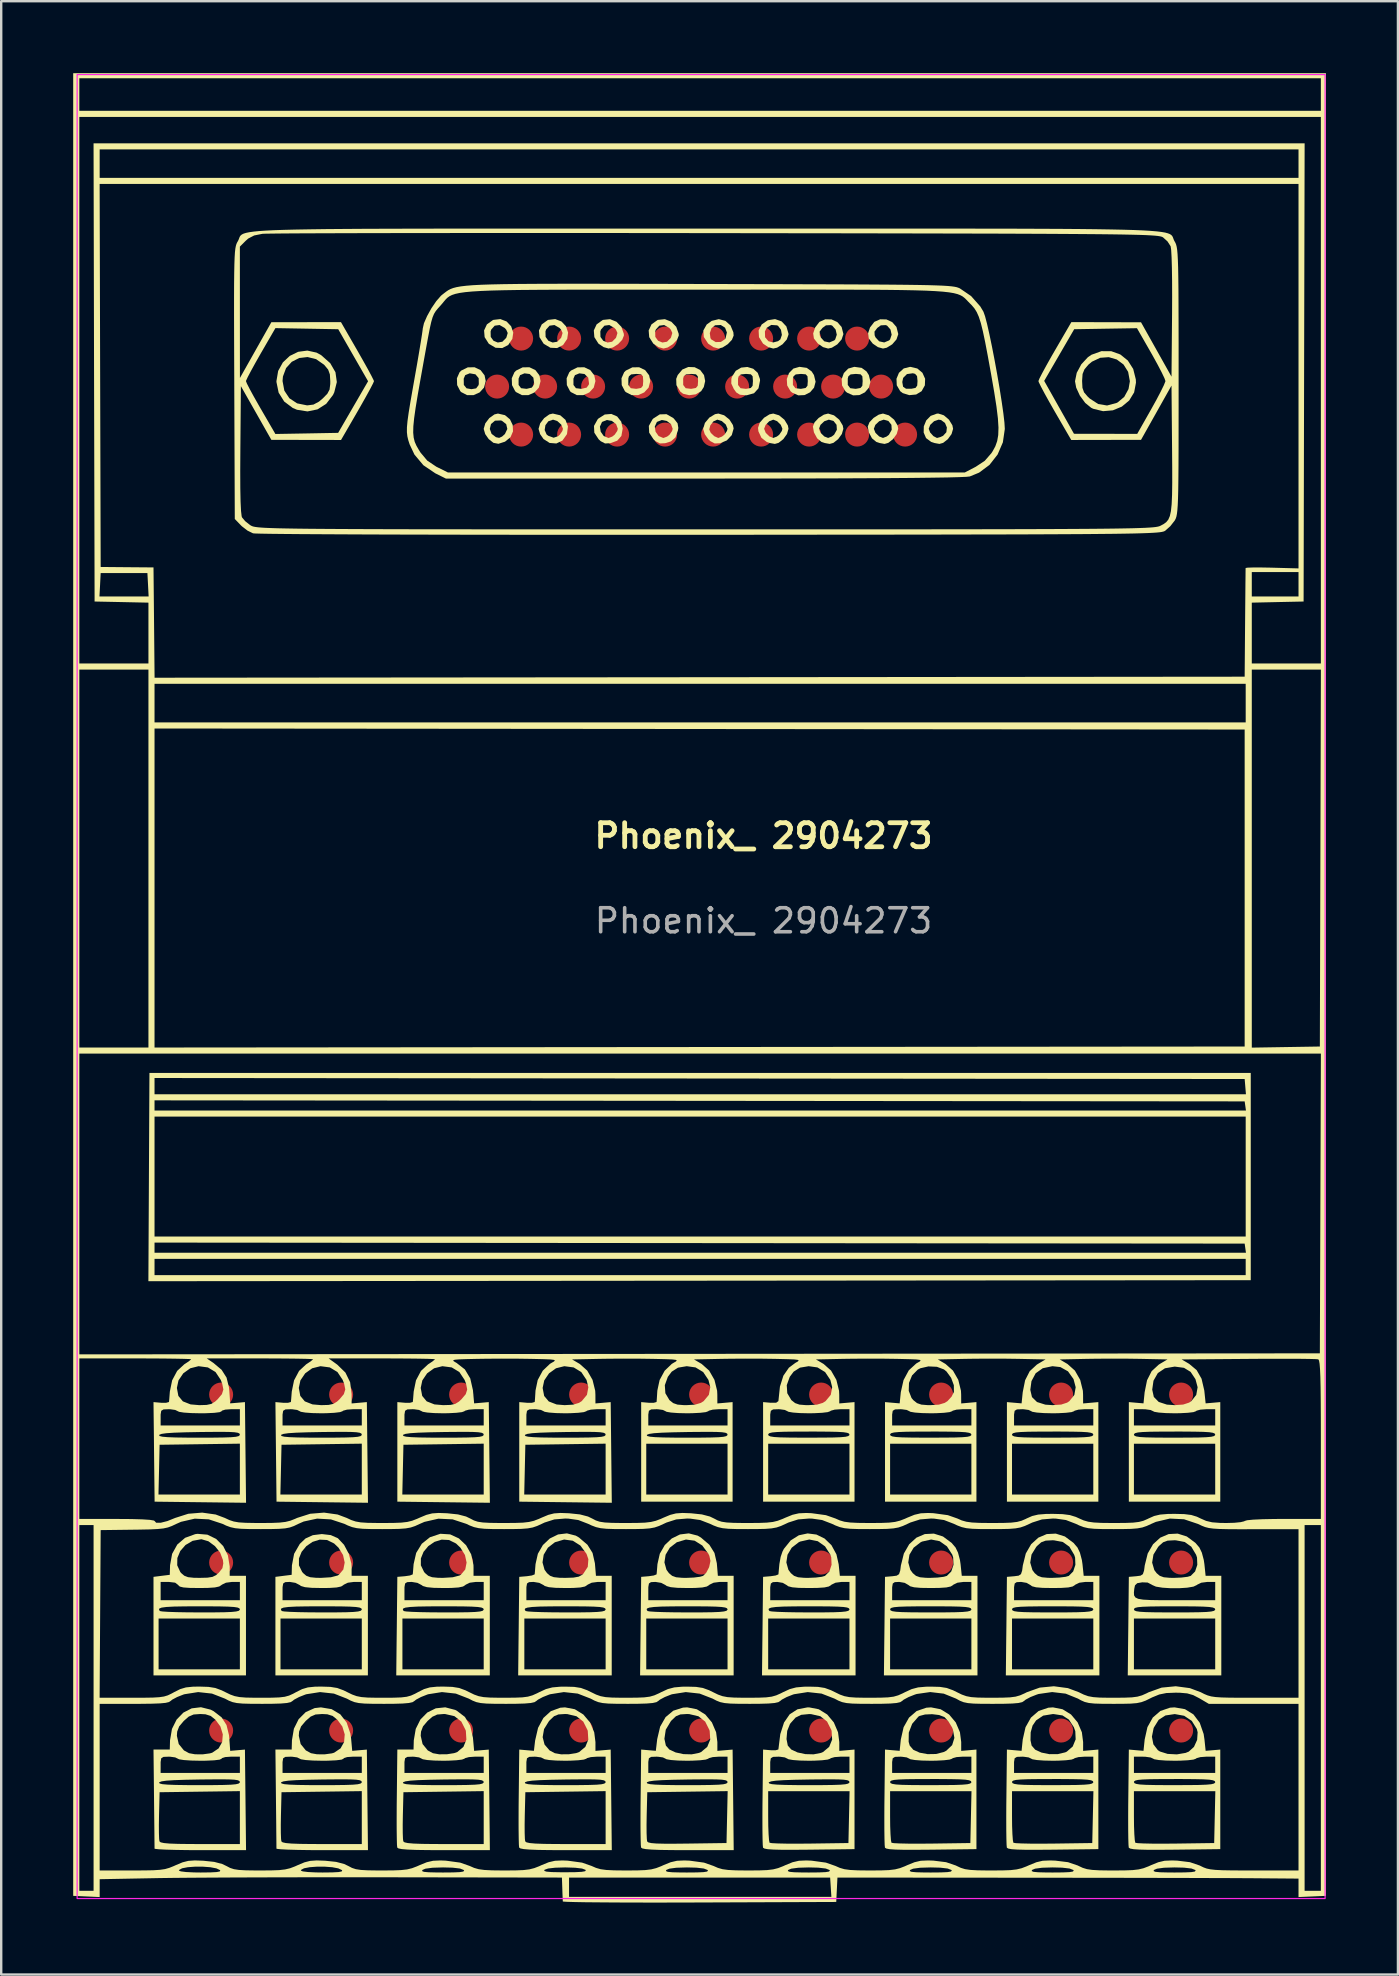
<source format=kicad_pcb>
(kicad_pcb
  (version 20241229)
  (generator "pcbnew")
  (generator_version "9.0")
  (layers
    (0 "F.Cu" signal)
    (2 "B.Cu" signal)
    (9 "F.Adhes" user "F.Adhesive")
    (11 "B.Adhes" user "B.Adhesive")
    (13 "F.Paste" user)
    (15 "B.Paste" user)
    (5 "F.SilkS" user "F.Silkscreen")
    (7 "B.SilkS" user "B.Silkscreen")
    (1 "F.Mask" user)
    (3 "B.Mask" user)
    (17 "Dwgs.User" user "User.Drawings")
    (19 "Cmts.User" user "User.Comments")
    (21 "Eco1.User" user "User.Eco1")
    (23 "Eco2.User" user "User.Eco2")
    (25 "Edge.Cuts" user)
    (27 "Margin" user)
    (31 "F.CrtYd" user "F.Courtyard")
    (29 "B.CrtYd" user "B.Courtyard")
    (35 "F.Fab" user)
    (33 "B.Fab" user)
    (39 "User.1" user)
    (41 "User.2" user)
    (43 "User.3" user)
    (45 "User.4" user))
  (footprint "Phoenix_ 2904273"
    (layer "F.Cu")
    (at 26.164 38.058)
    (property "Reference" "Phoenix_ 2904273" (at 2.6 -6.28 0) (unlocked yes) (layer "F.SilkS") (effects (font (size 1 1) (thickness 0.2) (bold yes))))
    (attr smd)
    (fp_poly (pts (xy 9.008 -25.754) (xy 9.222 -25.574) (xy 9.334 -25.325) (xy 9.323 -25.051) (xy 9.187 -24.808) (xy 8.96 -24.67) (xy 8.675 -24.643) (xy 8.403 -24.727) (xy 8.297 -24.807) (xy 8.152 -25.054) (xy 8.146 -25.192) (xy 8.382 -25.192) (xy 8.415 -24.995) (xy 8.537 -24.911) (xy 8.76 -24.909) (xy 8.934 -24.945) (xy 9.004 -25.042) (xy 9.017 -25.231) (xy 8.997 -25.438) (xy 8.915 -25.531) (xy 8.822 -25.555) (xy 8.577 -25.521) (xy 8.419 -25.363) (xy 8.382 -25.192) (xy 8.146 -25.192) (xy 8.14 -25.325) (xy 8.243 -25.574) (xy 8.443 -25.756) (xy 8.711 -25.823)) (stroke (width 0) (type solid)) (fill yes) (layer "F.SilkS"))
    (fp_poly (pts (xy -9.191 -25.687) (xy -9.024 -25.47) (xy -8.975 -25.231) (xy -9.046 -24.957) (xy -9.23 -24.756) (xy -9.48 -24.645) (xy -9.75 -24.643) (xy -9.994 -24.769) (xy -10.034 -24.808) (xy -10.166 -25.062) (xy -10.175 -25.33) (xy -9.892 -25.33) (xy -9.887 -25.069) (xy -9.773 -24.928) (xy -9.572 -24.892) (xy -9.375 -24.925) (xy -9.279 -25.051) (xy -9.263 -25.105) (xy -9.268 -25.35) (xy -9.403 -25.511) (xy -9.639 -25.553) (xy -9.645 -25.552) (xy -9.829 -25.477) (xy -9.892 -25.33) (xy -10.175 -25.33) (xy -10.176 -25.346) (xy -10.065 -25.597) (xy -9.995 -25.667) (xy -9.719 -25.803) (xy -9.437 -25.804)) (stroke (width 0) (type solid)) (fill yes) (layer "F.SilkS"))
    (fp_poly (pts (xy -6.905 -25.687) (xy -6.738 -25.47) (xy -6.689 -25.231) (xy -6.76 -24.957) (xy -6.944 -24.756) (xy -7.194 -24.645) (xy -7.464 -24.643) (xy -7.708 -24.769) (xy -7.748 -24.808) (xy -7.88 -25.062) (xy -7.889 -25.33) (xy -7.606 -25.33) (xy -7.605 -25.068) (xy -7.502 -24.933) (xy -7.28 -24.906) (xy -7.261 -24.908) (xy -7.056 -24.957) (xy -6.968 -25.076) (xy -6.957 -25.129) (xy -6.99 -25.373) (xy -7.146 -25.524) (xy -7.359 -25.552) (xy -7.543 -25.477) (xy -7.606 -25.33) (xy -7.889 -25.33) (xy -7.89 -25.346) (xy -7.779 -25.597) (xy -7.709 -25.667) (xy -7.433 -25.803) (xy -7.151 -25.804)) (stroke (width 0) (type solid)) (fill yes) (layer "F.SilkS"))
    (fp_poly (pts (xy -4.619 -25.687) (xy -4.452 -25.47) (xy -4.403 -25.231) (xy -4.474 -24.957) (xy -4.658 -24.756) (xy -4.908 -24.645) (xy -5.178 -24.643) (xy -5.422 -24.769) (xy -5.462 -24.808) (xy -5.594 -25.062) (xy -5.603 -25.33) (xy -5.32 -25.33) (xy -5.319 -25.068) (xy -5.216 -24.933) (xy -4.994 -24.906) (xy -4.975 -24.908) (xy -4.77 -24.957) (xy -4.682 -25.076) (xy -4.671 -25.129) (xy -4.704 -25.373) (xy -4.86 -25.524) (xy -5.073 -25.552) (xy -5.257 -25.477) (xy -5.32 -25.33) (xy -5.603 -25.33) (xy -5.604 -25.346) (xy -5.493 -25.597) (xy -5.423 -25.667) (xy -5.147 -25.803) (xy -4.865 -25.804)) (stroke (width 0) (type solid)) (fill yes) (layer "F.SilkS"))
    (fp_poly (pts (xy -8.106 -27.713) (xy -7.916 -27.513) (xy -7.828 -27.249) (xy -7.866 -26.987) (xy -8.039 -26.731) (xy -8.287 -26.605) (xy -8.566 -26.618) (xy -8.836 -26.778) (xy -8.852 -26.793) (xy -9.021 -27.06) (xy -9.04 -27.298) (xy -8.772 -27.298) (xy -8.766 -27.069) (xy -8.65 -26.909) (xy -8.472 -26.836) (xy -8.281 -26.869) (xy -8.126 -27.025) (xy -8.111 -27.055) (xy -8.059 -27.233) (xy -8.122 -27.374) (xy -8.187 -27.444) (xy -8.398 -27.565) (xy -8.6 -27.538) (xy -8.746 -27.375) (xy -8.772 -27.298) (xy -9.04 -27.298) (xy -9.043 -27.341) (xy -8.926 -27.592) (xy -8.678 -27.77) (xy -8.658 -27.779) (xy -8.365 -27.813)) (stroke (width 0) (type solid)) (fill yes) (layer "F.SilkS"))
    (fp_poly (pts (xy -5.82 -27.713) (xy -5.63 -27.513) (xy -5.542 -27.249) (xy -5.58 -26.987) (xy -5.753 -26.731) (xy -6.001 -26.605) (xy -6.28 -26.618) (xy -6.55 -26.778) (xy -6.566 -26.793) (xy -6.735 -27.06) (xy -6.754 -27.298) (xy -6.486 -27.298) (xy -6.48 -27.069) (xy -6.364 -26.909) (xy -6.186 -26.836) (xy -5.995 -26.869) (xy -5.84 -27.025) (xy -5.825 -27.055) (xy -5.773 -27.233) (xy -5.836 -27.374) (xy -5.901 -27.444) (xy -6.112 -27.565) (xy -6.314 -27.538) (xy -6.46 -27.375) (xy -6.486 -27.298) (xy -6.754 -27.298) (xy -6.757 -27.341) (xy -6.64 -27.592) (xy -6.392 -27.77) (xy -6.372 -27.779) (xy -6.079 -27.813)) (stroke (width 0) (type solid)) (fill yes) (layer "F.SilkS"))
    (fp_poly (pts (xy 1.011 -27.738) (xy 1.225 -27.547) (xy 1.343 -27.263) (xy 1.355 -27.126) (xy 1.284 -26.95) (xy 1.112 -26.768) (xy 0.896 -26.63) (xy 0.72 -26.585) (xy 0.509 -26.644) (xy 0.3 -26.786) (xy 0.292 -26.793) (xy 0.112 -27.066) (xy 0.101 -27.227) (xy 0.362 -27.227) (xy 0.389 -27.021) (xy 0.424 -26.965) (xy 0.608 -26.854) (xy 0.824 -26.861) (xy 0.997 -26.978) (xy 1.018 -27.012) (xy 1.074 -27.254) (xy 0.998 -27.453) (xy 0.82 -27.566) (xy 0.581 -27.555) (xy 0.433 -27.432) (xy 0.362 -27.227) (xy 0.101 -27.227) (xy 0.093 -27.34) (xy 0.233 -27.587) (xy 0.442 -27.738) (xy 0.737 -27.81)) (stroke (width 0) (type solid)) (fill yes) (layer "F.SilkS"))
    (fp_poly (pts (xy 3.353 -27.717) (xy 3.552 -27.507) (xy 3.64 -27.209) (xy 3.641 -27.167) (xy 3.569 -26.962) (xy 3.392 -26.762) (xy 3.166 -26.621) (xy 3.006 -26.585) (xy 2.795 -26.644) (xy 2.586 -26.786) (xy 2.578 -26.793) (xy 2.411 -27.059) (xy 2.398 -27.298) (xy 2.658 -27.298) (xy 2.666 -27.055) (xy 2.807 -26.889) (xy 3.006 -26.839) (xy 3.205 -26.892) (xy 3.301 -26.965) (xy 3.365 -27.152) (xy 3.327 -27.367) (xy 3.209 -27.528) (xy 3.164 -27.552) (xy 2.923 -27.569) (xy 2.732 -27.447) (xy 2.658 -27.298) (xy 2.398 -27.298) (xy 2.396 -27.338) (xy 2.524 -27.588) (xy 2.778 -27.764) (xy 3.082 -27.812)) (stroke (width 0) (type solid)) (fill yes) (layer "F.SilkS"))
    (fp_poly (pts (xy -8.173 -23.809) (xy -7.965 -23.635) (xy -7.85 -23.397) (xy -7.838 -23.135) (xy -7.941 -22.892) (xy -8.167 -22.708) (xy -8.18 -22.702) (xy -8.446 -22.616) (xy -8.654 -22.656) (xy -8.852 -22.814) (xy -8.996 -23.02) (xy -9.059 -23.233) (xy -9.059 -23.235) (xy -8.805 -23.235) (xy -8.731 -23.03) (xy -8.548 -22.891) (xy -8.416 -22.863) (xy -8.294 -22.918) (xy -8.176 -23.023) (xy -8.075 -23.235) (xy -8.122 -23.436) (xy -8.299 -23.574) (xy -8.346 -23.589) (xy -8.59 -23.58) (xy -8.756 -23.438) (xy -8.805 -23.235) (xy -9.059 -23.235) (xy -9.059 -23.241) (xy -8.992 -23.47) (xy -8.824 -23.689) (xy -8.611 -23.841) (xy -8.465 -23.876)) (stroke (width 0) (type solid)) (fill yes) (layer "F.SilkS"))
    (fp_poly (pts (xy -5.871 -23.804) (xy -5.652 -23.614) (xy -5.549 -23.344) (xy -5.587 -23.034) (xy -5.597 -23.007) (xy -5.779 -22.751) (xy -6.032 -22.629) (xy -6.312 -22.651) (xy -6.566 -22.814) (xy -6.71 -23.02) (xy -6.76 -23.189) (xy -6.519 -23.189) (xy -6.441 -23.008) (xy -6.371 -22.951) (xy -6.146 -22.869) (xy -5.962 -22.931) (xy -5.89 -22.993) (xy -5.782 -23.149) (xy -5.757 -23.241) (xy -5.828 -23.415) (xy -5.992 -23.563) (xy -6.17 -23.622) (xy -6.366 -23.554) (xy -6.488 -23.391) (xy -6.519 -23.189) (xy -6.76 -23.189) (xy -6.773 -23.233) (xy -6.773 -23.241) (xy -6.706 -23.47) (xy -6.538 -23.689) (xy -6.325 -23.841) (xy -6.179 -23.876)) (stroke (width 0) (type solid)) (fill yes) (layer "F.SilkS"))
    (fp_poly (pts (xy -3.499 -23.755) (xy -3.328 -23.538) (xy -3.268 -23.251) (xy -3.322 -22.943) (xy -3.496 -22.745) (xy -3.784 -22.641) (xy -4.003 -22.63) (xy -4.183 -22.724) (xy -4.27 -22.804) (xy -4.45 -23.078) (xy -4.463 -23.333) (xy -4.217 -23.333) (xy -4.184 -23.12) (xy -4.059 -22.941) (xy -3.868 -22.86) (xy -3.852 -22.86) (xy -3.704 -22.916) (xy -3.604 -22.993) (xy -3.496 -23.149) (xy -3.471 -23.241) (xy -3.543 -23.436) (xy -3.716 -23.567) (xy -3.929 -23.607) (xy -4.12 -23.531) (xy -4.132 -23.52) (xy -4.217 -23.333) (xy -4.463 -23.333) (xy -4.464 -23.361) (xy -4.312 -23.634) (xy -4.28 -23.668) (xy -4.015 -23.837) (xy -3.741 -23.86)) (stroke (width 0) (type solid)) (fill yes) (layer "F.SilkS"))
    (fp_poly (pts (xy -2.333 -25.687) (xy -2.166 -25.47) (xy -2.117 -25.231) (xy -2.188 -24.957) (xy -2.372 -24.756) (xy -2.622 -24.645) (xy -2.892 -24.643) (xy -3.136 -24.769) (xy -3.176 -24.808) (xy -3.308 -25.062) (xy -3.317 -25.33) (xy -3.034 -25.33) (xy -3.033 -25.068) (xy -2.93 -24.933) (xy -2.708 -24.906) (xy -2.689 -24.908) (xy -2.503 -24.942) (xy -2.427 -25.035) (xy -2.413 -25.231) (xy -2.426 -25.429) (xy -2.5 -25.511) (xy -2.687 -25.527) (xy -2.709 -25.527) (xy -2.916 -25.507) (xy -3.01 -25.425) (xy -3.034 -25.33) (xy -3.317 -25.33) (xy -3.318 -25.346) (xy -3.207 -25.597) (xy -3.137 -25.667) (xy -2.861 -25.803) (xy -2.579 -25.804)) (stroke (width 0) (type solid)) (fill yes) (layer "F.SilkS"))
    (fp_poly (pts (xy -0.271 -25.807) (xy -0.039 -25.691) (xy 0.121 -25.478) (xy 0.169 -25.231) (xy 0.112 -24.982) (xy 0 -24.807) (xy -0.225 -24.677) (xy -0.498 -24.641) (xy -0.75 -24.701) (xy -0.863 -24.786) (xy -1.029 -25.058) (xy -1.038 -25.322) (xy -1.035 -25.33) (xy -0.748 -25.33) (xy -0.747 -25.068) (xy -0.644 -24.933) (xy -0.422 -24.906) (xy -0.403 -24.908) (xy -0.217 -24.942) (xy -0.141 -25.035) (xy -0.127 -25.231) (xy -0.14 -25.429) (xy -0.214 -25.511) (xy -0.401 -25.527) (xy -0.423 -25.527) (xy -0.63 -25.507) (xy -0.724 -25.425) (xy -0.748 -25.33) (xy -1.035 -25.33) (xy -0.976 -25.48) (xy -0.782 -25.711) (xy -0.533 -25.817)) (stroke (width 0) (type solid)) (fill yes) (layer "F.SilkS"))
    (fp_poly (pts (xy 5.536 -23.802) (xy 5.758 -23.618) (xy 5.901 -23.38) (xy 5.927 -23.241) (xy 5.864 -23.024) (xy 5.709 -22.809) (xy 5.513 -22.655) (xy 5.359 -22.611) (xy 5.158 -22.647) (xy 5.015 -22.694) (xy 4.834 -22.844) (xy 4.701 -23.091) (xy 4.674 -23.241) (xy 4.911 -23.241) (xy 4.978 -23.074) (xy 5.131 -22.923) (xy 5.292 -22.86) (xy 5.44 -22.916) (xy 5.54 -22.993) (xy 5.656 -23.199) (xy 5.643 -23.408) (xy 5.518 -23.566) (xy 5.323 -23.622) (xy 5.135 -23.557) (xy 4.974 -23.405) (xy 4.911 -23.241) (xy 4.674 -23.241) (xy 4.657 -23.335) (xy 4.727 -23.512) (xy 4.899 -23.694) (xy 5.116 -23.831) (xy 5.292 -23.876)) (stroke (width 0) (type solid)) (fill yes) (layer "F.SilkS"))
    (fp_poly (pts (xy 7.822 -23.802) (xy 8.044 -23.618) (xy 8.187 -23.38) (xy 8.213 -23.241) (xy 8.15 -23.024) (xy 7.995 -22.809) (xy 7.799 -22.655) (xy 7.645 -22.611) (xy 7.444 -22.647) (xy 7.301 -22.694) (xy 7.12 -22.844) (xy 6.987 -23.091) (xy 6.96 -23.241) (xy 7.197 -23.241) (xy 7.264 -23.074) (xy 7.417 -22.923) (xy 7.578 -22.86) (xy 7.726 -22.916) (xy 7.826 -22.993) (xy 7.942 -23.199) (xy 7.929 -23.408) (xy 7.804 -23.566) (xy 7.609 -23.622) (xy 7.421 -23.557) (xy 7.26 -23.405) (xy 7.197 -23.241) (xy 6.96 -23.241) (xy 6.943 -23.335) (xy 7.013 -23.512) (xy 7.185 -23.694) (xy 7.402 -23.831) (xy 7.578 -23.876)) (stroke (width 0) (type solid)) (fill yes) (layer "F.SilkS"))
    (fp_poly (pts (xy -3.528 -27.702) (xy -3.322 -27.489) (xy -3.221 -27.202) (xy -3.217 -27.128) (xy -3.288 -26.95) (xy -3.46 -26.768) (xy -3.677 -26.63) (xy -3.852 -26.585) (xy -4.063 -26.644) (xy -4.272 -26.786) (xy -4.28 -26.793) (xy -4.449 -27.06) (xy -4.468 -27.298) (xy -4.2 -27.298) (xy -4.194 -27.069) (xy -4.078 -26.909) (xy -3.9 -26.836) (xy -3.709 -26.869) (xy -3.554 -27.025) (xy -3.539 -27.055) (xy -3.487 -27.233) (xy -3.55 -27.374) (xy -3.615 -27.444) (xy -3.826 -27.565) (xy -4.028 -27.538) (xy -4.174 -27.375) (xy -4.2 -27.298) (xy -4.468 -27.298) (xy -4.471 -27.341) (xy -4.354 -27.592) (xy -4.106 -27.77) (xy -4.086 -27.779) (xy -3.796 -27.809)) (stroke (width 0) (type solid)) (fill yes) (layer "F.SilkS"))
    (fp_poly (pts (xy -1.242 -27.702) (xy -1.036 -27.489) (xy -0.935 -27.202) (xy -0.931 -27.128) (xy -1.002 -26.95) (xy -1.174 -26.768) (xy -1.391 -26.63) (xy -1.566 -26.585) (xy -1.777 -26.644) (xy -1.986 -26.786) (xy -1.994 -26.793) (xy -2.163 -27.06) (xy -2.182 -27.298) (xy -1.914 -27.298) (xy -1.908 -27.069) (xy -1.792 -26.909) (xy -1.614 -26.836) (xy -1.423 -26.869) (xy -1.268 -27.025) (xy -1.253 -27.055) (xy -1.201 -27.233) (xy -1.264 -27.374) (xy -1.329 -27.444) (xy -1.54 -27.565) (xy -1.742 -27.538) (xy -1.888 -27.375) (xy -1.914 -27.298) (xy -2.182 -27.298) (xy -2.185 -27.341) (xy -2.068 -27.592) (xy -1.82 -27.77) (xy -1.8 -27.779) (xy -1.51 -27.809)) (stroke (width 0) (type solid)) (fill yes) (layer "F.SilkS"))
    (fp_poly (pts (xy 3.25 -23.802) (xy 3.472 -23.618) (xy 3.615 -23.38) (xy 3.641 -23.241) (xy 3.578 -23.024) (xy 3.423 -22.809) (xy 3.227 -22.655) (xy 3.073 -22.611) (xy 2.87 -22.647) (xy 2.736 -22.691) (xy 2.513 -22.865) (xy 2.386 -23.138) (xy 2.375 -23.241) (xy 2.625 -23.241) (xy 2.692 -23.074) (xy 2.845 -22.923) (xy 3.006 -22.86) (xy 3.154 -22.916) (xy 3.254 -22.993) (xy 3.362 -23.149) (xy 3.387 -23.241) (xy 3.319 -23.408) (xy 3.166 -23.559) (xy 3.006 -23.622) (xy 2.839 -23.555) (xy 2.687 -23.401) (xy 2.625 -23.241) (xy 2.375 -23.241) (xy 2.371 -23.282) (xy 2.443 -23.496) (xy 2.622 -23.701) (xy 2.85 -23.843) (xy 3.006 -23.876)) (stroke (width 0) (type solid)) (fill yes) (layer "F.SilkS"))
    (fp_poly (pts (xy 4.402 -25.78) (xy 4.606 -25.631) (xy 4.702 -25.48) (xy 4.77 -25.202) (xy 4.705 -24.954) (xy 4.539 -24.761) (xy 4.309 -24.646) (xy 4.049 -24.634) (xy 3.793 -24.748) (xy 3.725 -24.807) (xy 3.586 -25.046) (xy 3.57 -25.314) (xy 3.576 -25.33) (xy 3.824 -25.33) (xy 3.825 -25.068) (xy 3.928 -24.933) (xy 4.15 -24.906) (xy 4.169 -24.908) (xy 4.355 -24.942) (xy 4.431 -25.035) (xy 4.445 -25.231) (xy 4.432 -25.429) (xy 4.358 -25.511) (xy 4.171 -25.527) (xy 4.149 -25.527) (xy 3.942 -25.507) (xy 3.848 -25.425) (xy 3.824 -25.33) (xy 3.576 -25.33) (xy 3.662 -25.565) (xy 3.844 -25.75) (xy 4.098 -25.823) (xy 4.099 -25.823)) (stroke (width 0) (type solid)) (fill yes) (layer "F.SilkS"))
    (fp_poly (pts (xy 5.436 -27.798) (xy 5.676 -27.687) (xy 5.854 -27.483) (xy 5.927 -27.195) (xy 5.927 -27.18) (xy 5.854 -26.965) (xy 5.676 -26.76) (xy 5.447 -26.619) (xy 5.292 -26.585) (xy 5.081 -26.644) (xy 4.872 -26.786) (xy 4.864 -26.793) (xy 4.699 -27.006) (xy 4.669 -27.216) (xy 4.694 -27.291) (xy 4.938 -27.291) (xy 4.944 -27.14) (xy 4.978 -27.055) (xy 5.132 -26.886) (xy 5.343 -26.839) (xy 5.546 -26.923) (xy 5.587 -26.965) (xy 5.653 -27.16) (xy 5.605 -27.376) (xy 5.466 -27.536) (xy 5.409 -27.562) (xy 5.202 -27.552) (xy 5.055 -27.444) (xy 4.938 -27.291) (xy 4.694 -27.291) (xy 4.752 -27.465) (xy 4.932 -27.697) (xy 5.174 -27.804)) (stroke (width 0) (type solid)) (fill yes) (layer "F.SilkS"))
    (fp_poly (pts (xy 6.688 -25.78) (xy 6.892 -25.631) (xy 6.988 -25.48) (xy 7.056 -25.202) (xy 6.991 -24.954) (xy 6.825 -24.761) (xy 6.595 -24.646) (xy 6.335 -24.634) (xy 6.079 -24.748) (xy 6.011 -24.807) (xy 5.872 -25.046) (xy 5.856 -25.314) (xy 5.862 -25.33) (xy 6.11 -25.33) (xy 6.111 -25.068) (xy 6.214 -24.933) (xy 6.436 -24.906) (xy 6.455 -24.908) (xy 6.641 -24.942) (xy 6.717 -25.035) (xy 6.731 -25.231) (xy 6.718 -25.429) (xy 6.644 -25.511) (xy 6.457 -25.527) (xy 6.435 -25.527) (xy 6.228 -25.507) (xy 6.134 -25.425) (xy 6.11 -25.33) (xy 5.862 -25.33) (xy 5.948 -25.565) (xy 6.13 -25.75) (xy 6.384 -25.823) (xy 6.385 -25.823)) (stroke (width 0) (type solid)) (fill yes) (layer "F.SilkS"))
    (fp_poly (pts (xy 7.722 -27.798) (xy 7.962 -27.687) (xy 8.14 -27.483) (xy 8.213 -27.195) (xy 8.213 -27.18) (xy 8.14 -26.965) (xy 7.962 -26.76) (xy 7.733 -26.619) (xy 7.578 -26.585) (xy 7.367 -26.644) (xy 7.158 -26.786) (xy 7.15 -26.793) (xy 6.985 -27.006) (xy 6.955 -27.216) (xy 6.98 -27.291) (xy 7.224 -27.291) (xy 7.23 -27.14) (xy 7.264 -27.055) (xy 7.418 -26.886) (xy 7.629 -26.839) (xy 7.832 -26.923) (xy 7.873 -26.965) (xy 7.939 -27.16) (xy 7.891 -27.376) (xy 7.752 -27.536) (xy 7.695 -27.562) (xy 7.488 -27.552) (xy 7.341 -27.444) (xy 7.224 -27.291) (xy 6.98 -27.291) (xy 7.038 -27.465) (xy 7.218 -27.697) (xy 7.46 -27.804)) (stroke (width 0) (type solid)) (fill yes) (layer "F.SilkS"))
    (fp_poly (pts (xy -1.165 -23.692) (xy -1.13 -23.659) (xy -0.981 -23.47) (xy -0.95 -23.278) (xy -0.966 -23.173) (xy -1.068 -22.884) (xy -1.258 -22.716) (xy -1.498 -22.641) (xy -1.717 -22.63) (xy -1.897 -22.724) (xy -1.984 -22.804) (xy -2.164 -23.078) (xy -2.177 -23.333) (xy -1.931 -23.333) (xy -1.898 -23.12) (xy -1.773 -22.941) (xy -1.582 -22.86) (xy -1.566 -22.86) (xy -1.418 -22.916) (xy -1.318 -22.993) (xy -1.21 -23.149) (xy -1.185 -23.241) (xy -1.257 -23.436) (xy -1.43 -23.567) (xy -1.643 -23.607) (xy -1.834 -23.531) (xy -1.846 -23.52) (xy -1.931 -23.333) (xy -2.177 -23.333) (xy -2.178 -23.361) (xy -2.026 -23.634) (xy -1.994 -23.668) (xy -1.724 -23.842) (xy -1.441 -23.85)) (stroke (width 0) (type solid)) (fill yes) (layer "F.SilkS"))
    (fp_poly (pts (xy 0.959 -23.804) (xy 1.18 -23.626) (xy 1.326 -23.396) (xy 1.355 -23.254) (xy 1.277 -22.977) (xy 1.07 -22.757) (xy 0.789 -22.639) (xy 0.568 -22.63) (xy 0.386 -22.726) (xy 0.302 -22.804) (xy 0.151 -23.016) (xy 0.091 -23.21) (xy 0.339 -23.21) (xy 0.404 -23.069) (xy 0.552 -22.93) (xy 0.708 -22.861) (xy 0.72 -22.86) (xy 0.868 -22.916) (xy 0.968 -22.993) (xy 1.076 -23.149) (xy 1.101 -23.241) (xy 1.029 -23.417) (xy 0.861 -23.564) (xy 0.674 -23.622) (xy 0.512 -23.55) (xy 0.382 -23.38) (xy 0.339 -23.21) (xy 0.091 -23.21) (xy 0.085 -23.232) (xy 0.085 -23.241) (xy 0.158 -23.485) (xy 0.342 -23.707) (xy 0.581 -23.851) (xy 0.72 -23.876)) (stroke (width 0) (type solid)) (fill yes) (layer "F.SilkS"))
    (fp_poly (pts (xy 2.171 -25.743) (xy 2.36 -25.572) (xy 2.452 -25.313) (xy 2.455 -25.25) (xy 2.391 -24.928) (xy 2.204 -24.722) (xy 1.904 -24.639) (xy 1.857 -24.638) (xy 1.616 -24.661) (xy 1.464 -24.757) (xy 1.361 -24.902) (xy 1.257 -25.126) (xy 1.261 -25.325) (xy 1.262 -25.33) (xy 1.538 -25.33) (xy 1.539 -25.068) (xy 1.642 -24.933) (xy 1.864 -24.906) (xy 1.883 -24.908) (xy 2.069 -24.942) (xy 2.145 -25.035) (xy 2.159 -25.231) (xy 2.146 -25.429) (xy 2.072 -25.511) (xy 1.885 -25.527) (xy 1.863 -25.527) (xy 1.656 -25.507) (xy 1.562 -25.425) (xy 1.538 -25.33) (xy 1.262 -25.33) (xy 1.287 -25.411) (xy 1.443 -25.658) (xy 1.67 -25.791) (xy 1.927 -25.817)) (stroke (width 0) (type solid)) (fill yes) (layer "F.SilkS"))
    (fp_poly (pts (xy 10.114 -23.803) (xy 10.326 -23.622) (xy 10.469 -23.389) (xy 10.499 -23.241) (xy 10.436 -23.024) (xy 10.281 -22.809) (xy 10.085 -22.655) (xy 9.931 -22.611) (xy 9.73 -22.647) (xy 9.587 -22.694) (xy 9.372 -22.854) (xy 9.273 -23.085) (xy 9.277 -23.241) (xy 9.483 -23.241) (xy 9.543 -23.087) (xy 9.679 -22.936) (xy 9.823 -22.861) (xy 9.833 -22.86) (xy 9.97 -22.897) (xy 10.081 -22.948) (xy 10.219 -23.099) (xy 10.24 -23.297) (xy 10.161 -23.485) (xy 9.998 -23.606) (xy 9.895 -23.622) (xy 9.707 -23.557) (xy 9.546 -23.405) (xy 9.483 -23.241) (xy 9.277 -23.241) (xy 9.279 -23.344) (xy 9.38 -23.59) (xy 9.565 -23.78) (xy 9.824 -23.873) (xy 9.886 -23.876)) (stroke (width 0) (type solid)) (fill yes) (layer "F.SilkS"))
    (fp_poly (pts (xy -16.023 -26.415) (xy -15.832 -26.31) (xy -15.454 -25.975) (xy -15.236 -25.597) (xy -15.179 -25.188) (xy -15.287 -24.758) (xy -15.341 -24.647) (xy -15.623 -24.28) (xy -15.986 -24.05) (xy -16.401 -23.965) (xy -16.839 -24.034) (xy -17.016 -24.109) (xy -17.372 -24.377) (xy -17.604 -24.747) (xy -17.695 -25.191) (xy -17.695 -25.231) (xy -17.441 -25.231) (xy -17.366 -24.83) (xy -17.156 -24.513) (xy -16.834 -24.301) (xy -16.423 -24.218) (xy -16.403 -24.218) (xy -16.153 -24.25) (xy -15.925 -24.372) (xy -15.768 -24.504) (xy -15.575 -24.701) (xy -15.482 -24.875) (xy -15.453 -25.109) (xy -15.452 -25.223) (xy -15.469 -25.508) (xy -15.54 -25.706) (xy -15.696 -25.895) (xy -15.714 -25.913) (xy -16.043 -26.143) (xy -16.399 -26.231) (xy -16.748 -26.19) (xy -17.057 -26.032) (xy -17.294 -25.771) (xy -17.425 -25.42) (xy -17.441 -25.231) (xy -17.695 -25.231) (xy -17.624 -25.652) (xy -17.428 -26.007) (xy -17.14 -26.278) (xy -16.79 -26.449) (xy -16.407 -26.5)) (stroke (width 0) (type solid)) (fill yes) (layer "F.SilkS"))
    (fp_poly (pts (xy 17.09 -26.474) (xy 17.465 -26.339) (xy 17.779 -26.087) (xy 18.004 -25.734) (xy 18.113 -25.299) (xy 18.119 -25.161) (xy 18.043 -24.758) (xy 17.836 -24.42) (xy 17.53 -24.165) (xy 17.157 -24.011) (xy 16.749 -23.975) (xy 16.338 -24.075) (xy 16.255 -24.115) (xy 16.006 -24.317) (xy 15.783 -24.62) (xy 15.628 -24.956) (xy 15.579 -25.222) (xy 15.579 -25.223) (xy 15.875 -25.223) (xy 15.889 -24.948) (xy 15.955 -24.761) (xy 16.108 -24.582) (xy 16.191 -24.504) (xy 16.543 -24.274) (xy 16.915 -24.212) (xy 17.309 -24.318) (xy 17.359 -24.343) (xy 17.63 -24.57) (xy 17.809 -24.898) (xy 17.865 -25.222) (xy 17.793 -25.613) (xy 17.601 -25.919) (xy 17.321 -26.128) (xy 16.986 -26.226) (xy 16.63 -26.2) (xy 16.284 -26.037) (xy 16.137 -25.913) (xy 15.973 -25.72) (xy 15.895 -25.526) (xy 15.875 -25.251) (xy 15.875 -25.223) (xy 15.579 -25.223) (xy 15.651 -25.575) (xy 15.843 -25.93) (xy 16.116 -26.224) (xy 16.264 -26.326) (xy 16.681 -26.476)) (stroke (width 0) (type solid)) (fill yes) (layer "F.SilkS"))
    (fp_poly (pts (xy 22.902 7.916) (xy 22.902 12.234) (xy -0.064 12.256) (xy -23.031 12.277) (xy -23.028 11.684) (xy -22.775 11.684) (xy -22.775 12.023) (xy -0.042 12.023) (xy 22.691 12.023) (xy 22.691 11.684) (xy 22.691 11.345) (xy -0.042 11.345) (xy -22.775 11.345) (xy -22.775 11.684) (xy -23.028 11.684) (xy -23.024 10.88) (xy -22.775 10.88) (xy -22.775 11.091) (xy -0.036 11.091) (xy 22.702 11.091) (xy 22.675 10.901) (xy 22.648 10.71) (xy -0.064 10.689) (xy -22.775 10.668) (xy -22.775 10.88) (xy -23.024 10.88) (xy -23.009 7.938) (xy -23.009 7.916) (xy -22.775 7.916) (xy -22.775 10.414) (xy -0.042 10.414) (xy 22.691 10.414) (xy 22.691 7.916) (xy 22.691 5.419) (xy -0.042 5.419) (xy -22.775 5.419) (xy -22.775 7.916) (xy -23.009 7.916) (xy -22.994 4.953) (xy -22.775 4.953) (xy -22.775 5.165) (xy -0.036 5.165) (xy 22.702 5.165) (xy 22.675 4.974) (xy 22.648 4.784) (xy -0.064 4.762) (xy -22.775 4.741) (xy -22.775 4.953) (xy -22.994 4.953) (xy -22.99 4.149) (xy -22.775 4.149) (xy -22.775 4.487) (xy -0.037 4.487) (xy 22.701 4.487) (xy 22.675 4.17) (xy 22.648 3.852) (xy -0.064 3.831) (xy -22.775 3.81) (xy -22.775 4.149) (xy -22.99 4.149) (xy -22.987 3.598) (xy -0.042 3.598) (xy 22.902 3.598)) (stroke (width 0) (type solid)) (fill yes) (layer "F.SilkS"))
    (fp_poly (pts (xy -20.572 22.838) (xy -20.207 23.016) (xy -19.914 23.313) (xy -19.718 23.703) (xy -19.643 24.162) (xy -19.643 24.186) (xy -19.643 24.553) (xy -19.304 24.553) (xy -18.965 24.553) (xy -18.965 26.628) (xy -18.965 28.702) (xy -20.892 28.702) (xy -22.818 28.701) (xy -22.818 27.39) (xy -22.606 27.39) (xy -22.606 28.448) (xy -20.913 28.448) (xy -19.219 28.448) (xy -19.219 27.39) (xy -19.219 26.331) (xy -20.913 26.331) (xy -22.606 26.331) (xy -22.606 27.39) (xy -22.818 27.39) (xy -22.818 26.649) (xy -22.818 25.97) (xy -22.588 25.97) (xy -22.55 26.021) (xy -22.451 26.038) (xy -22.21 26.054) (xy -21.854 26.066) (xy -21.409 26.074) (xy -20.903 26.077) (xy -20.856 26.077) (xy -20.283 26.076) (xy -19.858 26.07) (xy -19.561 26.058) (xy -19.37 26.038) (xy -19.264 26.01) (xy -19.223 25.97) (xy -19.219 25.95) (xy -19.24 25.907) (xy -19.316 25.874) (xy -19.467 25.851) (xy -19.715 25.836) (xy -20.08 25.827) (xy -20.582 25.824) (xy -20.913 25.823) (xy -21.517 25.826) (xy -21.969 25.834) (xy -22.285 25.851) (xy -22.483 25.878) (xy -22.578 25.917) (xy -22.588 25.97) (xy -22.818 25.97) (xy -22.818 25.188) (xy -22.521 25.188) (xy -22.521 25.569) (xy -20.87 25.569) (xy -19.219 25.569) (xy -19.219 25.188) (xy -19.219 24.807) (xy -19.548 24.807) (xy -19.8 24.84) (xy -19.971 24.923) (xy -19.981 24.934) (xy -20.078 24.997) (xy -20.261 25.037) (xy -20.56 25.057) (xy -20.914 25.061) (xy -21.313 25.056) (xy -21.573 25.037) (xy -21.721 25.001) (xy -21.786 24.943) (xy -21.79 24.934) (xy -21.917 24.838) (xy -22.18 24.807) (xy -22.521 24.807) (xy -22.521 25.188) (xy -22.818 25.188) (xy -22.818 24.596) (xy -22.479 24.553) (xy -22.14 24.511) (xy -22.128 24.113) (xy -21.83 24.113) (xy -21.702 24.393) (xy -21.66 24.442) (xy -21.535 24.549) (xy -21.379 24.609) (xy -21.143 24.634) (xy -20.894 24.638) (xy -20.57 24.63) (xy -20.361 24.597) (xy -20.212 24.524) (xy -20.094 24.42) (xy -19.947 24.234) (xy -19.91 24.038) (xy -19.926 23.891) (xy -20.041 23.588) (xy -20.258 23.315) (xy -20.531 23.113) (xy -20.814 23.03) (xy -20.831 23.029) (xy -21.186 23.094) (xy -21.483 23.268) (xy -21.702 23.517) (xy -21.824 23.81) (xy -21.83 24.113) (xy -22.128 24.113) (xy -22.128 24.111) (xy -22.042 23.637) (xy -21.827 23.249) (xy -21.501 22.969) (xy -21.083 22.817) (xy -20.986 22.803)) (stroke (width 0) (type solid)) (fill yes) (layer "F.SilkS"))
    (fp_poly (pts (xy -15.431 22.856) (xy -15.135 22.987) (xy -14.879 23.26) (xy -14.681 23.634) (xy -14.573 24.04) (xy -14.563 24.199) (xy -14.563 24.553) (xy -14.224 24.553) (xy -13.885 24.553) (xy -13.885 26.628) (xy -13.885 28.702) (xy -15.812 28.702) (xy -17.738 28.701) (xy -17.738 27.39) (xy -17.526 27.39) (xy -17.526 28.448) (xy -15.833 28.448) (xy -14.139 28.448) (xy -14.139 27.39) (xy -14.139 26.331) (xy -15.833 26.331) (xy -17.526 26.331) (xy -17.526 27.39) (xy -17.738 27.39) (xy -17.738 26.649) (xy -17.738 25.97) (xy -17.508 25.97) (xy -17.47 26.021) (xy -17.371 26.038) (xy -17.13 26.054) (xy -16.774 26.066) (xy -16.329 26.074) (xy -15.823 26.077) (xy -15.776 26.077) (xy -15.203 26.076) (xy -14.778 26.07) (xy -14.481 26.058) (xy -14.29 26.038) (xy -14.184 26.01) (xy -14.143 25.97) (xy -14.139 25.95) (xy -14.16 25.907) (xy -14.236 25.874) (xy -14.387 25.851) (xy -14.635 25.836) (xy -15 25.827) (xy -15.502 25.824) (xy -15.833 25.823) (xy -16.437 25.826) (xy -16.889 25.834) (xy -17.205 25.851) (xy -17.403 25.878) (xy -17.498 25.917) (xy -17.508 25.97) (xy -17.738 25.97) (xy -17.738 25.188) (xy -17.441 25.188) (xy -17.441 25.569) (xy -15.79 25.569) (xy -14.139 25.569) (xy -14.139 25.188) (xy -14.139 24.807) (xy -14.468 24.807) (xy -14.72 24.84) (xy -14.891 24.923) (xy -14.901 24.934) (xy -15 24.998) (xy -15.188 25.038) (xy -15.494 25.058) (xy -15.807 25.061) (xy -16.226 25.053) (xy -16.505 25.026) (xy -16.674 24.977) (xy -16.734 24.934) (xy -16.903 24.846) (xy -17.139 24.807) (xy -17.151 24.807) (xy -17.329 24.816) (xy -17.414 24.872) (xy -17.44 25.022) (xy -17.441 25.188) (xy -17.738 25.188) (xy -17.738 24.596) (xy -17.399 24.553) (xy -17.061 24.511) (xy -17.05 24.115) (xy -16.758 24.115) (xy -16.623 24.393) (xy -16.58 24.442) (xy -16.451 24.552) (xy -16.29 24.611) (xy -16.044 24.635) (xy -15.837 24.638) (xy -15.428 24.613) (xy -15.152 24.542) (xy -15.096 24.511) (xy -14.908 24.288) (xy -14.852 24.001) (xy -14.92 23.687) (xy -15.108 23.382) (xy -15.292 23.206) (xy -15.587 23.06) (xy -15.894 23.045) (xy -16.19 23.138) (xy -16.448 23.315) (xy -16.646 23.553) (xy -16.757 23.828) (xy -16.758 24.115) (xy -17.05 24.115) (xy -17.05 24.114) (xy -16.959 23.635) (xy -16.723 23.224) (xy -16.483 22.996) (xy -16.179 22.859) (xy -15.804 22.812)) (stroke (width 0) (type solid)) (fill yes) (layer "F.SilkS"))
    (fp_poly (pts (xy 4.805 22.833) (xy 5.145 23) (xy 5.431 23.277) (xy 5.638 23.658) (xy 5.731 24.071) (xy 5.781 24.553) (xy 6.108 24.553) (xy 6.435 24.553) (xy 6.435 26.628) (xy 6.435 28.702) (xy 4.486 28.702) (xy 2.537 28.702) (xy 2.551 27.39) (xy 2.794 27.39) (xy 2.794 28.448) (xy 4.487 28.448) (xy 6.181 28.448) (xy 6.181 27.39) (xy 6.181 26.331) (xy 4.487 26.331) (xy 2.794 26.331) (xy 2.794 27.39) (xy 2.551 27.39) (xy 2.56 26.649) (xy 2.567 25.97) (xy 2.812 25.97) (xy 2.85 26.021) (xy 2.949 26.038) (xy 3.19 26.054) (xy 3.546 26.066) (xy 3.991 26.074) (xy 4.497 26.077) (xy 4.544 26.077) (xy 5.117 26.076) (xy 5.542 26.07) (xy 5.839 26.058) (xy 6.03 26.038) (xy 6.136 26.01) (xy 6.177 25.97) (xy 6.181 25.95) (xy 6.16 25.907) (xy 6.084 25.874) (xy 5.933 25.851) (xy 5.685 25.836) (xy 5.32 25.827) (xy 4.818 25.824) (xy 4.487 25.823) (xy 3.883 25.826) (xy 3.431 25.834) (xy 3.115 25.851) (xy 2.917 25.878) (xy 2.822 25.917) (xy 2.812 25.97) (xy 2.567 25.97) (xy 2.576 25.188) (xy 2.879 25.188) (xy 2.879 25.569) (xy 4.53 25.569) (xy 6.181 25.569) (xy 6.181 25.188) (xy 6.181 24.807) (xy 5.852 24.807) (xy 5.6 24.84) (xy 5.429 24.923) (xy 5.419 24.934) (xy 5.322 24.997) (xy 5.139 25.037) (xy 4.84 25.057) (xy 4.487 25.061) (xy 4.072 25.055) (xy 3.795 25.031) (xy 3.63 24.988) (xy 3.556 24.934) (xy 3.403 24.846) (xy 3.177 24.807) (xy 3.165 24.807) (xy 2.989 24.816) (xy 2.906 24.873) (xy 2.88 25.024) (xy 2.879 25.188) (xy 2.576 25.188) (xy 2.582 24.596) (xy 2.9 24.569) (xy 3.105 24.539) (xy 3.216 24.496) (xy 3.222 24.485) (xy 3.261 24.063) (xy 3.273 23.994) (xy 3.551 23.994) (xy 3.636 24.3) (xy 3.74 24.442) (xy 3.872 24.553) (xy 4.038 24.613) (xy 4.292 24.636) (xy 4.465 24.638) (xy 4.775 24.625) (xy 5.032 24.593) (xy 5.161 24.555) (xy 5.344 24.37) (xy 5.436 24.094) (xy 5.422 23.787) (xy 5.385 23.671) (xy 5.163 23.325) (xy 4.86 23.11) (xy 4.506 23.04) (xy 4.128 23.125) (xy 4.065 23.156) (xy 3.775 23.381) (xy 3.6 23.674) (xy 3.551 23.994) (xy 3.273 23.994) (xy 3.314 23.765) (xy 3.39 23.542) (xy 3.448 23.43) (xy 3.733 23.077) (xy 4.072 22.864) (xy 4.438 22.786)) (stroke (width 0) (type solid)) (fill yes) (layer "F.SilkS"))
    (fp_poly (pts (xy 10.078 22.914) (xy 10.436 23.18) (xy 10.601 23.373) (xy 10.704 23.588) (xy 10.785 23.893) (xy 10.811 24.071) (xy 10.861 24.553) (xy 11.188 24.553) (xy 11.515 24.553) (xy 11.515 26.628) (xy 11.515 28.702) (xy 9.566 28.702) (xy 7.617 28.702) (xy 7.631 27.39) (xy 7.874 27.39) (xy 7.874 28.448) (xy 9.567 28.448) (xy 11.261 28.448) (xy 11.261 27.39) (xy 11.261 26.331) (xy 9.567 26.331) (xy 7.874 26.331) (xy 7.874 27.39) (xy 7.631 27.39) (xy 7.64 26.649) (xy 7.647 25.95) (xy 7.874 25.95) (xy 7.895 25.994) (xy 7.97 26.027) (xy 8.122 26.05) (xy 8.369 26.065) (xy 8.734 26.073) (xy 9.237 26.077) (xy 9.567 26.077) (xy 10.151 26.076) (xy 10.587 26.07) (xy 10.894 26.059) (xy 11.094 26.04) (xy 11.208 26.013) (xy 11.255 25.975) (xy 11.261 25.95) (xy 11.24 25.907) (xy 11.164 25.874) (xy 11.013 25.851) (xy 10.765 25.836) (xy 10.4 25.827) (xy 9.898 25.824) (xy 9.567 25.823) (xy 8.983 25.825) (xy 8.548 25.831) (xy 8.24 25.842) (xy 8.04 25.86) (xy 7.927 25.888) (xy 7.879 25.926) (xy 7.874 25.95) (xy 7.647 25.95) (xy 7.656 25.188) (xy 7.959 25.188) (xy 7.959 25.569) (xy 9.61 25.569) (xy 11.261 25.569) (xy 11.261 25.188) (xy 11.261 24.807) (xy 10.932 24.807) (xy 10.68 24.84) (xy 10.509 24.923) (xy 10.499 24.934) (xy 10.402 24.997) (xy 10.219 25.037) (xy 9.92 25.057) (xy 9.567 25.061) (xy 9.152 25.055) (xy 8.875 25.031) (xy 8.71 24.988) (xy 8.636 24.934) (xy 8.483 24.846) (xy 8.257 24.807) (xy 8.245 24.807) (xy 8.069 24.816) (xy 7.986 24.873) (xy 7.96 25.024) (xy 7.959 25.188) (xy 7.656 25.188) (xy 7.662 24.596) (xy 7.969 24.57) (xy 8.15 24.546) (xy 8.247 24.483) (xy 8.296 24.335) (xy 8.325 24.117) (xy 8.356 23.994) (xy 8.631 23.994) (xy 8.716 24.3) (xy 8.82 24.442) (xy 8.952 24.553) (xy 9.118 24.613) (xy 9.372 24.636) (xy 9.545 24.638) (xy 9.855 24.625) (xy 10.112 24.593) (xy 10.241 24.555) (xy 10.424 24.37) (xy 10.516 24.094) (xy 10.502 23.787) (xy 10.465 23.671) (xy 10.243 23.325) (xy 9.94 23.11) (xy 9.586 23.04) (xy 9.208 23.125) (xy 9.145 23.156) (xy 8.855 23.381) (xy 8.68 23.674) (xy 8.631 23.994) (xy 8.356 23.994) (xy 8.448 23.623) (xy 8.671 23.236) (xy 8.971 22.963) (xy 9.321 22.813) (xy 9.698 22.794)) (stroke (width 0) (type solid)) (fill yes) (layer "F.SilkS"))
    (fp_poly (pts (xy -10.457 22.826) (xy -10.093 22.994) (xy -9.793 23.279) (xy -9.582 23.656) (xy -9.486 24.099) (xy -9.483 24.199) (xy -9.483 24.553) (xy -9.144 24.553) (xy -8.805 24.553) (xy -8.805 26.628) (xy -8.805 28.702) (xy -10.754 28.702) (xy -12.703 28.702) (xy -12.689 27.39) (xy -12.446 27.39) (xy -12.446 28.448) (xy -10.753 28.448) (xy -9.059 28.448) (xy -9.059 27.39) (xy -9.059 26.331) (xy -10.753 26.331) (xy -12.446 26.331) (xy -12.446 27.39) (xy -12.689 27.39) (xy -12.68 26.649) (xy -12.673 25.97) (xy -12.428 25.97) (xy -12.39 26.021) (xy -12.291 26.038) (xy -12.05 26.054) (xy -11.694 26.066) (xy -11.249 26.074) (xy -10.743 26.077) (xy -10.696 26.077) (xy -10.123 26.076) (xy -9.698 26.07) (xy -9.401 26.058) (xy -9.21 26.038) (xy -9.104 26.01) (xy -9.063 25.97) (xy -9.059 25.95) (xy -9.08 25.907) (xy -9.156 25.874) (xy -9.307 25.851) (xy -9.555 25.836) (xy -9.92 25.827) (xy -10.422 25.824) (xy -10.753 25.823) (xy -11.357 25.826) (xy -11.809 25.834) (xy -12.125 25.851) (xy -12.323 25.878) (xy -12.418 25.917) (xy -12.428 25.97) (xy -12.673 25.97) (xy -12.664 25.188) (xy -12.361 25.188) (xy -12.361 25.569) (xy -10.71 25.569) (xy -9.059 25.569) (xy -9.059 25.188) (xy -9.059 24.807) (xy -9.388 24.807) (xy -9.64 24.84) (xy -9.811 24.923) (xy -9.821 24.934) (xy -9.92 24.998) (xy -10.108 25.038) (xy -10.414 25.058) (xy -10.727 25.061) (xy -11.146 25.053) (xy -11.425 25.026) (xy -11.594 24.977) (xy -11.654 24.934) (xy -11.823 24.846) (xy -12.059 24.807) (xy -12.071 24.807) (xy -12.249 24.816) (xy -12.334 24.872) (xy -12.36 25.022) (xy -12.361 25.188) (xy -12.664 25.188) (xy -12.658 24.596) (xy -12.34 24.569) (xy -12.134 24.539) (xy -12.021 24.495) (xy -12.015 24.485) (xy -12.004 24.371) (xy -11.987 24.155) (xy -11.984 24.115) (xy -11.678 24.115) (xy -11.543 24.393) (xy -11.5 24.442) (xy -11.371 24.552) (xy -11.21 24.611) (xy -10.964 24.635) (xy -10.757 24.638) (xy -10.348 24.613) (xy -10.072 24.542) (xy -10.016 24.511) (xy -9.828 24.288) (xy -9.772 24.001) (xy -9.84 23.687) (xy -10.028 23.382) (xy -10.212 23.206) (xy -10.507 23.06) (xy -10.814 23.045) (xy -11.11 23.138) (xy -11.368 23.315) (xy -11.566 23.553) (xy -11.677 23.828) (xy -11.678 24.115) (xy -11.984 24.115) (xy -11.98 24.067) (xy -11.873 23.599) (xy -11.639 23.217) (xy -11.298 22.944) (xy -10.872 22.803) (xy -10.859 22.801)) (stroke (width 0) (type solid)) (fill yes) (layer "F.SilkS"))
    (fp_poly (pts (xy -5.226 22.878) (xy -5.088 22.958) (xy -4.736 23.259) (xy -4.524 23.599) (xy -4.426 24.027) (xy -4.421 24.084) (xy -4.382 24.553) (xy -4.054 24.553) (xy -3.725 24.553) (xy -3.725 26.628) (xy -3.725 28.702) (xy -5.674 28.702) (xy -7.623 28.702) (xy -7.609 27.39) (xy -7.366 27.39) (xy -7.366 28.448) (xy -5.673 28.448) (xy -3.979 28.448) (xy -3.979 27.39) (xy -3.979 26.331) (xy -5.673 26.331) (xy -7.366 26.331) (xy -7.366 27.39) (xy -7.609 27.39) (xy -7.6 26.649) (xy -7.593 25.97) (xy -7.348 25.97) (xy -7.31 26.021) (xy -7.211 26.038) (xy -6.97 26.054) (xy -6.614 26.066) (xy -6.169 26.074) (xy -5.663 26.077) (xy -5.616 26.077) (xy -5.043 26.076) (xy -4.618 26.07) (xy -4.321 26.058) (xy -4.13 26.038) (xy -4.024 26.01) (xy -3.983 25.97) (xy -3.979 25.95) (xy -4 25.907) (xy -4.076 25.874) (xy -4.227 25.851) (xy -4.475 25.836) (xy -4.84 25.827) (xy -5.342 25.824) (xy -5.673 25.823) (xy -6.277 25.826) (xy -6.729 25.834) (xy -7.045 25.851) (xy -7.243 25.878) (xy -7.338 25.917) (xy -7.348 25.97) (xy -7.593 25.97) (xy -7.584 25.188) (xy -7.281 25.188) (xy -7.281 25.569) (xy -5.63 25.569) (xy -3.979 25.569) (xy -3.979 25.188) (xy -3.979 24.807) (xy -4.308 24.807) (xy -4.56 24.84) (xy -4.731 24.923) (xy -4.741 24.934) (xy -4.84 24.998) (xy -5.028 25.038) (xy -5.334 25.058) (xy -5.647 25.061) (xy -6.066 25.053) (xy -6.345 25.026) (xy -6.514 24.977) (xy -6.574 24.934) (xy -6.743 24.846) (xy -6.979 24.807) (xy -6.991 24.807) (xy -7.169 24.816) (xy -7.254 24.872) (xy -7.28 25.022) (xy -7.281 25.188) (xy -7.584 25.188) (xy -7.578 24.596) (xy -7.26 24.569) (xy -7.054 24.539) (xy -6.941 24.495) (xy -6.935 24.485) (xy -6.924 24.371) (xy -6.907 24.155) (xy -6.9 24.067) (xy -6.884 23.994) (xy -6.609 23.994) (xy -6.524 24.3) (xy -6.42 24.442) (xy -6.294 24.55) (xy -6.138 24.609) (xy -5.9 24.634) (xy -5.658 24.638) (xy -5.319 24.627) (xy -5.101 24.588) (xy -4.955 24.509) (xy -4.913 24.471) (xy -4.723 24.18) (xy -4.698 23.861) (xy -4.775 23.639) (xy -5.03 23.292) (xy -5.349 23.09) (xy -5.709 23.041) (xy -6.089 23.153) (xy -6.095 23.156) (xy -6.385 23.381) (xy -6.56 23.674) (xy -6.609 23.994) (xy -6.884 23.994) (xy -6.802 23.633) (xy -6.594 23.271) (xy -6.304 22.997) (xy -5.961 22.829) (xy -5.592 22.784)) (stroke (width 0) (type solid)) (fill yes) (layer "F.SilkS"))
    (fp_poly (pts (xy 15.158 22.914) (xy 15.516 23.18) (xy 15.681 23.373) (xy 15.784 23.588) (xy 15.865 23.893) (xy 15.891 24.071) (xy 15.941 24.553) (xy 16.268 24.553) (xy 16.595 24.553) (xy 16.595 26.628) (xy 16.595 28.702) (xy 14.646 28.702) (xy 12.697 28.702) (xy 12.711 27.39) (xy 12.954 27.39) (xy 12.954 28.448) (xy 14.647 28.448) (xy 16.341 28.448) (xy 16.341 27.39) (xy 16.341 26.331) (xy 14.647 26.331) (xy 12.954 26.331) (xy 12.954 27.39) (xy 12.711 27.39) (xy 12.72 26.649) (xy 12.727 25.95) (xy 12.954 25.95) (xy 12.975 25.994) (xy 13.05 26.027) (xy 13.202 26.05) (xy 13.449 26.065) (xy 13.814 26.073) (xy 14.317 26.077) (xy 14.647 26.077) (xy 15.231 26.076) (xy 15.667 26.07) (xy 15.974 26.059) (xy 16.174 26.04) (xy 16.288 26.013) (xy 16.335 25.975) (xy 16.341 25.95) (xy 16.32 25.907) (xy 16.244 25.874) (xy 16.093 25.851) (xy 15.845 25.836) (xy 15.48 25.827) (xy 14.978 25.824) (xy 14.647 25.823) (xy 14.063 25.825) (xy 13.628 25.831) (xy 13.32 25.842) (xy 13.12 25.86) (xy 13.007 25.888) (xy 12.959 25.926) (xy 12.954 25.95) (xy 12.727 25.95) (xy 12.736 25.188) (xy 13.039 25.188) (xy 13.039 25.569) (xy 14.69 25.569) (xy 16.341 25.569) (xy 16.341 25.188) (xy 16.341 24.807) (xy 16.012 24.807) (xy 15.76 24.84) (xy 15.589 24.923) (xy 15.579 24.934) (xy 15.482 24.997) (xy 15.299 25.037) (xy 15 25.057) (xy 14.647 25.061) (xy 14.232 25.055) (xy 13.955 25.031) (xy 13.79 24.988) (xy 13.716 24.934) (xy 13.563 24.846) (xy 13.337 24.807) (xy 13.325 24.807) (xy 13.149 24.816) (xy 13.066 24.873) (xy 13.04 25.024) (xy 13.039 25.188) (xy 12.736 25.188) (xy 12.742 24.596) (xy 13.049 24.57) (xy 13.23 24.546) (xy 13.327 24.483) (xy 13.376 24.335) (xy 13.405 24.117) (xy 13.434 24.002) (xy 13.713 24.002) (xy 13.804 24.313) (xy 13.9 24.442) (xy 14.032 24.553) (xy 14.198 24.613) (xy 14.452 24.636) (xy 14.625 24.638) (xy 14.935 24.625) (xy 15.192 24.593) (xy 15.321 24.555) (xy 15.503 24.371) (xy 15.595 24.096) (xy 15.583 23.792) (xy 15.546 23.678) (xy 15.344 23.339) (xy 15.072 23.144) (xy 14.7 23.073) (xy 14.631 23.072) (xy 14.356 23.087) (xy 14.172 23.155) (xy 14.001 23.306) (xy 13.963 23.348) (xy 13.767 23.668) (xy 13.713 24.002) (xy 13.434 24.002) (xy 13.528 23.623) (xy 13.751 23.236) (xy 14.051 22.963) (xy 14.401 22.813) (xy 14.778 22.794)) (stroke (width 0) (type solid)) (fill yes) (layer "F.SilkS"))
    (fp_poly (pts (xy -0.146 22.878) (xy -0.008 22.958) (xy 0.344 23.259) (xy 0.556 23.599) (xy 0.654 24.027) (xy 0.659 24.084) (xy 0.698 24.553) (xy 1.026 24.553) (xy 1.355 24.553) (xy 1.355 26.628) (xy 1.355 28.702) (xy -0.594 28.702) (xy -2.543 28.702) (xy -2.529 27.39) (xy -2.286 27.39) (xy -2.286 28.448) (xy -0.593 28.448) (xy 1.101 28.448) (xy 1.101 27.39) (xy 1.101 26.331) (xy -0.593 26.331) (xy -2.286 26.331) (xy -2.286 27.39) (xy -2.529 27.39) (xy -2.52 26.649) (xy -2.513 25.97) (xy -2.268 25.97) (xy -2.23 26.021) (xy -2.131 26.038) (xy -1.89 26.054) (xy -1.534 26.066) (xy -1.089 26.074) (xy -0.583 26.077) (xy -0.536 26.077) (xy 0.037 26.076) (xy 0.462 26.07) (xy 0.759 26.058) (xy 0.95 26.038) (xy 1.056 26.01) (xy 1.097 25.97) (xy 1.101 25.95) (xy 1.08 25.907) (xy 1.004 25.874) (xy 0.853 25.851) (xy 0.605 25.836) (xy 0.24 25.827) (xy -0.262 25.824) (xy -0.593 25.823) (xy -1.197 25.826) (xy -1.649 25.834) (xy -1.965 25.851) (xy -2.163 25.878) (xy -2.258 25.917) (xy -2.268 25.97) (xy -2.513 25.97) (xy -2.504 25.188) (xy -2.201 25.188) (xy -2.201 25.569) (xy -0.55 25.569) (xy 1.101 25.569) (xy 1.101 25.188) (xy 1.101 24.807) (xy 0.772 24.807) (xy 0.52 24.84) (xy 0.349 24.923) (xy 0.339 24.934) (xy 0.24 24.998) (xy 0.052 25.038) (xy -0.254 25.058) (xy -0.567 25.061) (xy -0.986 25.053) (xy -1.265 25.026) (xy -1.434 24.977) (xy -1.494 24.934) (xy -1.663 24.846) (xy -1.899 24.807) (xy -1.911 24.807) (xy -2.089 24.816) (xy -2.174 24.872) (xy -2.2 25.022) (xy -2.201 25.188) (xy -2.504 25.188) (xy -2.498 24.596) (xy -2.18 24.569) (xy -1.974 24.539) (xy -1.861 24.495) (xy -1.855 24.485) (xy -1.844 24.371) (xy -1.827 24.155) (xy -1.82 24.067) (xy -1.804 23.994) (xy -1.529 23.994) (xy -1.444 24.3) (xy -1.34 24.442) (xy -1.208 24.553) (xy -1.042 24.613) (xy -0.788 24.636) (xy -0.615 24.638) (xy -0.305 24.625) (xy -0.047 24.592) (xy 0.083 24.554) (xy 0.215 24.42) (xy 0.328 24.204) (xy 0.337 24.178) (xy 0.389 23.932) (xy 0.344 23.722) (xy 0.303 23.635) (xy 0.049 23.29) (xy -0.271 23.089) (xy -0.632 23.041) (xy -1.012 23.154) (xy -1.015 23.156) (xy -1.305 23.381) (xy -1.48 23.674) (xy -1.529 23.994) (xy -1.804 23.994) (xy -1.722 23.633) (xy -1.514 23.271) (xy -1.224 22.997) (xy -0.881 22.829) (xy -0.512 22.784)) (stroke (width 0) (type solid)) (fill yes) (layer "F.SilkS"))
    (fp_poly (pts (xy 20.238 22.914) (xy 20.596 23.18) (xy 20.761 23.373) (xy 20.864 23.588) (xy 20.945 23.893) (xy 20.971 24.071) (xy 21.021 24.553) (xy 21.348 24.553) (xy 21.675 24.553) (xy 21.675 26.628) (xy 21.675 28.702) (xy 19.726 28.702) (xy 17.777 28.702) (xy 17.791 27.39) (xy 18.034 27.39) (xy 18.034 28.448) (xy 19.727 28.448) (xy 21.421 28.448) (xy 21.421 27.39) (xy 21.421 26.331) (xy 19.727 26.331) (xy 18.034 26.331) (xy 18.034 27.39) (xy 17.791 27.39) (xy 17.8 26.649) (xy 17.807 25.95) (xy 18.034 25.95) (xy 18.055 25.994) (xy 18.13 26.027) (xy 18.282 26.05) (xy 18.529 26.065) (xy 18.894 26.073) (xy 19.397 26.077) (xy 19.727 26.077) (xy 20.311 26.076) (xy 20.747 26.07) (xy 21.054 26.059) (xy 21.254 26.04) (xy 21.368 26.013) (xy 21.415 25.975) (xy 21.421 25.95) (xy 21.4 25.907) (xy 21.324 25.874) (xy 21.173 25.851) (xy 20.925 25.836) (xy 20.56 25.827) (xy 20.058 25.824) (xy 19.727 25.823) (xy 19.143 25.825) (xy 18.708 25.831) (xy 18.4 25.842) (xy 18.2 25.86) (xy 18.087 25.888) (xy 18.039 25.926) (xy 18.034 25.95) (xy 17.807 25.95) (xy 17.815 25.249) (xy 18.033 25.249) (xy 18.041 25.369) (xy 18.094 25.454) (xy 18.212 25.511) (xy 18.416 25.545) (xy 18.726 25.562) (xy 19.164 25.569) (xy 19.751 25.569) (xy 19.767 25.569) (xy 21.421 25.569) (xy 21.421 25.188) (xy 21.421 24.807) (xy 21.092 24.807) (xy 20.84 24.84) (xy 20.669 24.923) (xy 20.659 24.934) (xy 20.517 25.002) (xy 20.255 25.047) (xy 19.92 25.069) (xy 19.56 25.069) (xy 19.221 25.047) (xy 18.951 25.003) (xy 18.798 24.936) (xy 18.792 24.93) (xy 18.606 24.833) (xy 18.38 24.824) (xy 18.172 24.86) (xy 18.078 24.951) (xy 18.049 25.09) (xy 18.033 25.249) (xy 17.815 25.249) (xy 17.822 24.596) (xy 18.129 24.57) (xy 18.31 24.546) (xy 18.407 24.483) (xy 18.456 24.335) (xy 18.485 24.117) (xy 18.514 24.002) (xy 18.793 24.002) (xy 18.884 24.313) (xy 18.98 24.442) (xy 19.112 24.553) (xy 19.278 24.613) (xy 19.532 24.636) (xy 19.705 24.638) (xy 20.015 24.625) (xy 20.272 24.593) (xy 20.401 24.555) (xy 20.583 24.371) (xy 20.675 24.096) (xy 20.663 23.792) (xy 20.626 23.678) (xy 20.424 23.339) (xy 20.152 23.144) (xy 19.78 23.073) (xy 19.711 23.072) (xy 19.436 23.087) (xy 19.252 23.155) (xy 19.081 23.306) (xy 19.043 23.348) (xy 18.847 23.668) (xy 18.793 24.002) (xy 18.514 24.002) (xy 18.608 23.623) (xy 18.831 23.236) (xy 19.131 22.963) (xy 19.481 22.813) (xy 19.858 22.794)) (stroke (width 0) (type solid)) (fill yes) (layer "F.SilkS"))
    (fp_poly (pts (xy -15.397 30.108) (xy -15.035 30.323) (xy -14.77 30.666) (xy -14.614 31.126) (xy -14.584 31.336) (xy -14.538 31.846) (xy -14.233 31.819) (xy -13.928 31.793) (xy -13.905 33.888) (xy -13.882 35.983) (xy -15.789 35.983) (xy -16.337 35.981) (xy -16.823 35.973) (xy -17.223 35.962) (xy -17.515 35.947) (xy -17.673 35.929) (xy -17.695 35.92) (xy -17.696 35.821) (xy -17.698 35.576) (xy -17.702 35.211) (xy -17.704 34.935) (xy -17.514 34.935) (xy -17.512 35.273) (xy -17.503 35.516) (xy -17.489 35.618) (xy -17.437 35.658) (xy -17.301 35.688) (xy -17.065 35.709) (xy -16.709 35.722) (xy -16.215 35.728) (xy -15.793 35.729) (xy -14.139 35.729) (xy -14.139 34.627) (xy -14.139 33.524) (xy -15.812 33.547) (xy -17.484 33.57) (xy -17.508 34.539) (xy -17.514 34.935) (xy -17.704 34.935) (xy -17.706 34.749) (xy -17.712 34.213) (xy -17.716 33.824) (xy -17.723 33.168) (xy -17.505 33.168) (xy -17.481 33.206) (xy -17.369 33.234) (xy -17.153 33.253) (xy -16.816 33.266) (xy -16.339 33.273) (xy -15.84 33.274) (xy -15.255 33.273) (xy -14.819 33.267) (xy -14.511 33.256) (xy -14.31 33.238) (xy -14.195 33.211) (xy -14.146 33.173) (xy -14.139 33.145) (xy -14.158 33.101) (xy -14.229 33.069) (xy -14.372 33.047) (xy -14.609 33.035) (xy -14.961 33.032) (xy -15.448 33.035) (xy -15.805 33.039) (xy -16.419 33.051) (xy -16.879 33.067) (xy -17.201 33.088) (xy -17.401 33.117) (xy -17.495 33.153) (xy -17.505 33.168) (xy -17.723 33.168) (xy -17.731 32.427) (xy -17.441 32.427) (xy -17.441 32.766) (xy -15.79 32.766) (xy -14.139 32.766) (xy -14.139 32.427) (xy -14.139 32.089) (xy -14.52 32.089) (xy -14.748 32.105) (xy -14.884 32.148) (xy -14.901 32.173) (xy -14.982 32.212) (xy -15.209 32.24) (xy -15.558 32.256) (xy -15.785 32.258) (xy -16.167 32.25) (xy -16.474 32.229) (xy -16.67 32.198) (xy -16.722 32.173) (xy -16.833 32.119) (xy -17.043 32.09) (xy -17.108 32.089) (xy -17.321 32.097) (xy -17.416 32.155) (xy -17.441 32.311) (xy -17.441 32.427) (xy -17.731 32.427) (xy -17.738 31.792) (xy -17.399 31.792) (xy -17.06 31.792) (xy -17.049 31.402) (xy -17.018 31.219) (xy -16.764 31.219) (xy -16.686 31.562) (xy -16.47 31.827) (xy -16.256 31.944) (xy -16.006 31.989) (xy -15.685 31.991) (xy -15.387 31.951) (xy -15.292 31.923) (xy -15.025 31.743) (xy -14.876 31.477) (xy -14.85 31.16) (xy -14.95 30.831) (xy -15.155 30.552) (xy -15.354 30.391) (xy -15.574 30.322) (xy -15.792 30.311) (xy -16.067 30.331) (xy -16.269 30.418) (xy -16.476 30.599) (xy -16.668 30.826) (xy -16.751 31.043) (xy -16.764 31.219) (xy -17.018 31.219) (xy -16.968 30.923) (xy -16.77 30.526) (xy -16.475 30.232) (xy -16.103 30.064) (xy -15.843 30.034)) (stroke (width 0) (type solid)) (fill yes) (layer "F.SilkS"))
    (fp_poly (pts (xy -5.263 30.112) (xy -4.908 30.331) (xy -4.63 30.661) (xy -4.454 31.075) (xy -4.403 31.478) (xy -4.403 31.848) (xy -4.085 31.82) (xy -3.768 31.793) (xy -3.745 33.888) (xy -3.722 35.983) (xy -5.632 35.983) (xy -6.284 35.981) (xy -6.783 35.974) (xy -7.146 35.96) (xy -7.389 35.94) (xy -7.529 35.912) (xy -7.582 35.876) (xy -7.593 35.764) (xy -7.6 35.507) (xy -7.605 35.132) (xy -7.606 34.935) (xy -7.354 34.935) (xy -7.352 35.273) (xy -7.343 35.516) (xy -7.329 35.618) (xy -7.277 35.658) (xy -7.141 35.688) (xy -6.905 35.709) (xy -6.549 35.722) (xy -6.055 35.728) (xy -5.633 35.729) (xy -3.979 35.729) (xy -3.979 34.627) (xy -3.979 33.524) (xy -5.652 33.547) (xy -7.324 33.57) (xy -7.348 34.539) (xy -7.354 34.935) (xy -7.606 34.935) (xy -7.606 34.662) (xy -7.604 34.124) (xy -7.6 33.78) (xy -7.593 33.168) (xy -7.345 33.168) (xy -7.321 33.206) (xy -7.209 33.234) (xy -6.993 33.253) (xy -6.656 33.266) (xy -6.179 33.273) (xy -5.68 33.274) (xy -5.095 33.273) (xy -4.659 33.267) (xy -4.351 33.256) (xy -4.15 33.238) (xy -4.035 33.211) (xy -3.986 33.173) (xy -3.979 33.145) (xy -3.998 33.101) (xy -4.069 33.069) (xy -4.212 33.047) (xy -4.449 33.035) (xy -4.801 33.032) (xy -5.288 33.035) (xy -5.645 33.039) (xy -6.259 33.051) (xy -6.719 33.067) (xy -7.041 33.088) (xy -7.241 33.117) (xy -7.335 33.153) (xy -7.345 33.168) (xy -7.593 33.168) (xy -7.585 32.427) (xy -7.281 32.427) (xy -7.281 32.766) (xy -5.63 32.766) (xy -3.979 32.766) (xy -3.979 32.427) (xy -3.979 32.089) (xy -4.355 32.089) (xy -4.595 32.106) (xy -4.755 32.15) (xy -4.784 32.173) (xy -4.886 32.21) (xy -5.121 32.238) (xy -5.449 32.255) (xy -5.673 32.258) (xy -6.039 32.25) (xy -6.333 32.228) (xy -6.519 32.196) (xy -6.562 32.173) (xy -6.673 32.119) (xy -6.883 32.09) (xy -6.948 32.089) (xy -7.161 32.097) (xy -7.256 32.155) (xy -7.281 32.311) (xy -7.281 32.427) (xy -7.585 32.427) (xy -7.578 31.792) (xy -7.273 31.819) (xy -6.967 31.845) (xy -6.917 31.417) (xy -6.884 31.275) (xy -6.603 31.275) (xy -6.524 31.583) (xy -6.313 31.829) (xy -6.096 31.944) (xy -5.837 31.99) (xy -5.512 31.988) (xy -5.21 31.941) (xy -5.08 31.894) (xy -4.824 31.679) (xy -4.701 31.377) (xy -4.723 31.019) (xy -4.733 30.981) (xy -4.911 30.627) (xy -5.192 30.405) (xy -5.58 30.313) (xy -5.675 30.311) (xy -5.944 30.328) (xy -6.128 30.403) (xy -6.31 30.575) (xy -6.341 30.61) (xy -6.545 30.94) (xy -6.603 31.275) (xy -6.884 31.275) (xy -6.794 30.887) (xy -6.572 30.475) (xy -6.261 30.192) (xy -5.87 30.049) (xy -5.672 30.034)) (stroke (width 0) (type solid)) (fill yes) (layer "F.SilkS"))
    (fp_poly (pts (xy -0.179 30.113) (xy 0.173 30.331) (xy 0.449 30.66) (xy 0.625 31.072) (xy 0.677 31.478) (xy 0.677 31.848) (xy 0.995 31.82) (xy 1.312 31.793) (xy 1.335 33.888) (xy 1.358 35.983) (xy -0.552 35.983) (xy -1.204 35.981) (xy -1.703 35.974) (xy -2.066 35.96) (xy -2.309 35.94) (xy -2.449 35.912) (xy -2.502 35.876) (xy -2.513 35.764) (xy -2.52 35.507) (xy -2.525 35.132) (xy -2.526 34.935) (xy -2.274 34.935) (xy -2.272 35.274) (xy -2.262 35.517) (xy -2.249 35.62) (xy -2.2 35.66) (xy -2.077 35.689) (xy -1.861 35.707) (xy -1.53 35.715) (xy -1.066 35.715) (xy -0.573 35.71) (xy 1.058 35.687) (xy 1.082 34.606) (xy 1.106 33.524) (xy -0.569 33.547) (xy -2.244 33.57) (xy -2.268 34.539) (xy -2.274 34.935) (xy -2.526 34.935) (xy -2.526 34.662) (xy -2.524 34.124) (xy -2.52 33.78) (xy -2.513 33.168) (xy -2.265 33.168) (xy -2.241 33.206) (xy -2.129 33.234) (xy -1.913 33.253) (xy -1.576 33.266) (xy -1.099 33.273) (xy -0.6 33.274) (xy -0.015 33.273) (xy 0.421 33.267) (xy 0.729 33.256) (xy 0.93 33.238) (xy 1.045 33.211) (xy 1.094 33.173) (xy 1.101 33.145) (xy 1.082 33.101) (xy 1.011 33.069) (xy 0.868 33.047) (xy 0.631 33.035) (xy 0.279 33.032) (xy -0.208 33.035) (xy -0.565 33.039) (xy -1.179 33.051) (xy -1.639 33.067) (xy -1.961 33.088) (xy -2.161 33.117) (xy -2.255 33.153) (xy -2.265 33.168) (xy -2.513 33.168) (xy -2.505 32.427) (xy -2.201 32.427) (xy -2.201 32.766) (xy -0.55 32.766) (xy 1.101 32.766) (xy 1.101 32.427) (xy 1.101 32.089) (xy 0.725 32.089) (xy 0.485 32.106) (xy 0.325 32.15) (xy 0.296 32.173) (xy 0.194 32.21) (xy -0.041 32.238) (xy -0.369 32.255) (xy -0.593 32.258) (xy -0.959 32.25) (xy -1.253 32.228) (xy -1.439 32.196) (xy -1.482 32.173) (xy -1.593 32.119) (xy -1.803 32.09) (xy -1.868 32.089) (xy -2.081 32.097) (xy -2.176 32.155) (xy -2.201 32.311) (xy -2.201 32.427) (xy -2.505 32.427) (xy -2.498 31.792) (xy -2.192 31.819) (xy -1.887 31.845) (xy -1.83 31.359) (xy -1.827 31.345) (xy -1.53 31.345) (xy -1.469 31.625) (xy -1.324 31.79) (xy -1.063 31.912) (xy -0.736 31.982) (xy -0.393 31.991) (xy -0.083 31.93) (xy 0 31.894) (xy 0.256 31.679) (xy 0.379 31.377) (xy 0.357 31.019) (xy 0.347 30.981) (xy 0.169 30.627) (xy -0.112 30.405) (xy -0.5 30.313) (xy -0.595 30.311) (xy -0.864 30.328) (xy -1.048 30.403) (xy -1.23 30.575) (xy -1.261 30.61) (xy -1.473 30.963) (xy -1.53 31.345) (xy -1.827 31.345) (xy -1.708 30.839) (xy -1.481 30.441) (xy -1.16 30.173) (xy -0.753 30.044) (xy -0.581 30.034)) (stroke (width 0) (type solid)) (fill yes) (layer "F.SilkS"))
    (fp_poly (pts (xy 20.16 30.109) (xy 20.514 30.328) (xy 20.777 30.677) (xy 20.939 31.144) (xy 20.973 31.371) (xy 21.022 31.845) (xy 21.327 31.819) (xy 21.632 31.792) (xy 21.632 33.867) (xy 21.632 35.941) (xy 19.746 35.964) (xy 19.105 35.969) (xy 18.616 35.969) (xy 18.26 35.96) (xy 18.021 35.944) (xy 17.881 35.918) (xy 17.821 35.883) (xy 17.819 35.877) (xy 17.808 35.765) (xy 17.8 35.508) (xy 17.795 35.132) (xy 17.794 34.662) (xy 17.794 34.572) (xy 18.034 34.572) (xy 18.038 34.977) (xy 18.051 35.319) (xy 18.069 35.562) (xy 18.091 35.673) (xy 18.092 35.675) (xy 18.191 35.692) (xy 18.433 35.704) (xy 18.789 35.712) (xy 19.232 35.714) (xy 19.736 35.71) (xy 19.764 35.71) (xy 21.378 35.687) (xy 21.402 34.608) (xy 21.426 33.528) (xy 19.73 33.528) (xy 18.034 33.528) (xy 18.034 34.572) (xy 17.794 34.572) (xy 17.796 34.124) (xy 17.8 33.78) (xy 17.807 33.147) (xy 18.034 33.147) (xy 18.055 33.191) (xy 18.13 33.223) (xy 18.282 33.247) (xy 18.529 33.262) (xy 18.894 33.27) (xy 19.397 33.274) (xy 19.727 33.274) (xy 20.311 33.272) (xy 20.747 33.267) (xy 21.054 33.255) (xy 21.254 33.237) (xy 21.368 33.209) (xy 21.415 33.172) (xy 21.421 33.147) (xy 21.4 33.103) (xy 21.324 33.071) (xy 21.173 33.047) (xy 20.925 33.032) (xy 20.56 33.024) (xy 20.058 33.02) (xy 19.727 33.02) (xy 19.143 33.022) (xy 18.708 33.027) (xy 18.4 33.039) (xy 18.2 33.057) (xy 18.087 33.085) (xy 18.039 33.122) (xy 18.034 33.147) (xy 17.807 33.147) (xy 17.815 32.427) (xy 18.034 32.427) (xy 18.034 32.766) (xy 19.727 32.766) (xy 21.421 32.766) (xy 21.421 32.427) (xy 21.421 32.089) (xy 21.045 32.089) (xy 20.805 32.106) (xy 20.645 32.15) (xy 20.616 32.173) (xy 20.514 32.21) (xy 20.279 32.238) (xy 19.951 32.255) (xy 19.727 32.258) (xy 19.361 32.25) (xy 19.067 32.228) (xy 18.881 32.196) (xy 18.838 32.173) (xy 18.729 32.122) (xy 18.514 32.092) (xy 18.41 32.089) (xy 18.034 32.089) (xy 18.034 32.427) (xy 17.815 32.427) (xy 17.822 31.792) (xy 18.127 31.819) (xy 18.433 31.845) (xy 18.482 31.371) (xy 18.508 31.255) (xy 18.783 31.255) (xy 18.845 31.574) (xy 19.031 31.817) (xy 19.115 31.872) (xy 19.438 31.973) (xy 19.824 31.993) (xy 20.188 31.931) (xy 20.32 31.877) (xy 20.537 31.679) (xy 20.668 31.389) (xy 20.689 31.074) (xy 20.655 30.935) (xy 20.444 30.597) (xy 20.127 30.384) (xy 19.736 30.313) (xy 19.348 30.371) (xy 19.066 30.552) (xy 18.866 30.873) (xy 18.854 30.903) (xy 18.783 31.255) (xy 18.508 31.255) (xy 18.597 30.858) (xy 18.82 30.458) (xy 19.137 30.184) (xy 19.538 30.047) (xy 19.727 30.034)) (stroke (width 0) (type solid)) (fill yes) (layer "F.SilkS"))
    (fp_poly (pts (xy -20.44 30.128) (xy -20.314 30.193) (xy -19.982 30.448) (xy -19.776 30.769) (xy -19.672 31.193) (xy -19.659 31.331) (xy -19.622 31.846) (xy -19.315 31.819) (xy -19.008 31.793) (xy -18.985 33.888) (xy -18.962 35.983) (xy -20.869 35.983) (xy -21.417 35.981) (xy -21.903 35.973) (xy -22.303 35.962) (xy -22.595 35.947) (xy -22.753 35.929) (xy -22.775 35.92) (xy -22.775 35.821) (xy -22.778 35.576) (xy -22.781 35.211) (xy -22.784 34.935) (xy -22.594 34.935) (xy -22.592 35.273) (xy -22.583 35.516) (xy -22.569 35.618) (xy -22.517 35.658) (xy -22.381 35.688) (xy -22.145 35.709) (xy -21.789 35.722) (xy -21.295 35.728) (xy -20.873 35.729) (xy -19.219 35.729) (xy -19.219 34.627) (xy -19.219 33.524) (xy -20.892 33.547) (xy -22.564 33.57) (xy -22.588 34.539) (xy -22.594 34.935) (xy -22.784 34.935) (xy -22.786 34.749) (xy -22.792 34.213) (xy -22.796 33.824) (xy -22.803 33.168) (xy -22.585 33.168) (xy -22.561 33.206) (xy -22.449 33.234) (xy -22.233 33.253) (xy -21.896 33.266) (xy -21.419 33.273) (xy -20.92 33.274) (xy -20.335 33.273) (xy -19.899 33.267) (xy -19.591 33.256) (xy -19.39 33.238) (xy -19.275 33.211) (xy -19.226 33.173) (xy -19.219 33.145) (xy -19.238 33.101) (xy -19.309 33.069) (xy -19.452 33.047) (xy -19.689 33.035) (xy -20.041 33.032) (xy -20.528 33.035) (xy -20.885 33.039) (xy -21.499 33.051) (xy -21.959 33.067) (xy -22.281 33.088) (xy -22.481 33.117) (xy -22.575 33.153) (xy -22.585 33.168) (xy -22.803 33.168) (xy -22.811 32.427) (xy -22.521 32.427) (xy -22.521 32.766) (xy -20.87 32.766) (xy -19.219 32.766) (xy -19.219 32.427) (xy -19.219 32.089) (xy -19.6 32.089) (xy -19.828 32.105) (xy -19.964 32.148) (xy -19.981 32.173) (xy -20.062 32.212) (xy -20.289 32.24) (xy -20.638 32.256) (xy -20.865 32.258) (xy -21.247 32.25) (xy -21.554 32.229) (xy -21.75 32.198) (xy -21.802 32.173) (xy -21.913 32.119) (xy -22.123 32.09) (xy -22.188 32.089) (xy -22.401 32.097) (xy -22.496 32.155) (xy -22.521 32.311) (xy -22.521 32.427) (xy -22.811 32.427) (xy -22.818 31.792) (xy -22.479 31.792) (xy -22.14 31.792) (xy -22.129 31.402) (xy -22.097 31.219) (xy -21.844 31.219) (xy -21.766 31.562) (xy -21.55 31.827) (xy -21.336 31.944) (xy -21.086 31.989) (xy -20.765 31.991) (xy -20.467 31.951) (xy -20.372 31.923) (xy -20.105 31.743) (xy -19.956 31.477) (xy -19.93 31.16) (xy -20.03 30.831) (xy -20.235 30.552) (xy -20.434 30.391) (xy -20.654 30.322) (xy -20.872 30.311) (xy -21.147 30.331) (xy -21.349 30.418) (xy -21.556 30.599) (xy -21.748 30.826) (xy -21.831 31.043) (xy -21.844 31.219) (xy -22.097 31.219) (xy -22.049 30.932) (xy -21.855 30.543) (xy -21.573 30.252) (xy -21.227 30.075) (xy -20.841 30.028)) (stroke (width 0) (type solid)) (fill yes) (layer "F.SilkS"))
    (fp_poly (pts (xy -10.247 30.14) (xy -10.185 30.171) (xy -9.844 30.431) (xy -9.621 30.802) (xy -9.508 31.296) (xy -9.504 31.336) (xy -9.458 31.846) (xy -9.153 31.819) (xy -8.848 31.793) (xy -8.825 33.888) (xy -8.802 35.983) (xy -10.712 35.983) (xy -11.364 35.981) (xy -11.863 35.974) (xy -12.226 35.96) (xy -12.469 35.94) (xy -12.609 35.912) (xy -12.662 35.876) (xy -12.673 35.764) (xy -12.68 35.507) (xy -12.685 35.132) (xy -12.686 34.935) (xy -12.434 34.935) (xy -12.432 35.273) (xy -12.423 35.516) (xy -12.409 35.618) (xy -12.357 35.658) (xy -12.221 35.688) (xy -11.985 35.709) (xy -11.629 35.722) (xy -11.135 35.728) (xy -10.713 35.729) (xy -9.059 35.729) (xy -9.059 34.627) (xy -9.059 33.524) (xy -10.732 33.547) (xy -12.404 33.57) (xy -12.428 34.539) (xy -12.434 34.935) (xy -12.686 34.935) (xy -12.686 34.662) (xy -12.684 34.124) (xy -12.68 33.78) (xy -12.673 33.168) (xy -12.425 33.168) (xy -12.401 33.206) (xy -12.289 33.234) (xy -12.073 33.253) (xy -11.736 33.266) (xy -11.259 33.273) (xy -10.76 33.274) (xy -10.175 33.273) (xy -9.739 33.267) (xy -9.431 33.256) (xy -9.23 33.238) (xy -9.115 33.211) (xy -9.066 33.173) (xy -9.059 33.145) (xy -9.078 33.101) (xy -9.149 33.069) (xy -9.292 33.047) (xy -9.529 33.035) (xy -9.881 33.032) (xy -10.368 33.035) (xy -10.725 33.039) (xy -11.339 33.051) (xy -11.799 33.067) (xy -12.121 33.088) (xy -12.321 33.117) (xy -12.415 33.153) (xy -12.425 33.168) (xy -12.673 33.168) (xy -12.665 32.427) (xy -12.361 32.427) (xy -12.361 32.766) (xy -10.71 32.766) (xy -9.059 32.766) (xy -9.059 32.427) (xy -9.059 32.089) (xy -9.435 32.089) (xy -9.675 32.106) (xy -9.835 32.15) (xy -9.864 32.173) (xy -9.966 32.21) (xy -10.201 32.238) (xy -10.529 32.255) (xy -10.753 32.258) (xy -11.119 32.25) (xy -11.413 32.228) (xy -11.599 32.196) (xy -11.642 32.173) (xy -11.753 32.119) (xy -11.963 32.09) (xy -12.028 32.089) (xy -12.241 32.097) (xy -12.336 32.155) (xy -12.361 32.311) (xy -12.361 32.427) (xy -12.665 32.427) (xy -12.658 31.792) (xy -12.32 31.792) (xy -11.983 31.792) (xy -11.972 31.405) (xy -11.94 31.219) (xy -11.684 31.219) (xy -11.606 31.562) (xy -11.39 31.827) (xy -11.176 31.944) (xy -10.917 31.99) (xy -10.592 31.988) (xy -10.29 31.941) (xy -10.16 31.894) (xy -9.904 31.679) (xy -9.781 31.377) (xy -9.803 31.019) (xy -9.813 30.981) (xy -9.993 30.625) (xy -10.279 30.401) (xy -10.665 30.312) (xy -10.73 30.311) (xy -10.998 30.333) (xy -11.2 30.426) (xy -11.396 30.599) (xy -11.588 30.826) (xy -11.671 31.043) (xy -11.684 31.219) (xy -11.94 31.219) (xy -11.891 30.931) (xy -11.696 30.54) (xy -11.41 30.249) (xy -11.057 30.074) (xy -10.661 30.032)) (stroke (width 0) (type solid)) (fill yes) (layer "F.SilkS"))
    (fp_poly (pts (xy 15.061 30.113) (xy 15.413 30.331) (xy 15.689 30.66) (xy 15.865 31.072) (xy 15.917 31.478) (xy 15.917 31.848) (xy 16.235 31.82) (xy 16.552 31.792) (xy 16.552 33.867) (xy 16.552 35.941) (xy 14.666 35.964) (xy 14.025 35.969) (xy 13.536 35.969) (xy 13.18 35.96) (xy 12.941 35.944) (xy 12.801 35.918) (xy 12.741 35.883) (xy 12.739 35.877) (xy 12.728 35.765) (xy 12.72 35.508) (xy 12.715 35.132) (xy 12.714 34.662) (xy 12.714 34.572) (xy 12.954 34.572) (xy 12.958 34.977) (xy 12.971 35.319) (xy 12.989 35.562) (xy 13.011 35.673) (xy 13.012 35.675) (xy 13.111 35.692) (xy 13.353 35.704) (xy 13.709 35.712) (xy 14.152 35.714) (xy 14.656 35.71) (xy 14.684 35.71) (xy 16.298 35.687) (xy 16.322 34.608) (xy 16.346 33.528) (xy 14.65 33.528) (xy 12.954 33.528) (xy 12.954 34.572) (xy 12.714 34.572) (xy 12.716 34.124) (xy 12.72 33.78) (xy 12.727 33.147) (xy 12.954 33.147) (xy 12.975 33.191) (xy 13.05 33.223) (xy 13.202 33.247) (xy 13.449 33.262) (xy 13.814 33.27) (xy 14.317 33.274) (xy 14.647 33.274) (xy 15.231 33.272) (xy 15.667 33.267) (xy 15.974 33.255) (xy 16.174 33.237) (xy 16.288 33.209) (xy 16.335 33.172) (xy 16.341 33.147) (xy 16.32 33.103) (xy 16.244 33.071) (xy 16.093 33.047) (xy 15.845 33.032) (xy 15.48 33.024) (xy 14.978 33.02) (xy 14.647 33.02) (xy 14.063 33.022) (xy 13.628 33.027) (xy 13.32 33.039) (xy 13.12 33.057) (xy 13.007 33.085) (xy 12.959 33.122) (xy 12.954 33.147) (xy 12.727 33.147) (xy 12.735 32.427) (xy 13.039 32.427) (xy 13.039 32.766) (xy 14.69 32.766) (xy 16.341 32.766) (xy 16.341 32.427) (xy 16.341 32.089) (xy 15.965 32.089) (xy 15.725 32.106) (xy 15.565 32.15) (xy 15.536 32.173) (xy 15.434 32.21) (xy 15.199 32.238) (xy 14.871 32.255) (xy 14.647 32.258) (xy 14.281 32.25) (xy 13.987 32.228) (xy 13.801 32.196) (xy 13.758 32.173) (xy 13.647 32.119) (xy 13.437 32.09) (xy 13.372 32.089) (xy 13.159 32.097) (xy 13.064 32.155) (xy 13.039 32.311) (xy 13.039 32.427) (xy 12.735 32.427) (xy 12.742 31.792) (xy 13.047 31.819) (xy 13.353 31.845) (xy 13.398 31.401) (xy 13.724 31.401) (xy 13.771 31.625) (xy 13.919 31.796) (xy 14.182 31.918) (xy 14.511 31.984) (xy 14.857 31.983) (xy 15.171 31.909) (xy 15.237 31.878) (xy 15.484 31.664) (xy 15.606 31.367) (xy 15.591 31.027) (xy 15.531 30.861) (xy 15.325 30.545) (xy 15.058 30.37) (xy 14.69 30.313) (xy 14.65 30.313) (xy 14.253 30.378) (xy 13.959 30.576) (xy 13.811 30.792) (xy 13.732 31.072) (xy 13.724 31.401) (xy 13.398 31.401) (xy 13.401 31.373) (xy 13.517 30.862) (xy 13.742 30.462) (xy 14.061 30.186) (xy 14.465 30.048) (xy 14.659 30.034)) (stroke (width 0) (type solid)) (fill yes) (layer "F.SilkS"))
    (fp_poly (pts (xy 4.901 30.113) (xy 5.253 30.331) (xy 5.529 30.66) (xy 5.705 31.072) (xy 5.757 31.478) (xy 5.757 31.848) (xy 6.075 31.82) (xy 6.392 31.792) (xy 6.392 33.867) (xy 6.392 35.941) (xy 4.506 35.964) (xy 3.865 35.969) (xy 3.376 35.969) (xy 3.02 35.96) (xy 2.781 35.944) (xy 2.641 35.918) (xy 2.581 35.883) (xy 2.579 35.877) (xy 2.568 35.765) (xy 2.56 35.508) (xy 2.555 35.132) (xy 2.554 34.662) (xy 2.554 34.572) (xy 2.794 34.572) (xy 2.798 34.977) (xy 2.811 35.319) (xy 2.829 35.562) (xy 2.851 35.673) (xy 2.852 35.675) (xy 2.951 35.692) (xy 3.193 35.704) (xy 3.549 35.712) (xy 3.992 35.714) (xy 4.496 35.71) (xy 4.524 35.71) (xy 6.138 35.687) (xy 6.162 34.608) (xy 6.186 33.528) (xy 4.49 33.528) (xy 2.794 33.528) (xy 2.794 34.572) (xy 2.554 34.572) (xy 2.556 34.124) (xy 2.56 33.78) (xy 2.567 33.168) (xy 2.815 33.168) (xy 2.839 33.206) (xy 2.951 33.234) (xy 3.167 33.253) (xy 3.504 33.266) (xy 3.981 33.273) (xy 4.48 33.274) (xy 5.065 33.273) (xy 5.501 33.267) (xy 5.809 33.256) (xy 6.01 33.238) (xy 6.125 33.211) (xy 6.174 33.173) (xy 6.181 33.145) (xy 6.162 33.101) (xy 6.091 33.069) (xy 5.948 33.047) (xy 5.711 33.035) (xy 5.359 33.032) (xy 4.872 33.035) (xy 4.515 33.039) (xy 3.901 33.051) (xy 3.441 33.067) (xy 3.119 33.088) (xy 2.919 33.117) (xy 2.825 33.153) (xy 2.815 33.168) (xy 2.567 33.168) (xy 2.575 32.427) (xy 2.879 32.427) (xy 2.879 32.766) (xy 4.53 32.766) (xy 6.181 32.766) (xy 6.181 32.427) (xy 6.181 32.089) (xy 5.805 32.089) (xy 5.565 32.106) (xy 5.405 32.15) (xy 5.376 32.173) (xy 5.274 32.21) (xy 5.039 32.238) (xy 4.711 32.255) (xy 4.487 32.258) (xy 4.121 32.25) (xy 3.827 32.228) (xy 3.641 32.196) (xy 3.598 32.173) (xy 3.487 32.119) (xy 3.277 32.09) (xy 3.212 32.089) (xy 2.999 32.097) (xy 2.904 32.155) (xy 2.879 32.311) (xy 2.879 32.427) (xy 2.575 32.427) (xy 2.582 31.792) (xy 2.9 31.82) (xy 3.104 31.822) (xy 3.215 31.79) (xy 3.221 31.778) (xy 3.273 31.354) (xy 3.558 31.354) (xy 3.611 31.625) (xy 3.756 31.79) (xy 4.017 31.912) (xy 4.344 31.982) (xy 4.687 31.991) (xy 4.997 31.93) (xy 5.08 31.894) (xy 5.336 31.679) (xy 5.459 31.377) (xy 5.437 31.019) (xy 5.427 30.981) (xy 5.248 30.625) (xy 4.966 30.403) (xy 4.58 30.315) (xy 4.497 30.313) (xy 4.169 30.345) (xy 3.935 30.46) (xy 3.727 30.693) (xy 3.7 30.732) (xy 3.587 31.014) (xy 3.558 31.354) (xy 3.273 31.354) (xy 3.299 31.148) (xy 3.454 30.666) (xy 3.69 30.323) (xy 4.014 30.115) (xy 4.428 30.035) (xy 4.499 30.034)) (stroke (width 0) (type solid)) (fill yes) (layer "F.SilkS"))
    (fp_poly (pts (xy 9.981 30.113) (xy 10.333 30.331) (xy 10.609 30.66) (xy 10.785 31.072) (xy 10.837 31.478) (xy 10.837 31.848) (xy 11.155 31.82) (xy 11.472 31.792) (xy 11.472 33.867) (xy 11.472 35.941) (xy 9.586 35.964) (xy 8.945 35.969) (xy 8.456 35.969) (xy 8.1 35.96) (xy 7.861 35.944) (xy 7.721 35.918) (xy 7.661 35.883) (xy 7.659 35.877) (xy 7.648 35.765) (xy 7.64 35.508) (xy 7.635 35.132) (xy 7.634 34.662) (xy 7.634 34.572) (xy 7.874 34.572) (xy 7.878 34.977) (xy 7.891 35.319) (xy 7.909 35.562) (xy 7.931 35.673) (xy 7.932 35.675) (xy 8.031 35.692) (xy 8.273 35.704) (xy 8.629 35.712) (xy 9.072 35.714) (xy 9.576 35.71) (xy 9.604 35.71) (xy 11.218 35.687) (xy 11.242 34.608) (xy 11.266 33.528) (xy 9.57 33.528) (xy 7.874 33.528) (xy 7.874 34.572) (xy 7.634 34.572) (xy 7.636 34.124) (xy 7.64 33.78) (xy 7.647 33.147) (xy 7.874 33.147) (xy 7.895 33.191) (xy 7.97 33.223) (xy 8.122 33.247) (xy 8.369 33.262) (xy 8.734 33.27) (xy 9.237 33.274) (xy 9.567 33.274) (xy 10.151 33.272) (xy 10.587 33.267) (xy 10.894 33.255) (xy 11.094 33.237) (xy 11.208 33.209) (xy 11.255 33.172) (xy 11.261 33.147) (xy 11.24 33.103) (xy 11.164 33.071) (xy 11.013 33.047) (xy 10.765 33.032) (xy 10.4 33.024) (xy 9.898 33.02) (xy 9.567 33.02) (xy 8.983 33.022) (xy 8.548 33.027) (xy 8.24 33.039) (xy 8.04 33.057) (xy 7.927 33.085) (xy 7.879 33.122) (xy 7.874 33.147) (xy 7.647 33.147) (xy 7.655 32.427) (xy 7.959 32.427) (xy 7.959 32.766) (xy 9.61 32.766) (xy 11.261 32.766) (xy 11.261 32.427) (xy 11.261 32.089) (xy 10.885 32.089) (xy 10.645 32.106) (xy 10.485 32.15) (xy 10.456 32.173) (xy 10.354 32.21) (xy 10.119 32.238) (xy 9.791 32.255) (xy 9.567 32.258) (xy 9.201 32.25) (xy 8.907 32.228) (xy 8.721 32.196) (xy 8.678 32.173) (xy 8.567 32.119) (xy 8.357 32.09) (xy 8.292 32.089) (xy 8.079 32.097) (xy 7.984 32.155) (xy 7.959 32.311) (xy 7.959 32.427) (xy 7.655 32.427) (xy 7.662 31.792) (xy 7.967 31.819) (xy 8.273 31.845) (xy 8.311 31.468) (xy 8.647 31.468) (xy 8.691 31.625) (xy 8.841 31.801) (xy 9.106 31.922) (xy 9.437 31.983) (xy 9.786 31.977) (xy 10.105 31.896) (xy 10.215 31.841) (xy 10.46 31.607) (xy 10.553 31.307) (xy 10.491 30.955) (xy 10.451 30.862) (xy 10.311 30.63) (xy 10.154 30.453) (xy 10.13 30.435) (xy 9.917 30.353) (xy 9.626 30.318) (xy 9.329 30.331) (xy 9.099 30.392) (xy 9.055 30.419) (xy 8.794 30.719) (xy 8.653 31.086) (xy 8.647 31.468) (xy 8.311 31.468) (xy 8.321 31.373) (xy 8.437 30.862) (xy 8.662 30.462) (xy 8.981 30.186) (xy 9.385 30.048) (xy 9.579 30.034)) (stroke (width 0) (type solid)) (fill yes) (layer "F.SilkS"))
    (fp_poly (pts (xy -4.096 -29.284) (xy -2.889 -29.282) (xy -1.532 -29.279) (xy -0.018 -29.275) (xy 0.339 -29.275) (xy 1.862 -29.271) (xy 3.224 -29.268) (xy 4.435 -29.264) (xy 5.504 -29.261) (xy 6.441 -29.257) (xy 7.255 -29.252) (xy 7.955 -29.247) (xy 8.55 -29.241) (xy 9.05 -29.234) (xy 9.463 -29.226) (xy 9.799 -29.216) (xy 10.068 -29.205) (xy 10.277 -29.192) (xy 10.438 -29.177) (xy 10.558 -29.16) (xy 10.647 -29.142) (xy 10.714 -29.12) (xy 10.769 -29.097) (xy 10.78 -29.092) (xy 11.249 -28.772) (xy 11.632 -28.34) (xy 11.765 -28.117) (xy 11.831 -27.93) (xy 11.916 -27.605) (xy 12.014 -27.17) (xy 12.121 -26.655) (xy 12.231 -26.089) (xy 12.338 -25.5) (xy 12.438 -24.918) (xy 12.524 -24.372) (xy 12.593 -23.891) (xy 12.638 -23.504) (xy 12.654 -23.239) (xy 12.654 -23.232) (xy 12.573 -22.676) (xy 12.353 -22.168) (xy 12.016 -21.737) (xy 11.582 -21.414) (xy 11.195 -21.255) (xy 11.054 -21.24) (xy 10.744 -21.227) (xy 10.265 -21.214) (xy 9.618 -21.204) (xy 8.803 -21.194) (xy 7.819 -21.186) (xy 6.669 -21.18) (xy 5.351 -21.174) (xy 3.866 -21.171) (xy 2.214 -21.168) (xy 0.396 -21.167) (xy 0.122 -21.167) (xy -10.635 -21.167) (xy -11.075 -21.386) (xy -11.572 -21.722) (xy -11.946 -22.168) (xy -12.147 -22.595) (xy -12.202 -22.766) (xy -12.24 -22.925) (xy -12.257 -23.081) (xy -11.997 -23.081) (xy -11.977 -22.872) (xy -11.933 -22.697) (xy -11.863 -22.538) (xy -11.77 -22.376) (xy -11.693 -22.252) (xy -11.412 -21.916) (xy -11.031 -21.66) (xy -11 -21.645) (xy -10.55 -21.421) (xy 0.219 -21.421) (xy 10.987 -21.421) (xy 11.44 -21.657) (xy 11.816 -21.905) (xy 12.096 -22.226) (xy 12.148 -22.307) (xy 12.259 -22.511) (xy 12.336 -22.728) (xy 12.38 -22.981) (xy 12.39 -23.29) (xy 12.366 -23.677) (xy 12.307 -24.163) (xy 12.212 -24.771) (xy 12.082 -25.521) (xy 12.073 -25.569) (xy 11.943 -26.287) (xy 11.834 -26.859) (xy 11.74 -27.305) (xy 11.655 -27.647) (xy 11.572 -27.906) (xy 11.485 -28.102) (xy 11.389 -28.256) (xy 11.276 -28.39) (xy 11.201 -28.465) (xy 11.117 -28.551) (xy 11.045 -28.627) (xy 10.974 -28.695) (xy 10.896 -28.756) (xy 10.801 -28.808) (xy 10.681 -28.854) (xy 10.525 -28.894) (xy 10.326 -28.927) (xy 10.073 -28.955) (xy 9.757 -28.978) (xy 9.37 -28.997) (xy 8.901 -29.011) (xy 8.343 -29.022) (xy 7.685 -29.03) (xy 6.918 -29.035) (xy 6.034 -29.038) (xy 5.023 -29.04) (xy 3.875 -29.04) (xy 2.582 -29.04) (xy 1.134 -29.039) (xy 0.193 -29.039) (xy -1.355 -29.039) (xy -2.743 -29.039) (xy -3.98 -29.039) (xy -5.075 -29.038) (xy -6.037 -29.036) (xy -6.876 -29.031) (xy -7.6 -29.025) (xy -8.22 -29.015) (xy -8.743 -29.002) (xy -9.179 -28.984) (xy -9.538 -28.962) (xy -9.828 -28.935) (xy -10.059 -28.902) (xy -10.239 -28.863) (xy -10.379 -28.817) (xy -10.486 -28.764) (xy -10.571 -28.703) (xy -10.642 -28.633) (xy -10.709 -28.554) (xy -10.781 -28.466) (xy -10.85 -28.386) (xy -10.966 -28.258) (xy -11.056 -28.148) (xy -11.128 -28.032) (xy -11.189 -27.887) (xy -11.247 -27.687) (xy -11.309 -27.408) (xy -11.382 -27.027) (xy -11.475 -26.519) (xy -11.547 -26.12) (xy -11.693 -25.307) (xy -11.81 -24.642) (xy -11.898 -24.105) (xy -11.958 -23.679) (xy -11.991 -23.344) (xy -11.997 -23.081) (xy -12.257 -23.081) (xy -12.259 -23.095) (xy -12.258 -23.302) (xy -12.234 -23.567) (xy -12.186 -23.914) (xy -12.112 -24.367) (xy -12.01 -24.95) (xy -11.938 -25.358) (xy -11.84 -25.912) (xy -11.754 -26.416) (xy -11.683 -26.845) (xy -11.631 -27.172) (xy -11.603 -27.372) (xy -11.599 -27.416) (xy -11.549 -27.639) (xy -11.418 -27.939) (xy -11.237 -28.265) (xy -11.033 -28.564) (xy -10.838 -28.787) (xy -10.79 -28.827) (xy -10.702 -28.896) (xy -10.621 -28.958) (xy -10.539 -29.014) (xy -10.446 -29.063) (xy -10.334 -29.106) (xy -10.193 -29.143) (xy -10.014 -29.175) (xy -9.787 -29.202) (xy -9.504 -29.225) (xy -9.155 -29.243) (xy -8.732 -29.257) (xy -8.223 -29.268) (xy -7.622 -29.276) (xy -6.918 -29.281) (xy -6.101 -29.284) (xy -5.164 -29.285)) (stroke (width 0) (type solid)) (fill yes) (layer "F.SilkS"))
    (fp_poly (pts (xy 9.303 -31.583) (xy 10.685 -31.582) (xy 11.936 -31.581) (xy 13.065 -31.579) (xy 14.076 -31.575) (xy 14.976 -31.571) (xy 15.773 -31.565) (xy 16.471 -31.557) (xy 17.079 -31.547) (xy 17.603 -31.536) (xy 18.048 -31.523) (xy 18.422 -31.507) (xy 18.732 -31.488) (xy 18.983 -31.467) (xy 19.182 -31.443) (xy 19.335 -31.417) (xy 19.45 -31.386) (xy 19.533 -31.353) (xy 19.59 -31.316) (xy 19.628 -31.275) (xy 19.653 -31.23) (xy 19.672 -31.181) (xy 19.691 -31.128) (xy 19.718 -31.07) (xy 19.731 -31.047) (xy 19.764 -30.988) (xy 19.792 -30.918) (xy 19.816 -30.824) (xy 19.836 -30.694) (xy 19.852 -30.515) (xy 19.865 -30.274) (xy 19.876 -29.959) (xy 19.883 -29.557) (xy 19.889 -29.056) (xy 19.892 -28.442) (xy 19.894 -27.703) (xy 19.896 -26.826) (xy 19.896 -25.8) (xy 19.896 -25.231) (xy 19.896 -24.124) (xy 19.895 -23.175) (xy 19.894 -22.369) (xy 19.891 -21.695) (xy 19.886 -21.139) (xy 19.88 -20.69) (xy 19.871 -20.333) (xy 19.859 -20.057) (xy 19.844 -19.849) (xy 19.826 -19.697) (xy 19.805 -19.587) (xy 19.779 -19.506) (xy 19.748 -19.443) (xy 19.731 -19.414) (xy 19.551 -19.184) (xy 19.341 -18.997) (xy 19.333 -18.991) (xy 19.302 -18.974) (xy 19.257 -18.958) (xy 19.194 -18.944) (xy 19.104 -18.93) (xy 18.982 -18.918) (xy 18.82 -18.907) (xy 18.613 -18.897) (xy 18.352 -18.888) (xy 18.033 -18.879) (xy 17.648 -18.872) (xy 17.19 -18.865) (xy 16.653 -18.86) (xy 16.03 -18.854) (xy 15.315 -18.85) (xy 14.501 -18.846) (xy 13.582 -18.842) (xy 12.55 -18.839) (xy 11.399 -18.837) (xy 10.122 -18.834) (xy 8.714 -18.832) (xy 7.166 -18.83) (xy 5.473 -18.829) (xy 3.628 -18.827) (xy 1.624 -18.825) (xy 0.342 -18.824) (xy -1.54 -18.823) (xy -3.361 -18.823) (xy -5.114 -18.823) (xy -6.792 -18.824) (xy -8.388 -18.826) (xy -9.895 -18.828) (xy -11.307 -18.831) (xy -12.616 -18.834) (xy -13.817 -18.838) (xy -14.901 -18.843) (xy -15.863 -18.848) (xy -16.695 -18.853) (xy -17.391 -18.859) (xy -17.944 -18.865) (xy -18.346 -18.872) (xy -18.592 -18.879) (xy -18.672 -18.886) (xy -18.899 -18.997) (xy -19.134 -19.178) (xy -19.18 -19.223) (xy -19.431 -19.484) (xy -19.453 -25.13) (xy -19.453 -25.226) (xy -18.965 -25.226) (xy -18.925 -25.124) (xy -18.813 -24.905) (xy -18.646 -24.598) (xy -18.438 -24.231) (xy -18.352 -24.081) (xy -17.739 -23.025) (xy -16.431 -23.048) (xy -15.124 -23.072) (xy -14.501 -24.147) (xy -13.877 -25.223) (xy -14.499 -26.306) (xy -15.121 -27.39) (xy -16.429 -27.413) (xy -17.738 -27.436) (xy -18.352 -26.376) (xy -18.57 -25.992) (xy -18.754 -25.657) (xy -18.889 -25.401) (xy -18.959 -25.25) (xy -18.965 -25.226) (xy -19.453 -25.226) (xy -19.457 -26.247) (xy -19.46 -27.206) (xy -19.462 -28.022) (xy -19.462 -28.706) (xy -19.46 -29.27) (xy -19.455 -29.728) (xy -19.448 -30.092) (xy -19.438 -30.375) (xy -19.425 -30.589) (xy -19.408 -30.746) (xy -19.392 -30.832) (xy -19.219 -30.832) (xy -19.218 -28.095) (xy -19.217 -25.358) (xy -18.562 -26.52) (xy -17.907 -27.682) (xy -16.457 -27.684) (xy -15.007 -27.686) (xy -14.319 -26.493) (xy -14.088 -26.087) (xy -13.889 -25.731) (xy -13.738 -25.45) (xy -13.649 -25.272) (xy -13.631 -25.224) (xy -13.672 -25.128) (xy -13.784 -24.912) (xy -13.953 -24.603) (xy -14.164 -24.228) (xy -14.317 -23.961) (xy -15.004 -22.775) (xy -16.455 -22.778) (xy -17.907 -22.78) (xy -18.542 -23.9) (xy -19.177 -25.019) (xy -19.199 -22.37) (xy -19.204 -21.481) (xy -19.201 -20.76) (xy -19.19 -20.206) (xy -19.171 -19.819) (xy -19.145 -19.597) (xy -19.13 -19.55) (xy -18.997 -19.391) (xy -18.793 -19.23) (xy -18.769 -19.215) (xy -18.736 -19.197) (xy -18.696 -19.18) (xy -18.642 -19.164) (xy -18.566 -19.15) (xy -18.463 -19.137) (xy -18.326 -19.125) (xy -18.149 -19.114) (xy -17.923 -19.105) (xy -17.644 -19.096) (xy -17.303 -19.089) (xy -16.895 -19.082) (xy -16.413 -19.076) (xy -15.85 -19.071) (xy -15.2 -19.067) (xy -14.455 -19.063) (xy -13.609 -19.06) (xy -12.656 -19.057) (xy -11.588 -19.055) (xy -10.399 -19.054) (xy -9.083 -19.053) (xy -7.632 -19.052) (xy -6.04 -19.051) (xy -4.301 -19.051) (xy -2.407 -19.051) (xy -0.353 -19.051) (xy 0.17 -19.051) (xy 2.269 -19.051) (xy 4.205 -19.051) (xy 5.986 -19.051) (xy 7.617 -19.052) (xy 9.106 -19.053) (xy 10.458 -19.054) (xy 11.681 -19.056) (xy 12.782 -19.058) (xy 13.766 -19.061) (xy 14.641 -19.064) (xy 15.413 -19.068) (xy 16.089 -19.072) (xy 16.675 -19.077) (xy 17.179 -19.083) (xy 17.607 -19.09) (xy 17.965 -19.097) (xy 18.26 -19.106) (xy 18.5 -19.115) (xy 18.689 -19.126) (xy 18.836 -19.137) (xy 18.947 -19.15) (xy 19.028 -19.164) (xy 19.086 -19.179) (xy 19.128 -19.195) (xy 19.135 -19.199) (xy 19.271 -19.271) (xy 19.38 -19.351) (xy 19.466 -19.456) (xy 19.53 -19.604) (xy 19.576 -19.813) (xy 19.606 -20.101) (xy 19.623 -20.486) (xy 19.63 -20.986) (xy 19.629 -21.619) (xy 19.623 -22.404) (xy 19.623 -22.42) (xy 19.6 -25.042) (xy 18.965 -23.912) (xy 18.33 -22.781) (xy 16.876 -22.778) (xy 15.422 -22.775) (xy 14.738 -23.955) (xy 14.507 -24.36) (xy 14.309 -24.717) (xy 14.159 -25) (xy 14.071 -25.18) (xy 14.055 -25.229) (xy 14.058 -25.237) (xy 14.295 -25.237) (xy 14.916 -24.135) (xy 15.536 -23.034) (xy 16.854 -23.032) (xy 18.171 -23.029) (xy 18.759 -24.067) (xy 18.972 -24.451) (xy 19.15 -24.79) (xy 19.279 -25.053) (xy 19.342 -25.21) (xy 19.346 -25.232) (xy 19.306 -25.349) (xy 19.195 -25.582) (xy 19.03 -25.899) (xy 18.825 -26.272) (xy 18.754 -26.397) (xy 18.161 -27.433) (xy 16.853 -27.412) (xy 15.545 -27.39) (xy 14.92 -26.313) (xy 14.295 -25.237) (xy 14.058 -25.237) (xy 14.095 -25.332) (xy 14.208 -25.553) (xy 14.378 -25.866) (xy 14.59 -26.244) (xy 14.741 -26.505) (xy 15.427 -27.686) (xy 16.878 -27.683) (xy 18.33 -27.679) (xy 18.965 -26.546) (xy 19.6 -25.413) (xy 19.623 -28.022) (xy 19.626 -28.752) (xy 19.624 -29.401) (xy 19.616 -29.953) (xy 19.603 -30.389) (xy 19.586 -30.692) (xy 19.564 -30.845) (xy 19.563 -30.848) (xy 19.432 -31.05) (xy 19.248 -31.216) (xy 19.216 -31.234) (xy 19.172 -31.25) (xy 19.107 -31.264) (xy 19.016 -31.278) (xy 18.892 -31.29) (xy 18.728 -31.301) (xy 18.518 -31.312) (xy 18.254 -31.321) (xy 17.931 -31.329) (xy 17.54 -31.337) (xy 17.077 -31.344) (xy 16.534 -31.35) (xy 15.903 -31.355) (xy 15.18 -31.36) (xy 14.356 -31.365) (xy 13.426 -31.369) (xy 12.382 -31.373) (xy 11.218 -31.376) (xy 9.927 -31.379) (xy 8.503 -31.382) (xy 6.938 -31.385) (xy 5.227 -31.388) (xy 3.362 -31.39) (xy 1.336 -31.393) (xy 0.596 -31.394) (xy -1.164 -31.396) (xy -2.882 -31.398) (xy -4.552 -31.399) (xy -6.163 -31.4) (xy -7.71 -31.4) (xy -9.183 -31.399) (xy -10.575 -31.398) (xy -11.877 -31.397) (xy -13.083 -31.395) (xy -14.183 -31.393) (xy -15.171 -31.39) (xy -16.037 -31.387) (xy -16.774 -31.384) (xy -17.375 -31.38) (xy -17.831 -31.375) (xy -18.134 -31.371) (xy -18.277 -31.366) (xy -18.281 -31.365) (xy -18.623 -31.297) (xy -18.868 -31.17) (xy -18.98 -31.071) (xy -19.219 -30.832) (xy -19.392 -30.832) (xy -19.387 -30.86) (xy -19.362 -30.942) (xy -19.333 -31.006) (xy -19.309 -31.047) (xy -19.278 -31.106) (xy -19.256 -31.161) (xy -19.238 -31.212) (xy -19.216 -31.258) (xy -19.183 -31.3) (xy -19.134 -31.339) (xy -19.062 -31.374) (xy -18.96 -31.405) (xy -18.822 -31.433) (xy -18.642 -31.458) (xy -18.412 -31.481) (xy -18.126 -31.5) (xy -17.777 -31.517) (xy -17.36 -31.531) (xy -16.868 -31.543) (xy -16.293 -31.553) (xy -15.63 -31.562) (xy -14.873 -31.568) (xy -14.013 -31.574) (xy -13.046 -31.577) (xy -11.964 -31.58) (xy -10.761 -31.582) (xy -9.43 -31.583) (xy -7.965 -31.583) (xy -6.359 -31.583) (xy -4.606 -31.583) (xy -2.7 -31.582) (xy -0.633 -31.582) (xy 0.212 -31.582) (xy 2.342 -31.582) (xy 4.31 -31.583) (xy 6.122 -31.583) (xy 7.784 -31.583)) (stroke (width 0) (type solid)) (fill yes) (layer "F.SilkS"))
    (fp_poly (pts (xy 26.035 -0.085) (xy 26.035 37.888) (xy 25.463 37.913) (xy 24.892 37.938) (xy 24.892 37.554) (xy 24.892 37.169) (xy 22.966 37.153) (xy 22.588 37.151) (xy 22.058 37.148) (xy 21.39 37.146) (xy 20.602 37.143) (xy 19.709 37.141) (xy 18.729 37.139) (xy 17.676 37.137) (xy 16.567 37.135) (xy 15.419 37.134) (xy 14.248 37.133) (xy 13.36 37.132) (xy 5.68 37.126) (xy 5.655 37.634) (xy 5.63 38.142) (xy -0.064 38.164) (xy -1.029 38.167) (xy -1.942 38.168) (xy -2.791 38.167) (xy -3.561 38.164) (xy -4.237 38.159) (xy -4.807 38.154) (xy -5.257 38.146) (xy -5.572 38.137) (xy -5.739 38.127) (xy -5.763 38.122) (xy -5.769 38.007) (xy -5.772 37.931) (xy -5.503 37.931) (xy -0.038 37.931) (xy 5.428 37.931) (xy 5.402 37.529) (xy 5.376 37.126) (xy -0.063 37.126) (xy -5.503 37.126) (xy -5.503 37.529) (xy -5.503 37.931) (xy -5.772 37.931) (xy -5.778 37.781) (xy -5.784 37.592) (xy -5.8 37.126) (xy -12.996 37.114) (xy -14.157 37.113) (xy -15.319 37.113) (xy -16.467 37.114) (xy -17.58 37.116) (xy -18.64 37.119) (xy -19.629 37.123) (xy -20.528 37.128) (xy -21.319 37.133) (xy -21.983 37.139) (xy -22.502 37.146) (xy -22.627 37.148) (xy -25.061 37.194) (xy -25.061 37.566) (xy -25.061 37.938) (xy -25.613 37.913) (xy -26.164 37.888) (xy -26.164 30.057) (xy -25.908 30.057) (xy -25.908 37.677) (xy -25.612 37.677) (xy -25.315 37.677) (xy -25.315 36.834) (xy -21.759 36.834) (xy -21.68 36.868) (xy -21.461 36.895) (xy -21.133 36.911) (xy -20.853 36.915) (xy -20.444 36.91) (xy -20.184 36.896) (xy -20.055 36.87) (xy -20.039 36.834) (xy -16.679 36.834) (xy -16.6 36.868) (xy -16.381 36.895) (xy -16.053 36.911) (xy -15.773 36.915) (xy -15.364 36.91) (xy -15.104 36.896) (xy -14.975 36.87) (xy -14.968 36.855) (xy -11.627 36.855) (xy -11.549 36.887) (xy -11.357 36.905) (xy -11.03 36.913) (xy -10.753 36.915) (xy -10.332 36.911) (xy -10.059 36.899) (xy -9.913 36.876) (xy -9.884 36.849) (xy -6.535 36.849) (xy -6.439 36.879) (xy -6.22 36.897) (xy -5.859 36.904) (xy -5.673 36.905) (xy -5.25 36.901) (xy -4.977 36.887) (xy -4.835 36.862) (xy -4.83 36.855) (xy -1.467 36.855) (xy -1.389 36.887) (xy -1.197 36.905) (xy -0.87 36.913) (xy -0.593 36.915) (xy -0.172 36.911) (xy 0.101 36.899) (xy 0.247 36.876) (xy 0.269 36.855) (xy 3.613 36.855) (xy 3.691 36.887) (xy 3.883 36.905) (xy 4.21 36.913) (xy 4.487 36.915) (xy 4.908 36.911) (xy 5.181 36.899) (xy 5.327 36.876) (xy 5.349 36.855) (xy 8.693 36.855) (xy 8.771 36.887) (xy 8.963 36.905) (xy 9.29 36.913) (xy 9.567 36.915) (xy 9.988 36.911) (xy 10.261 36.899) (xy 10.407 36.876) (xy 10.429 36.855) (xy 13.773 36.855) (xy 13.851 36.887) (xy 14.043 36.905) (xy 14.37 36.913) (xy 14.647 36.915) (xy 15.068 36.911) (xy 15.341 36.899) (xy 15.487 36.876) (xy 15.509 36.855) (xy 18.853 36.855) (xy 18.931 36.887) (xy 19.123 36.905) (xy 19.45 36.913) (xy 19.727 36.915) (xy 20.148 36.911) (xy 20.421 36.899) (xy 20.567 36.876) (xy 20.606 36.839) (xy 20.587 36.809) (xy 20.433 36.749) (xy 20.122 36.713) (xy 19.727 36.703) (xy 19.287 36.716) (xy 18.995 36.755) (xy 18.868 36.809) (xy 18.853 36.855) (xy 15.509 36.855) (xy 15.526 36.839) (xy 15.507 36.809) (xy 15.353 36.749) (xy 15.042 36.713) (xy 14.647 36.703) (xy 14.207 36.716) (xy 13.915 36.755) (xy 13.788 36.809) (xy 13.773 36.855) (xy 10.429 36.855) (xy 10.446 36.839) (xy 10.427 36.809) (xy 10.273 36.749) (xy 9.962 36.713) (xy 9.567 36.703) (xy 9.127 36.716) (xy 8.835 36.755) (xy 8.708 36.809) (xy 8.693 36.855) (xy 5.349 36.855) (xy 5.366 36.839) (xy 5.347 36.809) (xy 5.193 36.749) (xy 4.882 36.713) (xy 4.487 36.703) (xy 4.047 36.716) (xy 3.755 36.755) (xy 3.628 36.809) (xy 3.613 36.855) (xy 0.269 36.855) (xy 0.286 36.839) (xy 0.267 36.809) (xy 0.113 36.749) (xy -0.198 36.713) (xy -0.593 36.703) (xy -1.033 36.716) (xy -1.325 36.755) (xy -1.452 36.809) (xy -1.467 36.855) (xy -4.83 36.855) (xy -4.804 36.823) (xy -4.818 36.804) (xy -4.961 36.75) (xy -5.248 36.716) (xy -5.656 36.703) (xy -5.673 36.703) (xy -6.085 36.715) (xy -6.377 36.749) (xy -6.525 36.802) (xy -6.527 36.804) (xy -6.535 36.849) (xy -9.884 36.849) (xy -9.874 36.839) (xy -9.893 36.809) (xy -10.047 36.749) (xy -10.358 36.713) (xy -10.753 36.703) (xy -11.193 36.716) (xy -11.485 36.755) (xy -11.612 36.809) (xy -11.627 36.855) (xy -14.968 36.855) (xy -14.956 36.828) (xy -14.968 36.814) (xy -15.117 36.743) (xy -15.369 36.695) (xy -15.681 36.672) (xy -16.009 36.672) (xy -16.312 36.694) (xy -16.547 36.74) (xy -16.67 36.807) (xy -16.679 36.834) (xy -20.039 36.834) (xy -20.036 36.828) (xy -20.048 36.814) (xy -20.197 36.743) (xy -20.449 36.695) (xy -20.761 36.672) (xy -21.089 36.672) (xy -21.392 36.694) (xy -21.627 36.74) (xy -21.75 36.807) (xy -21.759 36.834) (xy -25.315 36.834) (xy -25.315 30.057) (xy -25.315 29.887) (xy -25.061 29.887) (xy -25.061 33.359) (xy -25.061 36.83) (xy -23.717 36.83) (xy -23.204 36.828) (xy -22.826 36.821) (xy -22.549 36.803) (xy -22.338 36.772) (xy -22.159 36.721) (xy -21.977 36.648) (xy -21.888 36.608) (xy -21.608 36.491) (xy -21.368 36.43) (xy -21.097 36.411) (xy -20.745 36.424) (xy -20.289 36.472) (xy -19.954 36.56) (xy -19.775 36.646) (xy -19.626 36.724) (xy -19.466 36.776) (xy -19.257 36.808) (xy -18.964 36.824) (xy -18.551 36.83) (xy -18.378 36.83) (xy -17.916 36.827) (xy -17.581 36.815) (xy -17.331 36.786) (xy -17.126 36.737) (xy -16.923 36.66) (xy -16.808 36.608) (xy -16.528 36.491) (xy -16.288 36.43) (xy -16.017 36.411) (xy -15.665 36.424) (xy -15.209 36.472) (xy -14.874 36.56) (xy -14.695 36.646) (xy -14.546 36.724) (xy -14.386 36.776) (xy -14.177 36.808) (xy -13.884 36.824) (xy -13.471 36.83) (xy -13.298 36.83) (xy -12.835 36.827) (xy -12.5 36.814) (xy -12.251 36.786) (xy -12.046 36.736) (xy -11.843 36.659) (xy -11.731 36.609) (xy -11.431 36.487) (xy -11.168 36.426) (xy -10.862 36.412) (xy -10.641 36.421) (xy -10.04 36.503) (xy -9.646 36.641) (xy -9.46 36.722) (xy -9.269 36.777) (xy -9.032 36.809) (xy -8.711 36.825) (xy -8.266 36.83) (xy -8.196 36.83) (xy -7.738 36.827) (xy -7.406 36.814) (xy -7.158 36.784) (xy -6.952 36.732) (xy -6.745 36.652) (xy -6.651 36.609) (xy -6.351 36.487) (xy -6.088 36.426) (xy -5.782 36.412) (xy -5.561 36.421) (xy -4.96 36.503) (xy -4.566 36.641) (xy -4.38 36.722) (xy -4.189 36.777) (xy -3.952 36.809) (xy -3.631 36.825) (xy -3.186 36.83) (xy -3.116 36.83) (xy -2.658 36.827) (xy -2.326 36.814) (xy -2.078 36.784) (xy -1.872 36.732) (xy -1.665 36.652) (xy -1.571 36.609) (xy -1.271 36.487) (xy -1.008 36.426) (xy -0.702 36.412) (xy -0.481 36.421) (xy 0.12 36.503) (xy 0.514 36.641) (xy 0.7 36.722) (xy 0.891 36.777) (xy 1.128 36.809) (xy 1.449 36.825) (xy 1.894 36.83) (xy 1.964 36.83) (xy 2.422 36.827) (xy 2.754 36.814) (xy 3.002 36.784) (xy 3.208 36.732) (xy 3.415 36.652) (xy 3.509 36.609) (xy 3.809 36.487) (xy 4.072 36.426) (xy 4.378 36.412) (xy 4.599 36.421) (xy 5.2 36.503) (xy 5.594 36.641) (xy 5.78 36.722) (xy 5.971 36.777) (xy 6.208 36.809) (xy 6.529 36.825) (xy 6.974 36.83) (xy 7.044 36.83) (xy 7.502 36.827) (xy 7.834 36.814) (xy 8.082 36.784) (xy 8.288 36.732) (xy 8.495 36.652) (xy 8.589 36.609) (xy 8.89 36.487) (xy 9.154 36.425) (xy 9.462 36.412) (xy 9.679 36.42) (xy 10.208 36.485) (xy 10.619 36.625) (xy 10.649 36.641) (xy 10.821 36.721) (xy 10.998 36.775) (xy 11.218 36.807) (xy 11.52 36.824) (xy 11.941 36.83) (xy 12.1 36.83) (xy 12.563 36.827) (xy 12.898 36.815) (xy 13.148 36.786) (xy 13.353 36.737) (xy 13.555 36.66) (xy 13.669 36.609) (xy 13.97 36.487) (xy 14.234 36.425) (xy 14.542 36.412) (xy 14.759 36.42) (xy 15.288 36.485) (xy 15.699 36.625) (xy 15.729 36.641) (xy 15.901 36.721) (xy 16.078 36.775) (xy 16.298 36.807) (xy 16.6 36.824) (xy 17.021 36.83) (xy 17.18 36.83) (xy 17.643 36.827) (xy 17.978 36.815) (xy 18.228 36.786) (xy 18.433 36.737) (xy 18.635 36.66) (xy 18.749 36.609) (xy 19.05 36.487) (xy 19.314 36.425) (xy 19.622 36.412) (xy 19.839 36.42) (xy 20.368 36.485) (xy 20.779 36.625) (xy 20.809 36.641) (xy 20.937 36.703) (xy 21.066 36.75) (xy 21.223 36.783) (xy 21.432 36.806) (xy 21.719 36.82) (xy 22.109 36.827) (xy 22.627 36.83) (xy 23.032 36.83) (xy 24.892 36.83) (xy 24.892 33.359) (xy 24.892 30.057) (xy 25.146 30.057) (xy 25.146 37.677) (xy 25.485 37.677) (xy 25.823 37.677) (xy 25.823 30.057) (xy 25.823 22.437) (xy 25.485 22.437) (xy 25.146 22.437) (xy 25.146 30.057) (xy 24.892 30.057) (xy 24.892 29.887) (xy 23.023 29.887) (xy 21.154 29.887) (xy 20.758 29.654) (xy 20.501 29.522) (xy 20.254 29.451) (xy 19.945 29.424) (xy 19.767 29.422) (xy 19.385 29.437) (xy 19.089 29.497) (xy 18.794 29.618) (xy 18.722 29.654) (xy 18.525 29.751) (xy 18.349 29.816) (xy 18.152 29.857) (xy 17.897 29.878) (xy 17.542 29.886) (xy 17.173 29.887) (xy 16.715 29.885) (xy 16.389 29.875) (xy 16.158 29.851) (xy 15.983 29.808) (xy 15.828 29.74) (xy 15.704 29.67) (xy 15.189 29.462) (xy 14.626 29.396) (xy 14.065 29.476) (xy 13.988 29.5) (xy 13.725 29.604) (xy 13.523 29.712) (xy 13.458 29.765) (xy 13.379 29.816) (xy 13.224 29.852) (xy 12.968 29.874) (xy 12.588 29.885) (xy 12.176 29.887) (xy 11.7 29.886) (xy 11.359 29.877) (xy 11.117 29.856) (xy 10.938 29.819) (xy 10.787 29.76) (xy 10.63 29.674) (xy 10.624 29.67) (xy 10.109 29.462) (xy 9.546 29.396) (xy 8.985 29.476) (xy 8.908 29.5) (xy 8.645 29.604) (xy 8.443 29.712) (xy 8.378 29.765) (xy 8.298 29.817) (xy 8.142 29.852) (xy 7.884 29.874) (xy 7.501 29.885) (xy 7.112 29.887) (xy 6.639 29.885) (xy 6.3 29.876) (xy 6.057 29.854) (xy 5.875 29.815) (xy 5.718 29.753) (xy 5.559 29.67) (xy 5.019 29.46) (xy 4.441 29.397) (xy 3.874 29.486) (xy 3.828 29.5) (xy 3.565 29.604) (xy 3.363 29.712) (xy 3.298 29.765) (xy 3.218 29.817) (xy 3.062 29.852) (xy 2.804 29.874) (xy 2.421 29.885) (xy 2.032 29.887) (xy 1.559 29.885) (xy 1.22 29.876) (xy 0.977 29.854) (xy 0.795 29.815) (xy 0.638 29.753) (xy 0.479 29.67) (xy -0.061 29.46) (xy -0.639 29.397) (xy -1.206 29.486) (xy -1.252 29.5) (xy -1.515 29.604) (xy -1.717 29.712) (xy -1.782 29.765) (xy -1.862 29.817) (xy -2.018 29.852) (xy -2.276 29.874) (xy -2.659 29.885) (xy -3.048 29.887) (xy -3.521 29.885) (xy -3.86 29.876) (xy -4.103 29.854) (xy -4.285 29.815) (xy -4.442 29.753) (xy -4.601 29.67) (xy -5.141 29.46) (xy -5.719 29.397) (xy -6.286 29.486) (xy -6.332 29.5) (xy -6.595 29.604) (xy -6.797 29.712) (xy -6.862 29.765) (xy -6.942 29.817) (xy -7.098 29.852) (xy -7.356 29.874) (xy -7.739 29.885) (xy -8.128 29.887) (xy -8.601 29.885) (xy -8.94 29.876) (xy -9.183 29.854) (xy -9.365 29.815) (xy -9.522 29.753) (xy -9.681 29.67) (xy -10.221 29.46) (xy -10.799 29.397) (xy -11.366 29.486) (xy -11.412 29.5) (xy -11.675 29.604) (xy -11.877 29.712) (xy -11.942 29.765) (xy -12.022 29.817) (xy -12.178 29.852) (xy -12.436 29.874) (xy -12.819 29.885) (xy -13.208 29.887) (xy -13.681 29.885) (xy -14.02 29.876) (xy -14.263 29.854) (xy -14.445 29.815) (xy -14.602 29.753) (xy -14.761 29.67) (xy -15.301 29.46) (xy -15.879 29.397) (xy -16.446 29.486) (xy -16.492 29.5) (xy -16.755 29.604) (xy -16.957 29.712) (xy -17.022 29.765) (xy -17.102 29.817) (xy -17.258 29.852) (xy -17.516 29.874) (xy -17.899 29.885) (xy -18.288 29.887) (xy -18.761 29.885) (xy -19.1 29.876) (xy -19.343 29.854) (xy -19.525 29.815) (xy -19.682 29.753) (xy -19.841 29.67) (xy -20.381 29.46) (xy -20.959 29.397) (xy -21.526 29.486) (xy -21.572 29.5) (xy -21.835 29.604) (xy -22.037 29.712) (xy -22.102 29.765) (xy -22.173 29.812) (xy -22.313 29.846) (xy -22.543 29.868) (xy -22.888 29.881) (xy -23.369 29.887) (xy -23.632 29.887) (xy -25.061 29.887) (xy -25.315 29.887) (xy -25.315 29.633) (xy -25.063 29.633) (xy -23.718 29.633) (xy -23.21 29.632) (xy -22.84 29.626) (xy -22.573 29.61) (xy -22.379 29.581) (xy -22.224 29.534) (xy -22.076 29.464) (xy -21.96 29.401) (xy -21.705 29.273) (xy -21.465 29.202) (xy -21.17 29.172) (xy -20.909 29.168) (xy -20.529 29.18) (xy -20.243 29.226) (xy -19.978 29.324) (xy -19.822 29.401) (xy -19.62 29.499) (xy -19.437 29.565) (xy -19.234 29.605) (xy -18.967 29.626) (xy -18.595 29.633) (xy -18.333 29.633) (xy -17.889 29.631) (xy -17.574 29.619) (xy -17.348 29.592) (xy -17.17 29.543) (xy -17 29.466) (xy -16.88 29.401) (xy -16.625 29.273) (xy -16.385 29.202) (xy -16.09 29.172) (xy -15.829 29.168) (xy -15.449 29.18) (xy -15.163 29.226) (xy -14.898 29.324) (xy -14.742 29.401) (xy -14.54 29.499) (xy -14.357 29.565) (xy -14.154 29.605) (xy -13.887 29.626) (xy -13.515 29.633) (xy -13.253 29.633) (xy -12.809 29.631) (xy -12.494 29.619) (xy -12.268 29.592) (xy -12.09 29.543) (xy -11.92 29.466) (xy -11.8 29.401) (xy -11.545 29.273) (xy -11.305 29.202) (xy -11.01 29.172) (xy -10.749 29.168) (xy -10.369 29.18) (xy -10.083 29.226) (xy -9.818 29.324) (xy -9.662 29.401) (xy -9.456 29.501) (xy -9.271 29.567) (xy -9.063 29.607) (xy -8.791 29.626) (xy -8.409 29.633) (xy -8.202 29.633) (xy -7.761 29.63) (xy -7.447 29.617) (xy -7.217 29.587) (xy -7.029 29.533) (xy -6.839 29.449) (xy -6.749 29.403) (xy -6.467 29.273) (xy -6.199 29.202) (xy -5.872 29.173) (xy -5.669 29.17) (xy -5.291 29.18) (xy -5.008 29.225) (xy -4.747 29.32) (xy -4.582 29.401) (xy -4.376 29.501) (xy -4.191 29.567) (xy -3.983 29.607) (xy -3.711 29.626) (xy -3.329 29.633) (xy -3.122 29.633) (xy -2.681 29.63) (xy -2.367 29.617) (xy -2.137 29.587) (xy -1.949 29.533) (xy -1.759 29.449) (xy -1.669 29.403) (xy -1.387 29.273) (xy -1.119 29.202) (xy -0.792 29.173) (xy -0.589 29.17) (xy -0.211 29.18) (xy 0.072 29.225) (xy 0.333 29.32) (xy 0.498 29.401) (xy 0.704 29.501) (xy 0.889 29.567) (xy 1.097 29.607) (xy 1.369 29.626) (xy 1.751 29.633) (xy 1.958 29.633) (xy 2.399 29.63) (xy 2.713 29.617) (xy 2.943 29.587) (xy 3.131 29.533) (xy 3.321 29.449) (xy 3.411 29.403) (xy 3.693 29.273) (xy 3.961 29.202) (xy 4.288 29.173) (xy 4.491 29.17) (xy 4.869 29.18) (xy 5.152 29.225) (xy 5.413 29.32) (xy 5.578 29.401) (xy 5.784 29.501) (xy 5.969 29.567) (xy 6.177 29.607) (xy 6.449 29.626) (xy 6.831 29.633) (xy 7.038 29.633) (xy 7.479 29.63) (xy 7.793 29.617) (xy 8.023 29.587) (xy 8.211 29.533) (xy 8.401 29.449) (xy 8.491 29.403) (xy 8.773 29.273) (xy 9.041 29.202) (xy 9.368 29.173) (xy 9.571 29.17) (xy 9.949 29.18) (xy 10.232 29.225) (xy 10.493 29.32) (xy 10.658 29.401) (xy 10.864 29.501) (xy 11.049 29.567) (xy 11.257 29.607) (xy 11.529 29.626) (xy 11.911 29.633) (xy 12.118 29.633) (xy 12.559 29.63) (xy 12.873 29.617) (xy 13.103 29.587) (xy 13.291 29.533) (xy 13.481 29.449) (xy 13.571 29.403) (xy 14.109 29.211) (xy 14.697 29.154) (xy 15.283 29.232) (xy 15.734 29.401) (xy 15.941 29.501) (xy 16.127 29.568) (xy 16.337 29.607) (xy 16.612 29.627) (xy 16.995 29.633) (xy 17.197 29.633) (xy 17.638 29.63) (xy 17.952 29.617) (xy 18.182 29.587) (xy 18.371 29.533) (xy 18.56 29.449) (xy 18.651 29.403) (xy 19.189 29.211) (xy 19.777 29.154) (xy 20.363 29.232) (xy 20.814 29.401) (xy 20.966 29.478) (xy 21.103 29.535) (xy 21.251 29.577) (xy 21.436 29.604) (xy 21.685 29.621) (xy 22.024 29.63) (xy 22.48 29.633) (xy 23.078 29.633) (xy 23.079 29.633) (xy 24.892 29.633) (xy 24.892 26.121) (xy 24.892 22.609) (xy 23.024 22.611) (xy 22.415 22.612) (xy 21.949 22.609) (xy 21.6 22.601) (xy 21.343 22.585) (xy 21.151 22.559) (xy 20.998 22.52) (xy 20.859 22.465) (xy 20.707 22.393) (xy 20.699 22.39) (xy 20.121 22.196) (xy 19.531 22.167) (xy 18.948 22.305) (xy 18.763 22.386) (xy 18.566 22.476) (xy 18.384 22.538) (xy 18.177 22.576) (xy 17.908 22.597) (xy 17.537 22.605) (xy 17.187 22.606) (xy 16.719 22.604) (xy 16.381 22.593) (xy 16.134 22.568) (xy 15.939 22.523) (xy 15.756 22.454) (xy 15.611 22.386) (xy 15.201 22.228) (xy 14.777 22.168) (xy 14.647 22.166) (xy 14.202 22.203) (xy 13.799 22.332) (xy 13.683 22.386) (xy 13.486 22.476) (xy 13.304 22.538) (xy 13.097 22.576) (xy 12.828 22.597) (xy 12.457 22.605) (xy 12.107 22.606) (xy 11.639 22.604) (xy 11.301 22.593) (xy 11.054 22.568) (xy 10.859 22.523) (xy 10.676 22.454) (xy 10.531 22.386) (xy 10.121 22.228) (xy 9.697 22.168) (xy 9.567 22.166) (xy 9.122 22.203) (xy 8.719 22.332) (xy 8.603 22.386) (xy 8.406 22.476) (xy 8.224 22.538) (xy 8.017 22.576) (xy 7.748 22.597) (xy 7.377 22.605) (xy 7.027 22.606) (xy 6.559 22.604) (xy 6.221 22.593) (xy 5.974 22.568) (xy 5.779 22.523) (xy 5.596 22.454) (xy 5.451 22.386) (xy 5.041 22.228) (xy 4.617 22.168) (xy 4.487 22.166) (xy 4.042 22.203) (xy 3.639 22.332) (xy 3.523 22.386) (xy 3.326 22.476) (xy 3.144 22.538) (xy 2.937 22.576) (xy 2.668 22.597) (xy 2.297 22.605) (xy 1.947 22.606) (xy 1.479 22.604) (xy 1.141 22.593) (xy 0.894 22.568) (xy 0.699 22.523) (xy 0.516 22.454) (xy 0.371 22.386) (xy -0.039 22.228) (xy -0.463 22.168) (xy -0.593 22.166) (xy -1.038 22.203) (xy -1.441 22.332) (xy -1.557 22.386) (xy -1.754 22.476) (xy -1.936 22.538) (xy -2.143 22.576) (xy -2.412 22.597) (xy -2.783 22.605) (xy -3.133 22.606) (xy -3.601 22.604) (xy -3.939 22.593) (xy -4.186 22.568) (xy -4.381 22.523) (xy -4.564 22.454) (xy -4.709 22.386) (xy -5.119 22.228) (xy -5.543 22.168) (xy -5.673 22.166) (xy -6.118 22.203) (xy -6.521 22.332) (xy -6.637 22.386) (xy -6.834 22.476) (xy -7.016 22.538) (xy -7.223 22.576) (xy -7.492 22.597) (xy -7.863 22.605) (xy -8.213 22.606) (xy -8.681 22.604) (xy -9.02 22.593) (xy -9.267 22.567) (xy -9.462 22.523) (xy -9.644 22.454) (xy -9.785 22.387) (xy -10.355 22.2) (xy -10.947 22.172) (xy -11.529 22.305) (xy -11.725 22.39) (xy -11.92 22.479) (xy -12.102 22.54) (xy -12.31 22.577) (xy -12.583 22.597) (xy -12.959 22.605) (xy -13.293 22.606) (xy -13.761 22.604) (xy -14.1 22.593) (xy -14.347 22.567) (xy -14.542 22.523) (xy -14.724 22.454) (xy -14.865 22.387) (xy -15.424 22.202) (xy -16.001 22.169) (xy -16.559 22.29) (xy -16.787 22.39) (xy -16.968 22.478) (xy -17.138 22.538) (xy -17.335 22.576) (xy -17.595 22.596) (xy -17.957 22.605) (xy -18.351 22.606) (xy -18.824 22.604) (xy -19.166 22.593) (xy -19.415 22.569) (xy -19.611 22.526) (xy -19.791 22.46) (xy -19.945 22.387) (xy -20.513 22.2) (xy -21.099 22.171) (xy -21.672 22.303) (xy -21.878 22.394) (xy -22.053 22.477) (xy -22.217 22.537) (xy -22.404 22.578) (xy -22.646 22.603) (xy -22.978 22.619) (xy -23.431 22.628) (xy -23.666 22.631) (xy -25.019 22.648) (xy -25.041 26.141) (xy -25.063 29.633) (xy -25.315 29.633) (xy -25.315 22.437) (xy -25.612 22.437) (xy -25.908 22.437) (xy -25.908 30.057) (xy -26.164 30.057) (xy -26.164 18.838) (xy -25.908 18.838) (xy -25.908 22.183) (xy -24.342 22.183) (xy -23.749 22.187) (xy -23.287 22.2) (xy -22.967 22.221) (xy -22.799 22.25) (xy -22.775 22.267) (xy -22.706 22.341) (xy -22.516 22.341) (xy -22.239 22.271) (xy -21.916 22.141) (xy -21.371 21.967) (xy -20.79 21.919) (xy -20.227 21.998) (xy -19.848 22.14) (xy -19.657 22.229) (xy -19.476 22.289) (xy -19.263 22.326) (xy -18.98 22.344) (xy -18.586 22.351) (xy -18.36 22.352) (xy -17.898 22.349) (xy -17.565 22.335) (xy -17.317 22.306) (xy -17.115 22.256) (xy -16.916 22.178) (xy -16.836 22.141) (xy -16.291 21.967) (xy -15.71 21.919) (xy -15.147 21.998) (xy -14.768 22.14) (xy -14.577 22.229) (xy -14.395 22.289) (xy -14.183 22.326) (xy -13.899 22.345) (xy -13.504 22.351) (xy -13.282 22.352) (xy -12.822 22.349) (xy -12.49 22.336) (xy -12.242 22.307) (xy -12.037 22.256) (xy -11.831 22.176) (xy -11.728 22.13) (xy -11.448 22.013) (xy -11.208 21.952) (xy -10.937 21.933) (xy -10.585 21.946) (xy -10.129 21.994) (xy -9.794 22.082) (xy -9.615 22.168) (xy -9.466 22.246) (xy -9.306 22.298) (xy -9.097 22.33) (xy -8.804 22.346) (xy -8.391 22.352) (xy -8.218 22.352) (xy -7.756 22.349) (xy -7.421 22.337) (xy -7.171 22.308) (xy -6.966 22.259) (xy -6.763 22.182) (xy -6.648 22.13) (xy -6.368 22.013) (xy -6.128 21.952) (xy -5.857 21.933) (xy -5.505 21.946) (xy -5.049 21.994) (xy -4.714 22.082) (xy -4.535 22.168) (xy -4.386 22.246) (xy -4.226 22.298) (xy -4.017 22.33) (xy -3.724 22.346) (xy -3.311 22.352) (xy -3.138 22.352) (xy -2.676 22.349) (xy -2.341 22.337) (xy -2.091 22.308) (xy -1.886 22.259) (xy -1.683 22.182) (xy -1.568 22.13) (xy -1.288 22.013) (xy -1.048 21.952) (xy -0.777 21.933) (xy -0.425 21.946) (xy 0.031 21.994) (xy 0.366 22.082) (xy 0.545 22.168) (xy 0.694 22.246) (xy 0.854 22.298) (xy 1.063 22.33) (xy 1.356 22.346) (xy 1.769 22.352) (xy 1.942 22.352) (xy 2.405 22.349) (xy 2.74 22.336) (xy 2.989 22.308) (xy 3.194 22.258) (xy 3.397 22.181) (xy 3.509 22.131) (xy 3.809 22.009) (xy 4.072 21.948) (xy 4.378 21.934) (xy 4.599 21.943) (xy 5.2 22.025) (xy 5.594 22.163) (xy 5.78 22.244) (xy 5.971 22.299) (xy 6.208 22.331) (xy 6.529 22.347) (xy 6.974 22.352) (xy 7.044 22.352) (xy 7.502 22.349) (xy 7.834 22.336) (xy 8.082 22.306) (xy 8.288 22.254) (xy 8.495 22.174) (xy 8.589 22.131) (xy 8.889 22.009) (xy 9.152 21.948) (xy 9.458 21.934) (xy 9.679 21.943) (xy 10.28 22.025) (xy 10.674 22.163) (xy 10.859 22.244) (xy 11.05 22.298) (xy 11.285 22.331) (xy 11.604 22.347) (xy 12.046 22.352) (xy 12.131 22.352) (xy 12.593 22.349) (xy 12.924 22.336) (xy 13.163 22.307) (xy 13.348 22.259) (xy 13.518 22.186) (xy 13.565 22.162) (xy 13.796 22.06) (xy 14.044 22.001) (xy 14.366 21.975) (xy 14.647 21.971) (xy 15.059 21.982) (xy 15.362 22.021) (xy 15.615 22.099) (xy 15.754 22.162) (xy 15.938 22.243) (xy 16.127 22.297) (xy 16.358 22.33) (xy 16.672 22.347) (xy 17.109 22.352) (xy 17.211 22.352) (xy 17.673 22.349) (xy 18.004 22.336) (xy 18.243 22.307) (xy 18.428 22.259) (xy 18.598 22.186) (xy 18.645 22.162) (xy 18.876 22.06) (xy 19.124 22.001) (xy 19.446 21.975) (xy 19.727 21.971) (xy 20.13 21.981) (xy 20.421 22.017) (xy 20.657 22.089) (xy 20.809 22.162) (xy 21.042 22.264) (xy 21.293 22.323) (xy 21.62 22.348) (xy 21.884 22.352) (xy 22.215 22.343) (xy 22.478 22.317) (xy 22.63 22.281) (xy 22.648 22.267) (xy 22.751 22.237) (xy 23.005 22.212) (xy 23.394 22.194) (xy 23.901 22.184) (xy 24.262 22.183) (xy 25.823 22.183) (xy 25.823 18.878) (xy 25.822 18.003) (xy 25.818 17.285) (xy 25.812 16.709) (xy 25.802 16.265) (xy 25.788 15.938) (xy 25.77 15.716) (xy 25.747 15.585) (xy 25.719 15.534) (xy 25.717 15.532) (xy 25.609 15.523) (xy 25.353 15.516) (xy 24.969 15.511) (xy 24.478 15.509) (xy 23.9 15.509) (xy 23.257 15.511) (xy 22.817 15.514) (xy 20.024 15.536) (xy 20.336 15.721) (xy 20.647 15.981) (xy 20.852 16.341) (xy 20.965 16.826) (xy 20.974 16.906) (xy 21.022 17.367) (xy 21.327 17.341) (xy 21.632 17.314) (xy 21.632 19.389) (xy 21.632 21.463) (xy 19.727 21.463) (xy 17.822 21.463) (xy 17.822 20.108) (xy 18.034 20.108) (xy 18.034 21.167) (xy 19.727 21.167) (xy 21.421 21.167) (xy 21.421 20.108) (xy 21.421 19.05) (xy 19.727 19.05) (xy 18.034 19.05) (xy 18.034 20.108) (xy 17.822 20.108) (xy 17.822 19.389) (xy 17.822 18.669) (xy 18.034 18.669) (xy 18.055 18.713) (xy 18.13 18.745) (xy 18.282 18.769) (xy 18.529 18.784) (xy 18.894 18.792) (xy 19.397 18.796) (xy 19.727 18.796) (xy 20.311 18.794) (xy 20.747 18.789) (xy 21.054 18.777) (xy 21.254 18.759) (xy 21.368 18.731) (xy 21.415 18.694) (xy 21.421 18.669) (xy 21.4 18.625) (xy 21.324 18.593) (xy 21.173 18.569) (xy 20.925 18.554) (xy 20.56 18.546) (xy 20.058 18.542) (xy 19.727 18.542) (xy 19.143 18.544) (xy 18.708 18.549) (xy 18.4 18.561) (xy 18.2 18.579) (xy 18.087 18.607) (xy 18.039 18.644) (xy 18.034 18.669) (xy 17.822 18.669) (xy 17.822 17.949) (xy 18.034 17.949) (xy 18.034 18.288) (xy 19.727 18.288) (xy 21.421 18.288) (xy 21.421 17.949) (xy 21.421 17.611) (xy 21.045 17.611) (xy 20.805 17.628) (xy 20.645 17.672) (xy 20.616 17.695) (xy 20.514 17.732) (xy 20.279 17.76) (xy 19.951 17.777) (xy 19.727 17.78) (xy 19.361 17.772) (xy 19.067 17.75) (xy 18.881 17.718) (xy 18.838 17.695) (xy 18.729 17.644) (xy 18.514 17.614) (xy 18.41 17.611) (xy 18.034 17.611) (xy 18.034 17.949) (xy 17.822 17.949) (xy 17.822 17.314) (xy 18.127 17.341) (xy 18.433 17.367) (xy 18.48 16.906) (xy 18.502 16.795) (xy 18.796 16.795) (xy 18.863 17.099) (xy 19.067 17.307) (xy 19.408 17.419) (xy 19.727 17.441) (xy 20.084 17.417) (xy 20.33 17.337) (xy 20.425 17.274) (xy 20.631 17.015) (xy 20.688 16.695) (xy 20.598 16.359) (xy 20.395 16.054) (xy 20.12 15.886) (xy 19.739 15.835) (xy 19.73 15.835) (xy 19.327 15.905) (xy 19.03 16.105) (xy 18.849 16.423) (xy 18.796 16.795) (xy 18.502 16.795) (xy 18.581 16.402) (xy 18.773 16.025) (xy 19.068 15.753) (xy 19.119 15.721) (xy 19.431 15.536) (xy 18.309 15.513) (xy 17.744 15.505) (xy 17.099 15.503) (xy 16.467 15.507) (xy 16.066 15.513) (xy 14.944 15.536) (xy 15.265 15.726) (xy 15.574 16.001) (xy 15.795 16.387) (xy 15.907 16.841) (xy 15.915 17.003) (xy 15.917 17.37) (xy 16.235 17.342) (xy 16.552 17.314) (xy 16.552 19.389) (xy 16.552 21.463) (xy 14.647 21.463) (xy 12.742 21.463) (xy 12.742 20.108) (xy 12.954 20.108) (xy 12.954 21.167) (xy 14.647 21.167) (xy 16.341 21.167) (xy 16.341 20.108) (xy 16.341 19.05) (xy 14.647 19.05) (xy 12.954 19.05) (xy 12.954 20.108) (xy 12.742 20.108) (xy 12.742 19.389) (xy 12.742 18.669) (xy 12.954 18.669) (xy 12.975 18.713) (xy 13.05 18.745) (xy 13.202 18.769) (xy 13.449 18.784) (xy 13.814 18.792) (xy 14.317 18.796) (xy 14.647 18.796) (xy 15.231 18.794) (xy 15.667 18.789) (xy 15.974 18.777) (xy 16.174 18.759) (xy 16.288 18.731) (xy 16.335 18.694) (xy 16.341 18.669) (xy 16.32 18.625) (xy 16.244 18.593) (xy 16.093 18.569) (xy 15.845 18.554) (xy 15.48 18.546) (xy 14.978 18.542) (xy 14.647 18.542) (xy 14.063 18.544) (xy 13.628 18.549) (xy 13.32 18.561) (xy 13.12 18.579) (xy 13.007 18.607) (xy 12.959 18.644) (xy 12.954 18.669) (xy 12.742 18.669) (xy 12.742 17.949) (xy 13.039 17.949) (xy 13.039 18.288) (xy 14.69 18.288) (xy 16.341 18.288) (xy 16.341 17.949) (xy 16.341 17.611) (xy 15.965 17.611) (xy 15.725 17.628) (xy 15.565 17.672) (xy 15.536 17.695) (xy 15.434 17.732) (xy 15.199 17.76) (xy 14.871 17.777) (xy 14.647 17.78) (xy 14.281 17.772) (xy 13.987 17.75) (xy 13.801 17.718) (xy 13.758 17.695) (xy 13.647 17.641) (xy 13.437 17.612) (xy 13.372 17.611) (xy 13.159 17.619) (xy 13.064 17.677) (xy 13.039 17.833) (xy 13.039 17.949) (xy 12.742 17.949) (xy 12.742 17.314) (xy 13.047 17.341) (xy 13.353 17.367) (xy 13.4 16.906) (xy 13.42 16.804) (xy 13.716 16.804) (xy 13.786 17.105) (xy 13.996 17.311) (xy 14.345 17.421) (xy 14.647 17.441) (xy 15.004 17.417) (xy 15.25 17.337) (xy 15.345 17.274) (xy 15.551 17.015) (xy 15.607 16.695) (xy 15.517 16.355) (xy 15.287 16.033) (xy 14.97 15.855) (xy 14.639 15.818) (xy 14.235 15.903) (xy 13.94 16.113) (xy 13.765 16.44) (xy 13.716 16.804) (xy 13.42 16.804) (xy 13.501 16.402) (xy 13.693 16.025) (xy 13.988 15.753) (xy 14.039 15.721) (xy 14.351 15.536) (xy 13.229 15.513) (xy 12.664 15.505) (xy 12.019 15.503) (xy 11.387 15.507) (xy 10.986 15.513) (xy 9.864 15.536) (xy 10.185 15.726) (xy 10.494 16.001) (xy 10.715 16.387) (xy 10.827 16.841) (xy 10.835 17.003) (xy 10.837 17.37) (xy 11.155 17.342) (xy 11.472 17.314) (xy 11.472 19.389) (xy 11.472 21.463) (xy 9.567 21.463) (xy 7.662 21.463) (xy 7.662 20.108) (xy 7.874 20.108) (xy 7.874 21.167) (xy 9.567 21.167) (xy 11.261 21.167) (xy 11.261 20.108) (xy 11.261 19.05) (xy 9.567 19.05) (xy 7.874 19.05) (xy 7.874 20.108) (xy 7.662 20.108) (xy 7.662 19.389) (xy 7.662 18.669) (xy 7.874 18.669) (xy 7.895 18.713) (xy 7.97 18.745) (xy 8.122 18.769) (xy 8.369 18.784) (xy 8.734 18.792) (xy 9.237 18.796) (xy 9.567 18.796) (xy 10.151 18.794) (xy 10.587 18.789) (xy 10.894 18.777) (xy 11.094 18.759) (xy 11.208 18.731) (xy 11.255 18.694) (xy 11.261 18.669) (xy 11.24 18.625) (xy 11.164 18.593) (xy 11.013 18.569) (xy 10.765 18.554) (xy 10.4 18.546) (xy 9.898 18.542) (xy 9.567 18.542) (xy 8.983 18.544) (xy 8.548 18.549) (xy 8.24 18.561) (xy 8.04 18.579) (xy 7.927 18.607) (xy 7.879 18.644) (xy 7.874 18.669) (xy 7.662 18.669) (xy 7.662 17.949) (xy 7.959 17.949) (xy 7.959 18.288) (xy 9.61 18.288) (xy 11.261 18.288) (xy 11.261 17.949) (xy 11.261 17.611) (xy 10.885 17.611) (xy 10.645 17.628) (xy 10.485 17.672) (xy 10.456 17.695) (xy 10.354 17.732) (xy 10.119 17.76) (xy 9.791 17.777) (xy 9.567 17.78) (xy 9.201 17.772) (xy 8.907 17.75) (xy 8.721 17.718) (xy 8.678 17.695) (xy 8.567 17.641) (xy 8.357 17.612) (xy 8.292 17.611) (xy 8.079 17.619) (xy 7.984 17.677) (xy 7.959 17.833) (xy 7.959 17.949) (xy 7.662 17.949) (xy 7.662 17.314) (xy 7.967 17.341) (xy 8.273 17.367) (xy 8.321 16.895) (xy 8.333 16.845) (xy 8.651 16.845) (xy 8.768 17.143) (xy 8.844 17.234) (xy 8.997 17.356) (xy 9.178 17.419) (xy 9.45 17.441) (xy 9.552 17.441) (xy 9.906 17.42) (xy 10.15 17.347) (xy 10.266 17.273) (xy 10.437 17.086) (xy 10.533 16.893) (xy 10.53 16.61) (xy 10.417 16.303) (xy 10.225 16.04) (xy 10.119 15.953) (xy 9.824 15.843) (xy 9.47 15.827) (xy 9.139 15.903) (xy 9.028 15.96) (xy 8.789 16.203) (xy 8.661 16.515) (xy 8.651 16.845) (xy 8.333 16.845) (xy 8.435 16.396) (xy 8.654 15.99) (xy 8.962 15.707) (xy 9.004 15.682) (xy 9.107 15.623) (xy 9.148 15.582) (xy 9.107 15.555) (xy 8.963 15.537) (xy 8.697 15.526) (xy 8.287 15.516) (xy 8.149 15.513) (xy 7.584 15.505) (xy 6.939 15.503) (xy 6.307 15.507) (xy 5.905 15.513) (xy 4.784 15.536) (xy 5.105 15.726) (xy 5.414 16.001) (xy 5.635 16.387) (xy 5.747 16.841) (xy 5.755 17.003) (xy 5.757 17.37) (xy 6.075 17.342) (xy 6.392 17.314) (xy 6.392 19.389) (xy 6.392 21.463) (xy 4.487 21.463) (xy 2.582 21.463) (xy 2.582 20.108) (xy 2.794 20.108) (xy 2.794 21.167) (xy 4.487 21.167) (xy 6.181 21.167) (xy 6.181 20.108) (xy 6.181 19.05) (xy 4.487 19.05) (xy 2.794 19.05) (xy 2.794 20.108) (xy 2.582 20.108) (xy 2.582 19.389) (xy 2.582 18.669) (xy 2.794 18.669) (xy 2.815 18.713) (xy 2.89 18.745) (xy 3.042 18.769) (xy 3.289 18.784) (xy 3.654 18.792) (xy 4.157 18.796) (xy 4.487 18.796) (xy 5.071 18.794) (xy 5.507 18.789) (xy 5.814 18.777) (xy 6.014 18.759) (xy 6.128 18.731) (xy 6.175 18.694) (xy 6.181 18.669) (xy 6.16 18.625) (xy 6.084 18.593) (xy 5.933 18.569) (xy 5.685 18.554) (xy 5.32 18.546) (xy 4.818 18.542) (xy 4.487 18.542) (xy 3.903 18.544) (xy 3.468 18.549) (xy 3.16 18.561) (xy 2.96 18.579) (xy 2.847 18.607) (xy 2.799 18.644) (xy 2.794 18.669) (xy 2.582 18.669) (xy 2.582 17.949) (xy 2.879 17.949) (xy 2.879 18.288) (xy 4.53 18.288) (xy 6.181 18.288) (xy 6.181 17.949) (xy 6.181 17.611) (xy 5.805 17.611) (xy 5.565 17.628) (xy 5.405 17.672) (xy 5.376 17.695) (xy 5.274 17.732) (xy 5.039 17.76) (xy 4.711 17.777) (xy 4.487 17.78) (xy 4.121 17.772) (xy 3.827 17.75) (xy 3.641 17.718) (xy 3.598 17.695) (xy 3.487 17.641) (xy 3.277 17.612) (xy 3.212 17.611) (xy 2.999 17.619) (xy 2.904 17.677) (xy 2.879 17.833) (xy 2.879 17.949) (xy 2.582 17.949) (xy 2.582 17.314) (xy 2.9 17.342) (xy 3.131 17.339) (xy 3.22 17.272) (xy 3.222 17.257) (xy 3.284 16.667) (xy 3.303 16.609) (xy 3.568 16.609) (xy 3.59 16.944) (xy 3.758 17.228) (xy 3.764 17.234) (xy 3.917 17.356) (xy 4.098 17.419) (xy 4.37 17.441) (xy 4.472 17.441) (xy 4.826 17.42) (xy 5.07 17.347) (xy 5.186 17.273) (xy 5.403 17.011) (xy 5.461 16.694) (xy 5.385 16.39) (xy 5.166 16.063) (xy 4.848 15.869) (xy 4.481 15.818) (xy 4.117 15.879) (xy 3.855 16.046) (xy 3.693 16.262) (xy 3.568 16.609) (xy 3.303 16.609) (xy 3.427 16.214) (xy 3.658 15.881) (xy 3.924 15.682) (xy 4.027 15.623) (xy 4.068 15.582) (xy 4.027 15.555) (xy 3.883 15.537) (xy 3.617 15.526) (xy 3.207 15.516) (xy 3.069 15.513) (xy 2.504 15.505) (xy 1.859 15.503) (xy 1.227 15.507) (xy 0.826 15.513) (xy -0.296 15.536) (xy 0.025 15.726) (xy 0.334 16.001) (xy 0.555 16.387) (xy 0.667 16.841) (xy 0.675 17.003) (xy 0.677 17.37) (xy 0.995 17.342) (xy 1.312 17.314) (xy 1.312 19.389) (xy 1.312 21.463) (xy -0.593 21.463) (xy -2.498 21.463) (xy -2.498 20.108) (xy -2.286 20.108) (xy -2.286 21.167) (xy -0.593 21.167) (xy 1.101 21.167) (xy 1.101 20.108) (xy 1.101 19.05) (xy -0.593 19.05) (xy -2.286 19.05) (xy -2.286 20.108) (xy -2.498 20.108) (xy -2.498 19.389) (xy -2.498 18.69) (xy -2.265 18.69) (xy -2.241 18.728) (xy -2.129 18.756) (xy -1.913 18.775) (xy -1.576 18.788) (xy -1.099 18.795) (xy -0.6 18.796) (xy -0.015 18.795) (xy 0.421 18.789) (xy 0.729 18.778) (xy 0.93 18.76) (xy 1.045 18.733) (xy 1.094 18.695) (xy 1.101 18.667) (xy 1.082 18.623) (xy 1.011 18.591) (xy 0.868 18.569) (xy 0.631 18.557) (xy 0.279 18.554) (xy -0.208 18.557) (xy -0.565 18.561) (xy -1.179 18.573) (xy -1.639 18.589) (xy -1.961 18.61) (xy -2.161 18.639) (xy -2.255 18.675) (xy -2.265 18.69) (xy -2.498 18.69) (xy -2.498 17.949) (xy -2.201 17.949) (xy -2.201 18.288) (xy -0.55 18.288) (xy 1.101 18.288) (xy 1.101 17.949) (xy 1.101 17.611) (xy 0.725 17.611) (xy 0.485 17.628) (xy 0.325 17.672) (xy 0.296 17.695) (xy 0.194 17.732) (xy -0.041 17.76) (xy -0.369 17.777) (xy -0.593 17.78) (xy -0.959 17.772) (xy -1.253 17.75) (xy -1.439 17.718) (xy -1.482 17.695) (xy -1.593 17.641) (xy -1.803 17.612) (xy -1.868 17.611) (xy -2.081 17.619) (xy -2.176 17.677) (xy -2.201 17.833) (xy -2.201 17.949) (xy -2.498 17.949) (xy -2.498 17.314) (xy -2.18 17.342) (xy -1.975 17.343) (xy -1.862 17.312) (xy -1.855 17.3) (xy -1.846 17.179) (xy -1.832 16.955) (xy -1.824 16.834) (xy -1.776 16.609) (xy -1.512 16.609) (xy -1.49 16.944) (xy -1.322 17.228) (xy -1.316 17.234) (xy -1.163 17.356) (xy -0.982 17.419) (xy -0.71 17.441) (xy -0.608 17.441) (xy -0.254 17.42) (xy -0.01 17.347) (xy 0.106 17.273) (xy 0.323 17.011) (xy 0.381 16.694) (xy 0.305 16.39) (xy 0.086 16.063) (xy -0.232 15.869) (xy -0.599 15.818) (xy -0.963 15.879) (xy -1.225 16.046) (xy -1.387 16.262) (xy -1.512 16.609) (xy -1.776 16.609) (xy -1.729 16.394) (xy -1.519 16.007) (xy -1.222 15.722) (xy -1.156 15.682) (xy -1.053 15.623) (xy -1.012 15.582) (xy -1.053 15.555) (xy -1.197 15.537) (xy -1.463 15.526) (xy -1.873 15.516) (xy -2.011 15.513) (xy -2.576 15.505) (xy -3.221 15.503) (xy -3.853 15.507) (xy -4.255 15.513) (xy -5.376 15.536) (xy -5.055 15.726) (xy -4.746 16.001) (xy -4.525 16.387) (xy -4.413 16.841) (xy -4.405 17.003) (xy -4.403 17.37) (xy -4.085 17.342) (xy -3.768 17.314) (xy -3.745 19.411) (xy -3.722 21.509) (xy -5.65 21.486) (xy -7.578 21.463) (xy -7.578 21.167) (xy -7.371 21.167) (xy -5.675 21.167) (xy -3.979 21.167) (xy -3.979 20.107) (xy -3.979 19.046) (xy -5.652 19.069) (xy -7.324 19.092) (xy -7.347 20.13) (xy -7.371 21.167) (xy -7.578 21.167) (xy -7.578 19.389) (xy -7.578 18.69) (xy -7.345 18.69) (xy -7.321 18.728) (xy -7.209 18.756) (xy -6.993 18.775) (xy -6.656 18.788) (xy -6.179 18.795) (xy -5.68 18.796) (xy -5.095 18.795) (xy -4.659 18.789) (xy -4.351 18.778) (xy -4.15 18.76) (xy -4.035 18.733) (xy -3.986 18.695) (xy -3.979 18.667) (xy -3.998 18.623) (xy -4.069 18.591) (xy -4.212 18.569) (xy -4.449 18.557) (xy -4.801 18.554) (xy -5.288 18.557) (xy -5.645 18.561) (xy -6.259 18.573) (xy -6.719 18.589) (xy -7.041 18.61) (xy -7.241 18.639) (xy -7.335 18.675) (xy -7.345 18.69) (xy -7.578 18.69) (xy -7.578 17.949) (xy -7.281 17.949) (xy -7.281 18.288) (xy -5.63 18.288) (xy -3.979 18.288) (xy -3.979 17.949) (xy -3.979 17.611) (xy -4.355 17.611) (xy -4.595 17.628) (xy -4.755 17.672) (xy -4.784 17.695) (xy -4.886 17.732) (xy -5.121 17.76) (xy -5.449 17.777) (xy -5.673 17.78) (xy -6.039 17.772) (xy -6.333 17.75) (xy -6.519 17.718) (xy -6.562 17.695) (xy -6.673 17.641) (xy -6.883 17.612) (xy -6.948 17.611) (xy -7.161 17.619) (xy -7.256 17.677) (xy -7.281 17.833) (xy -7.281 17.949) (xy -7.578 17.949) (xy -7.578 17.314) (xy -7.26 17.342) (xy -7.054 17.343) (xy -6.939 17.312) (xy -6.932 17.3) (xy -6.922 17.179) (xy -6.908 16.955) (xy -6.901 16.834) (xy -6.878 16.724) (xy -6.604 16.724) (xy -6.54 17.058) (xy -6.347 17.287) (xy -6.022 17.413) (xy -5.688 17.441) (xy -5.334 17.42) (xy -5.09 17.347) (xy -4.974 17.273) (xy -4.757 17.011) (xy -4.699 16.694) (xy -4.775 16.39) (xy -4.993 16.063) (xy -5.31 15.87) (xy -5.7 15.818) (xy -6.046 15.905) (xy -6.338 16.116) (xy -6.537 16.411) (xy -6.604 16.724) (xy -6.878 16.724) (xy -6.809 16.394) (xy -6.599 16.006) (xy -6.3 15.721) (xy -6.236 15.682) (xy -6.133 15.623) (xy -6.092 15.582) (xy -6.133 15.555) (xy -6.277 15.537) (xy -6.543 15.526) (xy -6.953 15.516) (xy -7.091 15.513) (xy -7.656 15.505) (xy -8.301 15.503) (xy -8.933 15.507) (xy -9.335 15.513) (xy -9.787 15.523) (xy -10.09 15.534) (xy -10.265 15.549) (xy -10.332 15.573) (xy -10.31 15.61) (xy -10.222 15.664) (xy -10.188 15.683) (xy -9.843 15.953) (xy -9.62 16.326) (xy -9.508 16.818) (xy -9.504 16.858) (xy -9.458 17.367) (xy -9.153 17.341) (xy -8.848 17.314) (xy -8.825 19.411) (xy -8.802 21.509) (xy -10.73 21.486) (xy -12.658 21.463) (xy -12.658 21.167) (xy -12.451 21.167) (xy -10.755 21.167) (xy -9.059 21.167) (xy -9.059 20.107) (xy -9.059 19.046) (xy -10.732 19.069) (xy -12.404 19.092) (xy -12.427 20.13) (xy -12.451 21.167) (xy -12.658 21.167) (xy -12.658 19.389) (xy -12.658 18.69) (xy -12.425 18.69) (xy -12.401 18.728) (xy -12.289 18.756) (xy -12.073 18.775) (xy -11.736 18.788) (xy -11.259 18.795) (xy -10.76 18.796) (xy -10.175 18.795) (xy -9.739 18.789) (xy -9.431 18.778) (xy -9.23 18.76) (xy -9.115 18.733) (xy -9.066 18.695) (xy -9.059 18.667) (xy -9.078 18.623) (xy -9.149 18.591) (xy -9.292 18.569) (xy -9.529 18.557) (xy -9.881 18.554) (xy -10.368 18.557) (xy -10.725 18.561) (xy -11.339 18.573) (xy -11.799 18.589) (xy -12.121 18.61) (xy -12.321 18.639) (xy -12.415 18.675) (xy -12.425 18.69) (xy -12.658 18.69) (xy -12.658 17.949) (xy -12.361 17.949) (xy -12.361 18.288) (xy -10.71 18.288) (xy -9.059 18.288) (xy -9.059 17.949) (xy -9.059 17.611) (xy -9.435 17.611) (xy -9.675 17.628) (xy -9.835 17.672) (xy -9.864 17.695) (xy -9.966 17.732) (xy -10.201 17.76) (xy -10.529 17.777) (xy -10.753 17.78) (xy -11.119 17.772) (xy -11.413 17.75) (xy -11.599 17.718) (xy -11.642 17.695) (xy -11.753 17.641) (xy -11.963 17.612) (xy -12.028 17.611) (xy -12.241 17.619) (xy -12.336 17.677) (xy -12.361 17.833) (xy -12.361 17.949) (xy -12.658 17.949) (xy -12.658 17.314) (xy -12.34 17.342) (xy -12.133 17.343) (xy -12.019 17.312) (xy -12.012 17.3) (xy -12 17.177) (xy -11.983 16.957) (xy -11.977 16.878) (xy -11.946 16.724) (xy -11.684 16.724) (xy -11.622 17.056) (xy -11.434 17.283) (xy -11.113 17.41) (xy -10.75 17.441) (xy -10.445 17.432) (xy -10.247 17.389) (xy -10.091 17.293) (xy -9.984 17.194) (xy -9.807 16.983) (xy -9.747 16.788) (xy -9.795 16.546) (xy -9.857 16.387) (xy -10.074 16.061) (xy -10.392 15.869) (xy -10.78 15.818) (xy -11.126 15.905) (xy -11.418 16.116) (xy -11.617 16.411) (xy -11.684 16.724) (xy -11.946 16.724) (xy -11.881 16.407) (xy -11.672 16.014) (xy -11.379 15.742) (xy -11.198 15.623) (xy -11.098 15.541) (xy -11.091 15.529) (xy -11.172 15.52) (xy -11.4 15.511) (xy -11.754 15.504) (xy -12.21 15.499) (xy -12.746 15.495) (xy -13.305 15.494) (xy -15.519 15.494) (xy -15.162 15.753) (xy -14.821 16.084) (xy -14.625 16.487) (xy -14.563 16.98) (xy -14.563 17.37) (xy -14.245 17.342) (xy -13.928 17.314) (xy -13.905 19.411) (xy -13.882 21.509) (xy -15.787 21.486) (xy -17.692 21.463) (xy -17.695 21.167) (xy -17.531 21.167) (xy -15.835 21.167) (xy -14.139 21.167) (xy -14.139 20.107) (xy -14.139 19.046) (xy -15.812 19.069) (xy -17.484 19.092) (xy -17.507 20.13) (xy -17.531 21.167) (xy -17.695 21.167) (xy -17.715 19.389) (xy -17.723 18.69) (xy -17.505 18.69) (xy -17.481 18.728) (xy -17.369 18.756) (xy -17.153 18.775) (xy -16.816 18.788) (xy -16.339 18.795) (xy -15.84 18.796) (xy -15.255 18.795) (xy -14.819 18.789) (xy -14.511 18.778) (xy -14.31 18.76) (xy -14.195 18.733) (xy -14.146 18.695) (xy -14.139 18.667) (xy -14.158 18.623) (xy -14.229 18.591) (xy -14.372 18.569) (xy -14.609 18.557) (xy -14.961 18.554) (xy -15.448 18.557) (xy -15.805 18.561) (xy -16.419 18.573) (xy -16.879 18.589) (xy -17.201 18.61) (xy -17.401 18.639) (xy -17.495 18.675) (xy -17.505 18.69) (xy -17.723 18.69) (xy -17.731 17.949) (xy -17.441 17.949) (xy -17.441 18.288) (xy -15.79 18.288) (xy -14.139 18.288) (xy -14.139 17.949) (xy -14.139 17.611) (xy -14.515 17.611) (xy -14.755 17.628) (xy -14.915 17.672) (xy -14.944 17.695) (xy -15.046 17.732) (xy -15.281 17.76) (xy -15.609 17.777) (xy -15.833 17.78) (xy -16.199 17.772) (xy -16.493 17.75) (xy -16.679 17.718) (xy -16.722 17.695) (xy -16.833 17.641) (xy -17.043 17.612) (xy -17.108 17.611) (xy -17.321 17.619) (xy -17.416 17.677) (xy -17.441 17.833) (xy -17.441 17.949) (xy -17.731 17.949) (xy -17.738 17.314) (xy -17.42 17.342) (xy -17.213 17.343) (xy -17.099 17.312) (xy -17.092 17.3) (xy -17.08 17.177) (xy -17.063 16.957) (xy -17.057 16.878) (xy -17.026 16.724) (xy -16.764 16.724) (xy -16.702 17.056) (xy -16.514 17.283) (xy -16.193 17.41) (xy -15.83 17.441) (xy -15.525 17.432) (xy -15.327 17.389) (xy -15.171 17.293) (xy -15.064 17.194) (xy -14.887 16.983) (xy -14.827 16.788) (xy -14.875 16.546) (xy -14.937 16.387) (xy -15.154 16.061) (xy -15.472 15.869) (xy -15.86 15.818) (xy -16.206 15.905) (xy -16.498 16.116) (xy -16.697 16.411) (xy -16.764 16.724) (xy -17.026 16.724) (xy -16.961 16.407) (xy -16.752 16.014) (xy -16.459 15.742) (xy -16.278 15.623) (xy -16.178 15.541) (xy -16.171 15.529) (xy -16.252 15.52) (xy -16.48 15.511) (xy -16.834 15.504) (xy -17.29 15.499) (xy -17.826 15.495) (xy -18.385 15.494) (xy -20.599 15.494) (xy -20.319 15.684) (xy -19.98 15.969) (xy -19.774 16.293) (xy -19.673 16.705) (xy -19.659 16.853) (xy -19.622 17.367) (xy -19.315 17.341) (xy -19.008 17.314) (xy -18.985 19.411) (xy -18.962 21.509) (xy -20.867 21.486) (xy -22.772 21.463) (xy -22.775 21.167) (xy -22.611 21.167) (xy -20.915 21.167) (xy -19.219 21.167) (xy -19.219 20.107) (xy -19.219 19.046) (xy -20.892 19.069) (xy -22.564 19.092) (xy -22.587 20.13) (xy -22.611 21.167) (xy -22.775 21.167) (xy -22.795 19.389) (xy -22.802 18.69) (xy -22.585 18.69) (xy -22.561 18.728) (xy -22.449 18.756) (xy -22.233 18.775) (xy -21.896 18.788) (xy -21.419 18.795) (xy -20.92 18.796) (xy -20.335 18.795) (xy -19.899 18.789) (xy -19.591 18.778) (xy -19.39 18.76) (xy -19.275 18.733) (xy -19.226 18.695) (xy -19.219 18.667) (xy -19.238 18.623) (xy -19.309 18.591) (xy -19.452 18.569) (xy -19.689 18.557) (xy -20.041 18.554) (xy -20.528 18.557) (xy -20.885 18.561) (xy -21.499 18.573) (xy -21.959 18.589) (xy -22.281 18.61) (xy -22.481 18.639) (xy -22.575 18.675) (xy -22.585 18.69) (xy -22.802 18.69) (xy -22.811 17.949) (xy -22.521 17.949) (xy -22.521 18.288) (xy -20.87 18.288) (xy -19.219 18.288) (xy -19.219 17.949) (xy -19.219 17.611) (xy -19.6 17.611) (xy -19.828 17.627) (xy -19.964 17.67) (xy -19.981 17.695) (xy -20.062 17.734) (xy -20.289 17.762) (xy -20.638 17.778) (xy -20.865 17.78) (xy -21.247 17.772) (xy -21.554 17.751) (xy -21.75 17.72) (xy -21.802 17.695) (xy -21.913 17.641) (xy -22.123 17.612) (xy -22.188 17.611) (xy -22.401 17.619) (xy -22.496 17.677) (xy -22.521 17.833) (xy -22.521 17.949) (xy -22.811 17.949) (xy -22.818 17.314) (xy -22.5 17.342) (xy -22.293 17.343) (xy -22.179 17.312) (xy -22.172 17.3) (xy -22.16 17.177) (xy -22.143 16.957) (xy -22.137 16.878) (xy -22.106 16.724) (xy -21.844 16.724) (xy -21.782 17.056) (xy -21.594 17.283) (xy -21.273 17.41) (xy -20.91 17.441) (xy -20.605 17.432) (xy -20.407 17.389) (xy -20.251 17.293) (xy -20.144 17.194) (xy -19.967 16.983) (xy -19.907 16.788) (xy -19.955 16.546) (xy -20.017 16.387) (xy -20.234 16.061) (xy -20.552 15.869) (xy -20.94 15.818) (xy -21.286 15.905) (xy -21.578 16.116) (xy -21.777 16.411) (xy -21.844 16.724) (xy -22.106 16.724) (xy -22.041 16.407) (xy -21.832 16.014) (xy -21.539 15.742) (xy -21.358 15.623) (xy -21.258 15.541) (xy -21.251 15.529) (xy -21.332 15.52) (xy -21.561 15.512) (xy -21.916 15.505) (xy -22.375 15.499) (xy -22.918 15.495) (xy -23.521 15.494) (xy -23.58 15.494) (xy -25.908 15.494) (xy -25.908 18.838) (xy -26.164 18.838) (xy -26.164 9.059) (xy -25.908 9.059) (xy -25.908 15.325) (xy -0.064 15.304) (xy 25.781 15.282) (xy 25.803 9.038) (xy 25.824 2.794) (xy -0.042 2.794) (xy -25.908 2.794) (xy -25.908 9.059) (xy -26.164 9.059) (xy -26.164 -0.085) (xy -26.164 -5.334) (xy -25.908 -5.334) (xy -25.908 2.54) (xy -24.469 2.54) (xy -23.029 2.54) (xy -23.029 -4.106) (xy -22.775 -4.106) (xy -22.775 2.54) (xy -0.064 2.519) (xy 22.648 2.498) (xy 22.648 -4.106) (xy 22.648 -5.332) (xy 22.945 -5.332) (xy 22.945 2.544) (xy 24.363 2.521) (xy 25.781 2.498) (xy 25.803 -5.355) (xy 25.824 -13.208) (xy 24.384 -13.208) (xy 22.945 -13.208) (xy 22.945 -5.332) (xy 22.648 -5.332) (xy 22.648 -10.71) (xy -0.064 -10.732) (xy -22.775 -10.753) (xy -22.775 -4.106) (xy -23.029 -4.106) (xy -23.029 -5.334) (xy -23.029 -11.811) (xy -22.775 -11.811) (xy -22.775 -11.007) (xy -0.042 -11.007) (xy 22.691 -11.007) (xy 22.691 -11.811) (xy 22.691 -12.615) (xy -0.042 -12.615) (xy -22.775 -12.615) (xy -22.775 -11.811) (xy -23.029 -11.811) (xy -23.029 -13.208) (xy -24.469 -13.208) (xy -25.908 -13.208) (xy -25.908 -5.334) (xy -26.164 -5.334) (xy -26.164 -24.85) (xy -25.908 -24.85) (xy -25.908 -13.462) (xy -24.469 -13.462) (xy -23.029 -13.462) (xy -23.029 -14.73) (xy -23.029 -15.997) (xy -24.151 -16.021) (xy -25.273 -16.044) (xy -25.273 -16.256) (xy -25.07 -16.256) (xy -24.045 -16.256) (xy -23.021 -16.256) (xy -23.046 -16.743) (xy -23.072 -17.23) (xy -24.045 -17.23) (xy -25.019 -17.23) (xy -25.044 -16.743) (xy -25.07 -16.256) (xy -25.273 -16.256) (xy -25.295 -25.59) (xy -25.312 -33.443) (xy -25.062 -33.443) (xy -25.041 -25.463) (xy -25.019 -17.484) (xy -23.918 -17.474) (xy -22.818 -17.465) (xy -22.795 -15.167) (xy -22.773 -12.869) (xy -0.062 -12.89) (xy 22.648 -12.912) (xy 22.666 -15.155) (xy 22.671 -15.755) (xy 22.676 -16.297) (xy 22.68 -16.759) (xy 22.68 -16.764) (xy 22.945 -16.764) (xy 22.945 -16.256) (xy 23.918 -16.256) (xy 24.892 -16.256) (xy 24.892 -16.764) (xy 24.892 -17.272) (xy 23.918 -17.272) (xy 22.945 -17.272) (xy 22.945 -16.764) (xy 22.68 -16.764) (xy 22.684 -17.119) (xy 22.686 -17.354) (xy 22.688 -17.441) (xy 22.768 -17.455) (xy 22.986 -17.462) (xy 23.311 -17.463) (xy 23.71 -17.456) (xy 23.791 -17.454) (xy 24.892 -17.424) (xy 24.892 -25.434) (xy 24.892 -33.443) (xy -0.085 -33.443) (xy -25.062 -33.443) (xy -25.312 -33.443) (xy -25.314 -34.29) (xy -25.061 -34.29) (xy -25.061 -33.697) (xy -0.085 -33.697) (xy 24.892 -33.697) (xy 24.892 -34.29) (xy 24.892 -34.883) (xy -0.085 -34.883) (xy -25.061 -34.883) (xy -25.061 -34.29) (xy -25.314 -34.29) (xy -25.316 -35.137) (xy -0.085 -35.137) (xy 25.147 -35.137) (xy 25.125 -25.59) (xy 25.104 -16.044) (xy 24.024 -16.021) (xy 22.945 -15.997) (xy 22.945 -14.729) (xy 22.945 -13.462) (xy 24.384 -13.462) (xy 25.823 -13.462) (xy 25.823 -24.85) (xy 25.823 -36.237) (xy -0.042 -36.237) (xy -25.908 -36.237) (xy -25.908 -24.85) (xy -26.164 -24.85) (xy -26.164 -37.169) (xy -25.908 -37.169) (xy -25.908 -36.491) (xy -0.042 -36.491) (xy 25.823 -36.491) (xy 25.823 -37.169) (xy 25.823 -37.846) (xy -0.042 -37.846) (xy -25.908 -37.846) (xy -25.908 -37.169) (xy -26.164 -37.169) (xy -26.164 -38.058) (xy -0.064 -38.058) (xy 26.035 -38.058)) (stroke (width 0) (type solid)) (fill yes) (layer "F.SilkS"))
    (fp_rect (start -26 -38) (end 26 38) (stroke (width 0.05) (type solid)) (fill no) (layer "F.CrtYd"))
    (fp_text user "${REFERENCE}" (at 2.6 -2.74 0) (unlocked yes) (layer "F.Fab") (effects (font (size 1 1) (thickness 0.15))))
    (pad "1" smd circle (at -7.5 -27) (size 1 1) (layers "F.Cu" "F.Mask" "F.Paste"))
    (pad "2" smd circle (at -5.5 -27) (size 1 1) (layers "F.Cu" "F.Mask" "F.Paste"))
    (pad "3" smd circle (at -3.5 -27) (size 1 1) (layers "F.Cu" "F.Mask" "F.Paste"))
    (pad "4" smd circle (at -1.5 -27) (size 1 1) (layers "F.Cu" "F.Mask" "F.Paste"))
    (pad "5" smd circle (at 0.5 -27) (size 1 1) (layers "F.Cu" "F.Mask" "F.Paste"))
    (pad "6" smd circle (at 2.5 -27) (size 1 1) (layers "F.Cu" "F.Mask" "F.Paste"))
    (pad "7" smd circle (at 4.5 -27) (size 1 1) (layers "F.Cu" "F.Mask" "F.Paste"))
    (pad "8" smd circle (at 6.5 -27) (size 1 1) (layers "F.Cu" "F.Mask" "F.Paste"))
    (pad "9" smd circle (at -8.5 -25) (size 1 1) (layers "F.Cu" "F.Mask" "F.Paste"))
    (pad "10" smd circle (at -6.5 -25) (size 1 1) (layers "F.Cu" "F.Mask" "F.Paste"))
    (pad "11" smd circle (at -4.5 -25) (size 1 1) (layers "F.Cu" "F.Mask" "F.Paste"))
    (pad "12" smd circle (at -2.5 -25) (size 1 1) (layers "F.Cu" "F.Mask" "F.Paste"))
    (pad "13" smd circle (at -0.5 -25) (size 1 1) (layers "F.Cu" "F.Mask" "F.Paste"))
    (pad "14" smd circle (at 1.5 -25) (size 1 1) (layers "F.Cu" "F.Mask" "F.Paste"))
    (pad "15" smd circle (at 3.5 -25) (size 1 1) (layers "F.Cu" "F.Mask" "F.Paste"))
    (pad "16" smd circle (at 5.5 -25) (size 1 1) (layers "F.Cu" "F.Mask" "F.Paste"))
    (pad "17" smd circle (at 7.5 -25) (size 1 1) (layers "F.Cu" "F.Mask" "F.Paste"))
    (pad "18" smd circle (at -7.5 -23) (size 1 1) (layers "F.Cu" "F.Mask" "F.Paste"))
    (pad "19" smd circle (at -5.5 -23) (size 1 1) (layers "F.Cu" "F.Mask" "F.Paste"))
    (pad "20" smd circle (at -3.5 -23) (size 1 1) (layers "F.Cu" "F.Mask" "F.Paste"))
    (pad "21" smd circle (at -1.5 -23) (size 1 1) (layers "F.Cu" "F.Mask" "F.Paste"))
    (pad "22" smd circle (at 0.5 -23) (size 1 1) (layers "F.Cu" "F.Mask" "F.Paste"))
    (pad "23" smd circle (at 2.5 -23) (size 1 1) (layers "F.Cu" "F.Mask" "F.Paste"))
    (pad "24" smd circle (at 4.5 -23) (size 1 1) (layers "F.Cu" "F.Mask" "F.Paste"))
    (pad "25" smd circle (at 6.5 -23) (size 1 1) (layers "F.Cu" "F.Mask" "F.Paste"))
    (pad "26" smd circle (at 8.5 -23) (size 1 1) (layers "F.Cu" "F.Mask" "F.Paste"))
    (pad "27" smd circle (at 20 31) (size 1 1) (layers "F.Cu" "F.Mask" "F.Paste"))
    (pad "28" smd circle (at 15 31) (size 1 1) (layers "F.Cu" "F.Mask" "F.Paste"))
    (pad "29" smd circle (at 10 31) (size 1 1) (layers "F.Cu" "F.Mask" "F.Paste"))
    (pad "30" smd circle (at 5 31) (size 1 1) (layers "F.Cu" "F.Mask" "F.Paste"))
    (pad "31" smd circle (at 0 31) (size 1 1) (layers "F.Cu" "F.Mask" "F.Paste"))
    (pad "32" smd circle (at -5 31) (size 1 1) (layers "F.Cu" "F.Mask" "F.Paste"))
    (pad "33" smd circle (at -10 31) (size 1 1) (layers "F.Cu" "F.Mask" "F.Paste"))
    (pad "34" smd circle (at -15 31) (size 1 1) (layers "F.Cu" "F.Mask" "F.Paste"))
    (pad "35" smd circle (at -20 31) (size 1 1) (layers "F.Cu" "F.Mask" "F.Paste"))
    (pad "36" smd circle (at 20 24) (size 1 1) (layers "F.Cu" "F.Mask" "F.Paste"))
    (pad "37" smd circle (at 15 24) (size 1 1) (layers "F.Cu" "F.Mask" "F.Paste"))
    (pad "38" smd circle (at 10 24) (size 1 1) (layers "F.Cu" "F.Mask" "F.Paste"))
    (pad "39" smd circle (at 5 24) (size 1 1) (layers "F.Cu" "F.Mask" "F.Paste"))
    (pad "40" smd circle (at 0 24) (size 1 1) (layers "F.Cu" "F.Mask" "F.Paste"))
    (pad "41" smd circle (at -5 24) (size 1 1) (layers "F.Cu" "F.Mask" "F.Paste"))
    (pad "42" smd circle (at -10 24) (size 1 1) (layers "F.Cu" "F.Mask" "F.Paste"))
    (pad "43" smd circle (at -15 24) (size 1 1) (layers "F.Cu" "F.Mask" "F.Paste"))
    (pad "44" smd circle (at -20 24) (size 1 1) (layers "F.Cu" "F.Mask" "F.Paste"))
    (pad "45" smd circle (at 20 17) (size 1 1) (layers "F.Cu" "F.Mask" "F.Paste"))
    (pad "46" smd circle (at 15 17) (size 1 1) (layers "F.Cu" "F.Mask" "F.Paste"))
    (pad "47" smd circle (at 10 17) (size 1 1) (layers "F.Cu" "F.Mask" "F.Paste"))
    (pad "48" smd circle (at 5 17) (size 1 1) (layers "F.Cu" "F.Mask" "F.Paste"))
    (pad "49" smd circle (at 0 17) (size 1 1) (layers "F.Cu" "F.Mask" "F.Paste"))
    (pad "50" smd circle (at -5 17) (size 1 1) (layers "F.Cu" "F.Mask" "F.Paste"))
    (pad "51" smd circle (at -10 17) (size 1 1) (layers "F.Cu" "F.Mask" "F.Paste"))
    (pad "52" smd circle (at -15 17) (size 1 1) (layers "F.Cu" "F.Mask" "F.Paste"))
    (pad "53" smd circle (at -20 17) (size 1 1) (layers "F.Cu" "F.Mask" "F.Paste")))
  (gr_rect
    (start -3 -3)
    (end 55.199 79.225)
    (stroke (width 0.1) (type default))
    (fill no)
    (layer "Edge.Cuts")))
</source>
